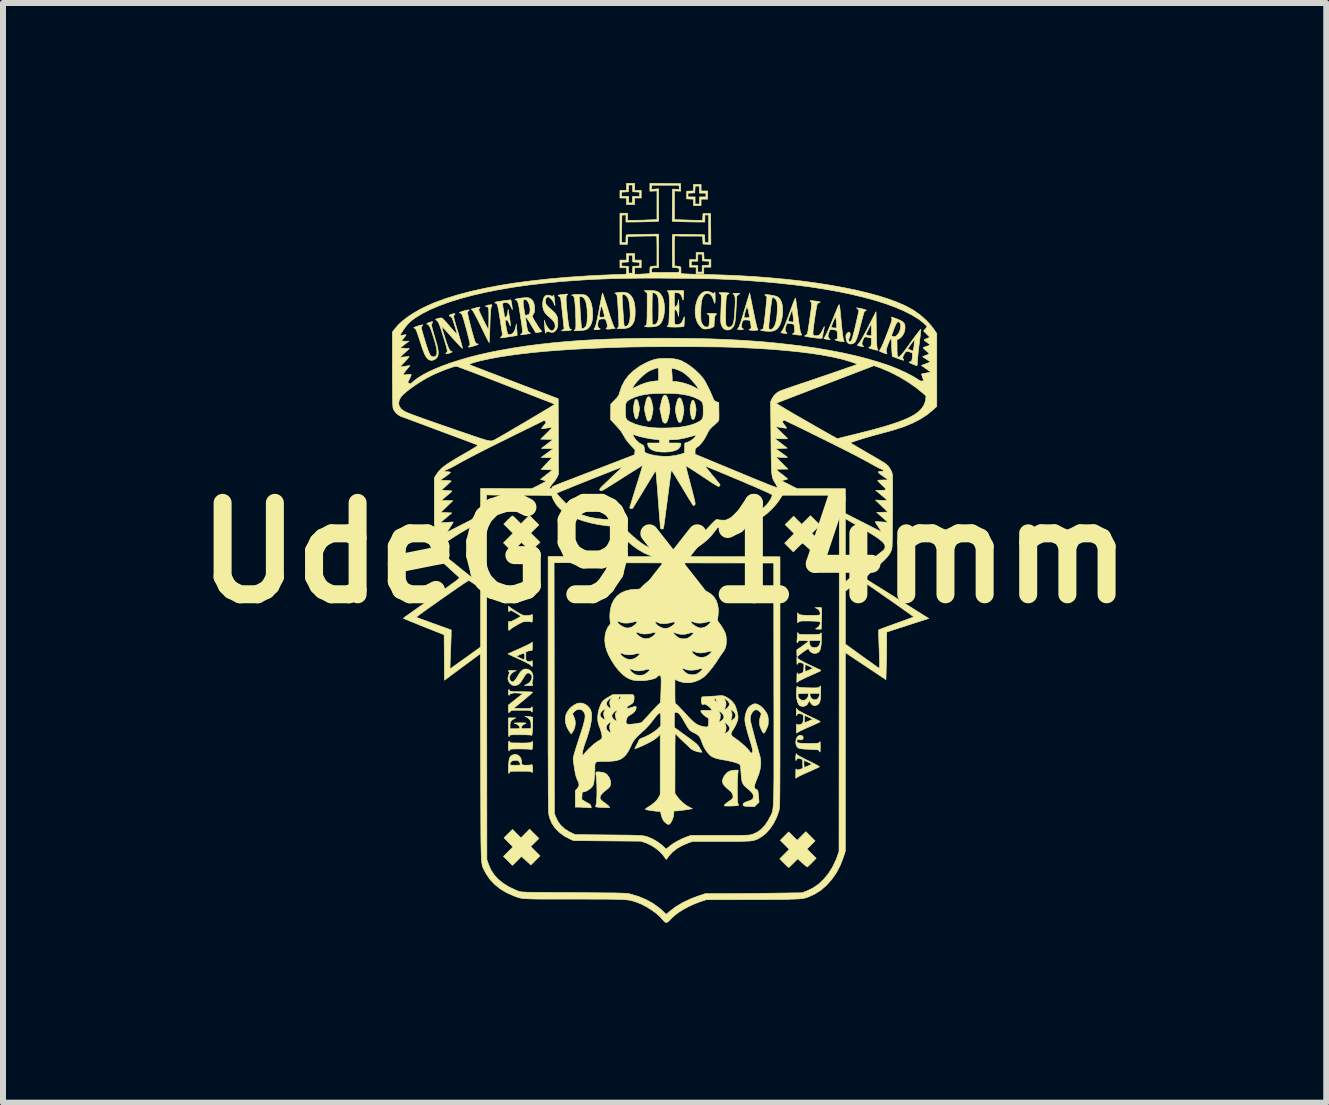
<source format=kicad_pcb>
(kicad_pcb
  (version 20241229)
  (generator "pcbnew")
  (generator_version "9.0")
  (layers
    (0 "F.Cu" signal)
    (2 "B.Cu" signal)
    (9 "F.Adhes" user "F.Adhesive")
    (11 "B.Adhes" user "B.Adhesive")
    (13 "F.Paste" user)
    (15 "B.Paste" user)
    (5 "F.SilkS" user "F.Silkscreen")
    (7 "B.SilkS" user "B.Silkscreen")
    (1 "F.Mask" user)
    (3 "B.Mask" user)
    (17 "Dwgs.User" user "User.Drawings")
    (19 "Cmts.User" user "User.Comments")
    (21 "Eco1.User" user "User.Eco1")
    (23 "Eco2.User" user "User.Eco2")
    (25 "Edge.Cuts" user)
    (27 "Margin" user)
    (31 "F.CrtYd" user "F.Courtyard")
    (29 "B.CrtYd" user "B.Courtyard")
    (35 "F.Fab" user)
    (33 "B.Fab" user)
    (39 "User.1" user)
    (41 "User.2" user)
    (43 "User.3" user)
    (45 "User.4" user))
  (footprint "UdeG9x14mm"
    (layer "F.Cu")
    (at 8.026 6.165)
    (property "Reference" "UdeG9x14mm" (at 0 0 0) (layer "F.SilkS") (effects (font (size 1.524 1.524) (thickness 0.3))))
    (attr through_hole)
    (fp_poly (pts (xy -2.173 4.681) (xy -2.095 4.758) (xy -2.231 4.894) (xy -2.154 4.971) (xy -2.077 5.049) (xy -2.153 5.124) (xy -2.229 5.2) (xy -2.287 5.147) (xy -2.316 5.12) (xy -2.343 5.096) (xy -2.362 5.079) (xy -2.366 5.076) (xy -2.386 5.058) (xy -2.461 5.133) (xy -2.536 5.207) (xy -2.61 5.132) (xy -2.685 5.058) (xy -2.606 4.978) (xy -2.527 4.899) (xy -2.601 4.824) (xy -2.676 4.748) (xy -2.535 4.608) (xy -2.395 4.749) (xy -2.322 4.676) (xy -2.25 4.604) (xy -2.173 4.681)) (stroke (width 0.01) (type solid)) (fill yes) (layer "F.SilkS"))
    (fp_poly (pts (xy 0.487 -2.537) (xy 0.5 -2.509) (xy 0.513 -2.463) (xy 0.513 -2.461) (xy 0.521 -2.42) (xy 0.524 -2.386) (xy 0.521 -2.352) (xy 0.518 -2.331) (xy 0.512 -2.296) (xy 0.505 -2.265) (xy 0.499 -2.246) (xy 0.486 -2.227) (xy 0.47 -2.224) (xy 0.456 -2.237) (xy 0.455 -2.238) (xy 0.447 -2.26) (xy 0.439 -2.292) (xy 0.432 -2.33) (xy 0.426 -2.365) (xy 0.425 -2.39) (xy 0.426 -2.416) (xy 0.431 -2.45) (xy 0.435 -2.469) (xy 0.447 -2.513) (xy 0.459 -2.539) (xy 0.473 -2.547) (xy 0.487 -2.537)) (stroke (width 0.01) (type solid)) (fill yes) (layer "F.SilkS"))
    (fp_poly (pts (xy -0.458 -2.552) (xy -0.45 -2.54) (xy -0.442 -2.518) (xy -0.433 -2.481) (xy -0.424 -2.443) (xy -0.421 -2.415) (xy -0.421 -2.388) (xy -0.426 -2.355) (xy -0.43 -2.333) (xy -0.441 -2.282) (xy -0.453 -2.249) (xy -0.466 -2.232) (xy -0.479 -2.234) (xy -0.489 -2.248) (xy -0.495 -2.264) (xy -0.502 -2.293) (xy -0.51 -2.328) (xy -0.511 -2.334) (xy -0.518 -2.376) (xy -0.519 -2.408) (xy -0.516 -2.441) (xy -0.512 -2.465) (xy -0.504 -2.508) (xy -0.496 -2.535) (xy -0.489 -2.55) (xy -0.48 -2.556) (xy -0.468 -2.556) (xy -0.458 -2.552)) (stroke (width 0.01) (type solid)) (fill yes) (layer "F.SilkS"))
    (fp_poly (pts (xy 0.027 -2.622) (xy 0.043 -2.596) (xy 0.059 -2.553) (xy 0.074 -2.494) (xy 0.077 -2.477) (xy 0.084 -2.439) (xy 0.088 -2.41) (xy 0.087 -2.384) (xy 0.083 -2.352) (xy 0.077 -2.318) (xy 0.063 -2.254) (xy 0.049 -2.207) (xy 0.035 -2.177) (xy 0.019 -2.163) (xy 0.001 -2.163) (xy -0.018 -2.177) (xy -0.031 -2.193) (xy -0.036 -2.202) (xy -0.038 -2.213) (xy -0.043 -2.238) (xy -0.051 -2.273) (xy -0.058 -2.307) (xy -0.08 -2.404) (xy -0.058 -2.501) (xy -0.045 -2.554) (xy -0.032 -2.592) (xy -0.018 -2.616) (xy -0.002 -2.628) (xy 0.011 -2.631) (xy 0.027 -2.622)) (stroke (width 0.01) (type solid)) (fill yes) (layer "F.SilkS"))
    (fp_poly (pts (xy -0.499 -6.042) (xy -0.39 -6.042) (xy -0.39 -5.915) (xy -0.499 -5.915) (xy -0.499 -5.806) (xy -0.635 -5.806) (xy -0.635 -5.915) (xy -0.744 -5.915) (xy -0.744 -6.013) (xy -0.717 -6.013) (xy -0.717 -5.942) (xy -0.599 -5.942) (xy -0.599 -5.833) (xy -0.535 -5.833) (xy -0.535 -5.942) (xy -0.417 -5.942) (xy -0.417 -6.013) (xy -0.474 -6.016) (xy -0.531 -6.019) (xy -0.533 -6.076) (xy -0.536 -6.132) (xy -0.598 -6.132) (xy -0.601 -6.076) (xy -0.603 -6.019) (xy -0.66 -6.016) (xy -0.717 -6.013) (xy -0.744 -6.013) (xy -0.744 -6.042) (xy -0.635 -6.042) (xy -0.635 -6.159) (xy -0.499 -6.159) (xy -0.499 -6.042)) (stroke (width 0.01) (type solid)) (fill yes) (layer "F.SilkS"))
    (fp_poly (pts (xy 0.273 -2.568) (xy 0.289 -2.533) (xy 0.304 -2.481) (xy 0.308 -2.465) (xy 0.317 -2.426) (xy 0.321 -2.397) (xy 0.321 -2.371) (xy 0.318 -2.342) (xy 0.313 -2.316) (xy 0.302 -2.262) (xy 0.291 -2.223) (xy 0.281 -2.197) (xy 0.27 -2.182) (xy 0.263 -2.177) (xy 0.246 -2.175) (xy 0.233 -2.185) (xy 0.223 -2.202) (xy 0.212 -2.232) (xy 0.201 -2.27) (xy 0.191 -2.311) (xy 0.184 -2.349) (xy 0.18 -2.38) (xy 0.18 -2.386) (xy 0.183 -2.418) (xy 0.19 -2.457) (xy 0.199 -2.497) (xy 0.21 -2.534) (xy 0.22 -2.56) (xy 0.223 -2.565) (xy 0.24 -2.583) (xy 0.257 -2.584) (xy 0.273 -2.568)) (stroke (width 0.01) (type solid)) (fill yes) (layer "F.SilkS"))
    (fp_poly (pts (xy 0.608 -6.032) (xy 0.717 -6.032) (xy 0.717 -5.896) (xy 0.608 -5.896) (xy 0.608 -5.788) (xy 0.481 -5.788) (xy 0.481 -5.896) (xy 0.424 -5.898) (xy 0.367 -5.901) (xy 0.367 -5.995) (xy 0.39 -5.995) (xy 0.39 -5.933) (xy 0.508 -5.933) (xy 0.508 -5.815) (xy 0.581 -5.815) (xy 0.581 -5.933) (xy 0.689 -5.933) (xy 0.689 -5.996) (xy 0.581 -5.996) (xy 0.581 -6.114) (xy 0.509 -6.114) (xy 0.506 -6.057) (xy 0.503 -6.001) (xy 0.447 -5.998) (xy 0.39 -5.995) (xy 0.367 -5.995) (xy 0.367 -6.028) (xy 0.424 -6.031) (xy 0.481 -6.033) (xy 0.481 -6.141) (xy 0.608 -6.141) (xy 0.608 -6.032)) (stroke (width 0.01) (type solid)) (fill yes) (layer "F.SilkS"))
    (fp_poly (pts (xy 0.655 -4.951) (xy 0.658 -4.894) (xy 0.714 -4.891) (xy 0.771 -4.889) (xy 0.771 -4.763) (xy 0.653 -4.763) (xy 0.653 -4.654) (xy 0.526 -4.654) (xy 0.526 -4.763) (xy 0.417 -4.763) (xy 0.417 -4.862) (xy 0.445 -4.862) (xy 0.445 -4.79) (xy 0.553 -4.79) (xy 0.553 -4.681) (xy 0.626 -4.681) (xy 0.626 -4.789) (xy 0.683 -4.792) (xy 0.739 -4.794) (xy 0.745 -4.861) (xy 0.688 -4.864) (xy 0.63 -4.867) (xy 0.628 -4.924) (xy 0.625 -4.98) (xy 0.553 -4.98) (xy 0.553 -4.862) (xy 0.445 -4.862) (xy 0.417 -4.862) (xy 0.417 -4.889) (xy 0.526 -4.889) (xy 0.526 -5.007) (xy 0.652 -5.007) (xy 0.655 -4.951)) (stroke (width 0.01) (type solid)) (fill yes) (layer "F.SilkS"))
    (fp_poly (pts (xy -2.175 -0.546) (xy -2.095 -0.467) (xy -2.232 -0.332) (xy -2.076 -0.176) (xy -2.154 -0.105) (xy -2.232 -0.035) (xy -2.309 -0.105) (xy -2.387 -0.175) (xy -2.461 -0.101) (xy -2.491 -0.072) (xy -2.516 -0.048) (xy -2.533 -0.033) (xy -2.54 -0.027) (xy -2.548 -0.033) (xy -2.566 -0.05) (xy -2.591 -0.074) (xy -2.615 -0.097) (xy -2.685 -0.168) (xy -2.606 -0.247) (xy -2.527 -0.327) (xy -2.68 -0.481) (xy -2.613 -0.549) (xy -2.584 -0.577) (xy -2.559 -0.599) (xy -2.542 -0.613) (xy -2.536 -0.617) (xy -2.526 -0.611) (xy -2.507 -0.595) (xy -2.481 -0.571) (xy -2.461 -0.551) (xy -2.395 -0.486) (xy -2.324 -0.556) (xy -2.254 -0.626) (xy -2.175 -0.546)) (stroke (width 0.01) (type solid)) (fill yes) (layer "F.SilkS"))
    (fp_poly (pts (xy -0.255 -2.6) (xy -0.24 -2.586) (xy -0.227 -2.558) (xy -0.214 -2.514) (xy -0.208 -2.489) (xy -0.199 -2.449) (xy -0.194 -2.419) (xy -0.193 -2.395) (xy -0.195 -2.369) (xy -0.201 -2.336) (xy -0.203 -2.324) (xy -0.215 -2.272) (xy -0.225 -2.236) (xy -0.236 -2.213) (xy -0.249 -2.201) (xy -0.261 -2.197) (xy -0.277 -2.199) (xy -0.289 -2.214) (xy -0.294 -2.224) (xy -0.302 -2.247) (xy -0.312 -2.282) (xy -0.321 -2.321) (xy -0.323 -2.328) (xy -0.33 -2.367) (xy -0.334 -2.396) (xy -0.333 -2.422) (xy -0.328 -2.455) (xy -0.324 -2.476) (xy -0.311 -2.531) (xy -0.299 -2.569) (xy -0.286 -2.592) (xy -0.272 -2.601) (xy -0.271 -2.602) (xy -0.255 -2.6)) (stroke (width 0.01) (type solid)) (fill yes) (layer "F.SilkS"))
    (fp_poly (pts (xy 2.431 4.722) (xy 2.508 4.799) (xy 2.373 4.935) (xy 2.526 5.089) (xy 2.454 5.162) (xy 2.425 5.191) (xy 2.4 5.214) (xy 2.383 5.229) (xy 2.376 5.234) (xy 2.368 5.228) (xy 2.349 5.213) (xy 2.322 5.19) (xy 2.295 5.166) (xy 2.219 5.097) (xy 2.146 5.17) (xy 2.116 5.199) (xy 2.092 5.223) (xy 2.075 5.238) (xy 2.068 5.243) (xy 2.06 5.237) (xy 2.042 5.221) (xy 2.017 5.197) (xy 1.991 5.171) (xy 1.919 5.098) (xy 1.998 5.019) (xy 2.077 4.939) (xy 1.928 4.79) (xy 1.998 4.719) (xy 2.068 4.649) (xy 2.138 4.719) (xy 2.209 4.79) (xy 2.282 4.717) (xy 2.354 4.645) (xy 2.431 4.722)) (stroke (width 0.01) (type solid)) (fill yes) (layer "F.SilkS"))
    (fp_poly (pts (xy 2.51 -0.542) (xy 2.59 -0.463) (xy 2.522 -0.395) (xy 2.454 -0.327) (xy 2.531 -0.249) (xy 2.608 -0.172) (xy 2.535 -0.1) (xy 2.506 -0.071) (xy 2.482 -0.047) (xy 2.465 -0.032) (xy 2.458 -0.027) (xy 2.45 -0.033) (xy 2.432 -0.049) (xy 2.406 -0.072) (xy 2.38 -0.095) (xy 2.349 -0.123) (xy 2.324 -0.145) (xy 2.305 -0.159) (xy 2.298 -0.163) (xy 2.289 -0.157) (xy 2.27 -0.141) (xy 2.245 -0.117) (xy 2.218 -0.091) (xy 2.145 -0.018) (xy 2.001 -0.163) (xy 2.08 -0.243) (xy 2.159 -0.322) (xy 2.009 -0.472) (xy 2.15 -0.612) (xy 2.218 -0.544) (xy 2.286 -0.477) (xy 2.359 -0.549) (xy 2.431 -0.621) (xy 2.51 -0.542)) (stroke (width 0.01) (type solid)) (fill yes) (layer "F.SilkS"))
    (fp_poly (pts (xy -1.615 -4.309) (xy -1.62 -4.301) (xy -1.628 -4.297) (xy -1.635 -4.288) (xy -1.64 -4.268) (xy -1.641 -4.235) (xy -1.64 -4.188) (xy -1.636 -4.127) (xy -1.629 -4.049) (xy -1.62 -3.963) (xy -1.612 -3.89) (xy -1.604 -3.834) (xy -1.598 -3.792) (xy -1.591 -3.762) (xy -1.584 -3.743) (xy -1.576 -3.732) (xy -1.567 -3.729) (xy -1.565 -3.728) (xy -1.553 -3.724) (xy -1.551 -3.721) (xy -1.56 -3.715) (xy -1.582 -3.709) (xy -1.613 -3.705) (xy -1.65 -3.702) (xy -1.677 -3.701) (xy -1.719 -3.702) (xy -1.675 -3.735) (xy -1.701 -3.979) (xy -1.708 -4.044) (xy -1.714 -4.105) (xy -1.721 -4.158) (xy -1.726 -4.201) (xy -1.73 -4.231) (xy -1.732 -4.245) (xy -1.744 -4.266) (xy -1.758 -4.277) (xy -1.774 -4.287) (xy -1.775 -4.294) (xy -1.758 -4.299) (xy -1.726 -4.304) (xy -1.691 -4.308) (xy -1.659 -4.312) (xy -1.644 -4.314) (xy -1.624 -4.314) (xy -1.615 -4.309)) (stroke (width 0.01) (type solid)) (fill yes) (layer "F.SilkS"))
    (fp_poly (pts (xy -2.583 3.146) (xy -2.583 3.147) (xy -2.58 3.155) (xy -2.573 3.16) (xy -2.56 3.164) (xy -2.538 3.166) (xy -2.503 3.167) (xy -2.461 3.167) (xy -2.388 3.168) (xy -2.331 3.168) (xy -2.288 3.166) (xy -2.257 3.164) (xy -2.236 3.16) (xy -2.222 3.155) (xy -2.216 3.15) (xy -2.205 3.14) (xy -2.199 3.145) (xy -2.197 3.165) (xy -2.198 3.202) (xy -2.199 3.215) (xy -2.203 3.25) (xy -2.207 3.269) (xy -2.212 3.277) (xy -2.219 3.277) (xy -2.223 3.275) (xy -2.237 3.272) (xy -2.265 3.27) (xy -2.304 3.268) (xy -2.35 3.267) (xy -2.4 3.266) (xy -2.449 3.266) (xy -2.495 3.267) (xy -2.533 3.268) (xy -2.56 3.27) (xy -2.573 3.273) (xy -2.585 3.287) (xy -2.586 3.291) (xy -2.593 3.298) (xy -2.597 3.297) (xy -2.6 3.284) (xy -2.603 3.259) (xy -2.603 3.227) (xy -2.603 3.194) (xy -2.6 3.164) (xy -2.597 3.144) (xy -2.596 3.14) (xy -2.589 3.135) (xy -2.583 3.146)) (stroke (width 0.01) (type solid)) (fill yes) (layer "F.SilkS"))
    (fp_poly (pts (xy 1.219 3.703) (xy 1.216 3.748) (xy 1.213 3.801) (xy 1.212 3.861) (xy 1.212 3.923) (xy 1.212 3.986) (xy 1.213 4.044) (xy 1.214 4.096) (xy 1.217 4.138) (xy 1.22 4.166) (xy 1.222 4.174) (xy 1.232 4.207) (xy 1.199 4.213) (xy 1.175 4.215) (xy 1.139 4.217) (xy 1.097 4.218) (xy 1.077 4.218) (xy 1.036 4.218) (xy 1.011 4.217) (xy 0.998 4.215) (xy 0.994 4.21) (xy 0.997 4.203) (xy 0.998 4.2) (xy 1.01 4.187) (xy 1.033 4.167) (xy 1.063 4.146) (xy 1.073 4.138) (xy 1.106 4.116) (xy 1.126 4.099) (xy 1.137 4.085) (xy 1.141 4.069) (xy 1.141 4.067) (xy 1.136 4.027) (xy 1.115 3.989) (xy 1.083 3.958) (xy 1.03 3.914) (xy 0.993 3.876) (xy 0.971 3.84) (xy 0.964 3.804) (xy 0.971 3.766) (xy 0.991 3.724) (xy 1.01 3.696) (xy 1.046 3.658) (xy 1.092 3.633) (xy 1.151 3.622) (xy 1.178 3.62) (xy 1.226 3.62) (xy 1.219 3.703)) (stroke (width 0.01) (type solid)) (fill yes) (layer "F.SilkS"))
    (fp_poly (pts (xy -1.078 3.651) (xy -1.045 3.656) (xy -1.007 3.665) (xy -0.981 3.677) (xy -0.961 3.693) (xy -0.959 3.695) (xy -0.925 3.741) (xy -0.904 3.79) (xy -0.898 3.838) (xy -0.907 3.882) (xy -0.911 3.891) (xy -0.924 3.908) (xy -0.948 3.931) (xy -0.978 3.955) (xy -0.987 3.961) (xy -1.034 4.001) (xy -1.063 4.038) (xy -1.076 4.072) (xy -1.073 4.097) (xy -1.061 4.114) (xy -1.037 4.136) (xy -1.005 4.161) (xy -1.003 4.162) (xy -0.972 4.184) (xy -0.946 4.206) (xy -0.93 4.222) (xy -0.927 4.225) (xy -0.914 4.245) (xy -0.967 4.244) (xy -1.005 4.242) (xy -1.051 4.24) (xy -1.087 4.239) (xy -1.122 4.236) (xy -1.142 4.233) (xy -1.149 4.228) (xy -1.149 4.223) (xy -1.141 4.191) (xy -1.135 4.145) (xy -1.13 4.087) (xy -1.128 4.021) (xy -1.128 3.949) (xy -1.129 3.875) (xy -1.133 3.803) (xy -1.139 3.735) (xy -1.142 3.708) (xy -1.145 3.678) (xy -1.145 3.662) (xy -1.139 3.654) (xy -1.128 3.65) (xy -1.108 3.649) (xy -1.078 3.651)) (stroke (width 0.01) (type solid)) (fill yes) (layer "F.SilkS"))
    (fp_poly (pts (xy -3.257 -4.049) (xy -3.256 -4.044) (xy -3.268 -4.036) (xy -3.28 -4.02) (xy -3.284 -4.004) (xy -3.281 -3.984) (xy -3.275 -3.951) (xy -3.265 -3.906) (xy -3.252 -3.853) (xy -3.237 -3.795) (xy -3.222 -3.735) (xy -3.206 -3.676) (xy -3.19 -3.621) (xy -3.176 -3.573) (xy -3.164 -3.535) (xy -3.155 -3.511) (xy -3.151 -3.504) (xy -3.135 -3.488) (xy -3.119 -3.483) (xy -3.105 -3.481) (xy -3.107 -3.476) (xy -3.125 -3.467) (xy -3.155 -3.456) (xy -3.184 -3.448) (xy -3.227 -3.436) (xy -3.254 -3.43) (xy -3.268 -3.43) (xy -3.269 -3.435) (xy -3.26 -3.446) (xy -3.258 -3.448) (xy -3.251 -3.454) (xy -3.246 -3.461) (xy -3.243 -3.47) (xy -3.244 -3.483) (xy -3.247 -3.504) (xy -3.254 -3.536) (xy -3.265 -3.58) (xy -3.276 -3.624) (xy -3.296 -3.703) (xy -3.316 -3.776) (xy -3.334 -3.841) (xy -3.35 -3.897) (xy -3.364 -3.94) (xy -3.375 -3.969) (xy -3.38 -3.98) (xy -3.395 -3.995) (xy -3.408 -4) (xy -3.419 -4.003) (xy -3.415 -4.009) (xy -3.396 -4.017) (xy -3.364 -4.028) (xy -3.335 -4.037) (xy -3.298 -4.046) (xy -3.271 -4.05) (xy -3.257 -4.049)) (stroke (width 0.01) (type solid)) (fill yes) (layer "F.SilkS"))
    (fp_poly (pts (xy 2.286 3.042) (xy 2.304 3.057) (xy 2.304 3.057) (xy 2.311 3.084) (xy 2.303 3.104) (xy 2.284 3.115) (xy 2.258 3.114) (xy 2.246 3.11) (xy 2.223 3.106) (xy 2.209 3.117) (xy 2.204 3.141) (xy 2.207 3.152) (xy 2.216 3.161) (xy 2.233 3.167) (xy 2.261 3.171) (xy 2.301 3.174) (xy 2.357 3.175) (xy 2.403 3.175) (xy 2.461 3.175) (xy 2.504 3.174) (xy 2.534 3.173) (xy 2.554 3.171) (xy 2.566 3.168) (xy 2.574 3.163) (xy 2.58 3.156) (xy 2.58 3.155) (xy 2.587 3.147) (xy 2.591 3.147) (xy 2.593 3.157) (xy 2.594 3.18) (xy 2.594 3.218) (xy 2.594 3.227) (xy 2.594 3.274) (xy 2.593 3.303) (xy 2.59 3.317) (xy 2.587 3.317) (xy 2.581 3.303) (xy 2.581 3.302) (xy 2.577 3.294) (xy 2.568 3.287) (xy 2.553 3.282) (xy 2.529 3.279) (xy 2.493 3.276) (xy 2.444 3.274) (xy 2.39 3.272) (xy 2.33 3.269) (xy 2.286 3.265) (xy 2.253 3.259) (xy 2.23 3.251) (xy 2.214 3.238) (xy 2.202 3.221) (xy 2.201 3.22) (xy 2.189 3.186) (xy 2.186 3.147) (xy 2.193 3.107) (xy 2.207 3.073) (xy 2.228 3.05) (xy 2.231 3.048) (xy 2.26 3.039) (xy 2.286 3.042)) (stroke (width 0.01) (type solid)) (fill yes) (layer "F.SilkS"))
    (fp_poly (pts (xy 3.239 -4.079) (xy 3.27 -4.074) (xy 3.302 -4.066) (xy 3.33 -4.058) (xy 3.352 -4.05) (xy 3.363 -4.043) (xy 3.36 -4.039) (xy 3.359 -4.039) (xy 3.339 -4.031) (xy 3.33 -4.024) (xy 3.325 -4.012) (xy 3.316 -3.985) (xy 3.305 -3.945) (xy 3.291 -3.896) (xy 3.277 -3.839) (xy 3.266 -3.799) (xy 3.245 -3.717) (xy 3.228 -3.651) (xy 3.212 -3.6) (xy 3.198 -3.561) (xy 3.185 -3.533) (xy 3.173 -3.513) (xy 3.163 -3.503) (xy 3.137 -3.489) (xy 3.107 -3.482) (xy 3.081 -3.483) (xy 3.08 -3.484) (xy 3.05 -3.503) (xy 3.032 -3.534) (xy 3.023 -3.581) (xy 3.023 -3.582) (xy 3.021 -3.614) (xy 3.025 -3.635) (xy 3.034 -3.652) (xy 3.041 -3.66) (xy 3.063 -3.678) (xy 3.08 -3.68) (xy 3.091 -3.665) (xy 3.093 -3.645) (xy 3.089 -3.614) (xy 3.08 -3.589) (xy 3.068 -3.558) (xy 3.069 -3.535) (xy 3.08 -3.523) (xy 3.09 -3.521) (xy 3.099 -3.523) (xy 3.107 -3.531) (xy 3.116 -3.548) (xy 3.126 -3.573) (xy 3.136 -3.608) (xy 3.149 -3.656) (xy 3.165 -3.718) (xy 3.183 -3.794) (xy 3.197 -3.856) (xy 3.21 -3.911) (xy 3.221 -3.959) (xy 3.23 -3.998) (xy 3.236 -4.026) (xy 3.238 -4.039) (xy 3.239 -4.04) (xy 3.233 -4.049) (xy 3.218 -4.064) (xy 3.218 -4.065) (xy 3.198 -4.085) (xy 3.239 -4.079)) (stroke (width 0.01) (type solid)) (fill yes) (layer "F.SilkS"))
    (fp_poly (pts (xy 2.607 0.911) (xy 2.614 0.914) (xy 2.616 0.926) (xy 2.618 0.952) (xy 2.618 0.992) (xy 2.618 1.042) (xy 2.616 1.096) (xy 2.61 1.27) (xy 2.561 1.27) (xy 2.532 1.269) (xy 2.518 1.264) (xy 2.517 1.261) (xy 2.531 1.252) (xy 2.535 1.252) (xy 2.551 1.244) (xy 2.569 1.226) (xy 2.585 1.201) (xy 2.594 1.178) (xy 2.594 1.171) (xy 2.593 1.157) (xy 2.587 1.149) (xy 2.572 1.144) (xy 2.543 1.14) (xy 2.539 1.14) (xy 2.507 1.137) (xy 2.464 1.136) (xy 2.414 1.134) (xy 2.366 1.134) (xy 2.318 1.134) (xy 2.283 1.135) (xy 2.261 1.138) (xy 2.246 1.142) (xy 2.236 1.148) (xy 2.232 1.152) (xy 2.223 1.16) (xy 2.218 1.161) (xy 2.215 1.154) (xy 2.214 1.135) (xy 2.214 1.102) (xy 2.214 1.077) (xy 2.214 1.036) (xy 2.215 1.011) (xy 2.217 0.999) (xy 2.221 0.999) (xy 2.225 1.007) (xy 2.233 1.019) (xy 2.245 1.027) (xy 2.266 1.032) (xy 2.301 1.036) (xy 2.304 1.037) (xy 2.342 1.039) (xy 2.391 1.041) (xy 2.444 1.041) (xy 2.481 1.041) (xy 2.527 1.04) (xy 2.558 1.038) (xy 2.577 1.036) (xy 2.587 1.032) (xy 2.591 1.025) (xy 2.593 1.017) (xy 2.589 0.982) (xy 2.571 0.95) (xy 2.541 0.928) (xy 2.508 0.912) (xy 2.557 0.909) (xy 2.586 0.909) (xy 2.607 0.911)) (stroke (width 0.01) (type solid)) (fill yes) (layer "F.SilkS"))
    (fp_poly (pts (xy 2.207 3.36) (xy 2.208 3.362) (xy 2.217 3.369) (xy 2.241 3.384) (xy 2.276 3.403) (xy 2.32 3.426) (xy 2.371 3.452) (xy 2.401 3.466) (xy 2.457 3.494) (xy 2.504 3.518) (xy 2.542 3.539) (xy 2.568 3.554) (xy 2.58 3.563) (xy 2.58 3.565) (xy 2.569 3.571) (xy 2.545 3.582) (xy 2.509 3.599) (xy 2.464 3.619) (xy 2.414 3.642) (xy 2.404 3.646) (xy 2.351 3.669) (xy 2.302 3.692) (xy 2.261 3.711) (xy 2.23 3.727) (xy 2.212 3.737) (xy 2.211 3.738) (xy 2.186 3.756) (xy 2.186 3.672) (xy 2.187 3.634) (xy 2.188 3.611) (xy 2.19 3.601) (xy 2.195 3.601) (xy 2.198 3.605) (xy 2.206 3.615) (xy 2.216 3.617) (xy 2.233 3.614) (xy 2.258 3.606) (xy 2.305 3.591) (xy 2.302 3.515) (xy 2.322 3.515) (xy 2.323 3.545) (xy 2.326 3.566) (xy 2.329 3.574) (xy 2.34 3.571) (xy 2.363 3.562) (xy 2.393 3.55) (xy 2.421 3.537) (xy 2.441 3.526) (xy 2.449 3.52) (xy 2.449 3.52) (xy 2.441 3.512) (xy 2.419 3.499) (xy 2.384 3.483) (xy 2.352 3.469) (xy 2.322 3.456) (xy 2.322 3.515) (xy 2.302 3.515) (xy 2.3 3.443) (xy 2.26 3.429) (xy 2.236 3.421) (xy 2.222 3.421) (xy 2.212 3.429) (xy 2.204 3.438) (xy 2.187 3.461) (xy 2.186 3.404) (xy 2.188 3.371) (xy 2.192 3.351) (xy 2.199 3.347) (xy 2.207 3.36)) (stroke (width 0.01) (type solid)) (fill yes) (layer "F.SilkS"))
    (fp_poly (pts (xy 2.47 -4.203) (xy 2.511 -4.198) (xy 2.556 -4.191) (xy 2.583 -4.185) (xy 2.594 -4.179) (xy 2.588 -4.174) (xy 2.574 -4.171) (xy 2.555 -4.161) (xy 2.543 -4.145) (xy 2.539 -4.131) (xy 2.533 -4.1) (xy 2.525 -4.057) (xy 2.516 -4.004) (xy 2.507 -3.944) (xy 2.498 -3.885) (xy 2.488 -3.809) (xy 2.48 -3.749) (xy 2.475 -3.703) (xy 2.473 -3.67) (xy 2.474 -3.647) (xy 2.479 -3.632) (xy 2.488 -3.624) (xy 2.5 -3.62) (xy 2.516 -3.62) (xy 2.525 -3.619) (xy 2.556 -3.622) (xy 2.579 -3.633) (xy 2.599 -3.653) (xy 2.619 -3.687) (xy 2.63 -3.71) (xy 2.644 -3.74) (xy 2.656 -3.762) (xy 2.662 -3.772) (xy 2.662 -3.772) (xy 2.662 -3.763) (xy 2.658 -3.739) (xy 2.651 -3.705) (xy 2.645 -3.674) (xy 2.625 -3.579) (xy 2.589 -3.577) (xy 2.566 -3.578) (xy 2.53 -3.582) (xy 2.486 -3.587) (xy 2.446 -3.592) (xy 2.404 -3.599) (xy 2.369 -3.605) (xy 2.344 -3.611) (xy 2.334 -3.614) (xy 2.337 -3.62) (xy 2.352 -3.628) (xy 2.371 -3.64) (xy 2.38 -3.653) (xy 2.384 -3.668) (xy 2.389 -3.698) (xy 2.395 -3.739) (xy 2.403 -3.79) (xy 2.412 -3.846) (xy 2.42 -3.905) (xy 2.428 -3.963) (xy 2.436 -4.017) (xy 2.443 -4.066) (xy 2.447 -4.104) (xy 2.45 -4.13) (xy 2.451 -4.135) (xy 2.45 -4.164) (xy 2.442 -4.182) (xy 2.436 -4.187) (xy 2.425 -4.198) (xy 2.426 -4.204) (xy 2.44 -4.205) (xy 2.47 -4.203)) (stroke (width 0.01) (type solid)) (fill yes) (layer "F.SilkS"))
    (fp_poly (pts (xy -2.273 1.941) (xy -2.235 1.962) (xy -2.208 1.996) (xy -2.194 2.04) (xy -2.193 2.092) (xy -2.2 2.124) (xy -2.207 2.158) (xy -2.208 2.179) (xy -2.203 2.192) (xy -2.203 2.192) (xy -2.197 2.203) (xy -2.2 2.209) (xy -2.215 2.212) (xy -2.245 2.212) (xy -2.269 2.212) (xy -2.336 2.209) (xy -2.29 2.186) (xy -2.258 2.166) (xy -2.236 2.142) (xy -2.224 2.121) (xy -2.21 2.081) (xy -2.212 2.049) (xy -2.23 2.021) (xy -2.242 2.012) (xy -2.264 2) (xy -2.285 2.002) (xy -2.308 2.018) (xy -2.332 2.05) (xy -2.353 2.084) (xy -2.375 2.119) (xy -2.397 2.152) (xy -2.416 2.175) (xy -2.421 2.18) (xy -2.457 2.203) (xy -2.499 2.211) (xy -2.541 2.202) (xy -2.548 2.198) (xy -2.578 2.173) (xy -2.595 2.146) (xy -2.607 2.118) (xy -2.611 2.096) (xy -2.609 2.073) (xy -2.6 2.04) (xy -2.597 2.032) (xy -2.589 2.004) (xy -2.586 1.989) (xy -2.59 1.979) (xy -2.599 1.972) (xy -2.605 1.966) (xy -2.602 1.962) (xy -2.587 1.96) (xy -2.558 1.96) (xy -2.544 1.96) (xy -2.472 1.96) (xy -2.512 1.98) (xy -2.546 2.003) (xy -2.571 2.034) (xy -2.584 2.068) (xy -2.584 2.1) (xy -2.57 2.129) (xy -2.567 2.132) (xy -2.548 2.146) (xy -2.53 2.149) (xy -2.511 2.14) (xy -2.489 2.116) (xy -2.463 2.078) (xy -2.44 2.041) (xy -2.407 1.99) (xy -2.375 1.956) (xy -2.342 1.938) (xy -2.307 1.934) (xy -2.273 1.941)) (stroke (width 0.01) (type solid)) (fill yes) (layer "F.SilkS"))
    (fp_poly (pts (xy 2.222 2.618) (xy 2.239 2.631) (xy 2.271 2.65) (xy 2.315 2.673) (xy 2.369 2.7) (xy 2.421 2.725) (xy 2.473 2.749) (xy 2.518 2.771) (xy 2.555 2.789) (xy 2.581 2.803) (xy 2.594 2.811) (xy 2.594 2.812) (xy 2.587 2.817) (xy 2.565 2.829) (xy 2.531 2.844) (xy 2.49 2.863) (xy 2.452 2.88) (xy 2.375 2.913) (xy 2.314 2.941) (xy 2.268 2.963) (xy 2.235 2.98) (xy 2.213 2.993) (xy 2.203 3.002) (xy 2.201 3.005) (xy 2.199 3.001) (xy 2.198 2.983) (xy 2.197 2.953) (xy 2.197 2.926) (xy 2.198 2.89) (xy 2.199 2.863) (xy 2.2 2.85) (xy 2.202 2.851) (xy 2.213 2.864) (xy 2.238 2.865) (xy 2.273 2.856) (xy 2.291 2.846) (xy 2.303 2.829) (xy 2.31 2.802) (xy 2.312 2.771) (xy 2.331 2.771) (xy 2.331 2.83) (xy 2.374 2.813) (xy 2.406 2.8) (xy 2.434 2.788) (xy 2.443 2.784) (xy 2.469 2.772) (xy 2.411 2.743) (xy 2.381 2.728) (xy 2.357 2.717) (xy 2.343 2.713) (xy 2.343 2.713) (xy 2.336 2.719) (xy 2.332 2.741) (xy 2.331 2.771) (xy 2.312 2.771) (xy 2.313 2.762) (xy 2.313 2.738) (xy 2.312 2.712) (xy 2.307 2.698) (xy 2.294 2.689) (xy 2.285 2.686) (xy 2.249 2.677) (xy 2.224 2.679) (xy 2.209 2.693) (xy 2.206 2.701) (xy 2.201 2.711) (xy 2.198 2.709) (xy 2.197 2.692) (xy 2.196 2.66) (xy 2.196 2.658) (xy 2.195 2.591) (xy 2.222 2.618)) (stroke (width 0.01) (type solid)) (fill yes) (layer "F.SilkS"))
    (fp_poly (pts (xy -2.876 -4.134) (xy -2.876 -4.133) (xy -2.879 -4.123) (xy -2.887 -4.104) (xy -2.889 -4.099) (xy -2.893 -4.083) (xy -2.897 -4.056) (xy -2.9 -4.017) (xy -2.904 -3.964) (xy -2.907 -3.896) (xy -2.91 -3.812) (xy -2.911 -3.788) (xy -2.913 -3.719) (xy -2.916 -3.655) (xy -2.918 -3.6) (xy -2.92 -3.556) (xy -2.922 -3.524) (xy -2.923 -3.507) (xy -2.924 -3.505) (xy -2.928 -3.512) (xy -2.94 -3.533) (xy -2.957 -3.567) (xy -2.98 -3.612) (xy -3.006 -3.665) (xy -3.036 -3.725) (xy -3.053 -3.761) (xy -3.085 -3.826) (xy -3.115 -3.886) (xy -3.142 -3.939) (xy -3.166 -3.983) (xy -3.185 -4.017) (xy -3.197 -4.037) (xy -3.201 -4.042) (xy -3.222 -4.063) (xy -3.173 -4.076) (xy -3.127 -4.089) (xy -3.097 -4.095) (xy -3.08 -4.097) (xy -3.076 -4.092) (xy -3.081 -4.082) (xy -3.09 -4.072) (xy -3.095 -4.065) (xy -3.096 -4.057) (xy -3.095 -4.045) (xy -3.088 -4.026) (xy -3.076 -3.999) (xy -3.059 -3.961) (xy -3.034 -3.91) (xy -3.022 -3.886) (xy -2.997 -3.836) (xy -2.975 -3.792) (xy -2.956 -3.756) (xy -2.943 -3.732) (xy -2.936 -3.721) (xy -2.935 -3.72) (xy -2.933 -3.731) (xy -2.932 -3.756) (xy -2.93 -3.793) (xy -2.93 -3.837) (xy -2.929 -3.886) (xy -2.929 -3.936) (xy -2.929 -3.983) (xy -2.93 -4.025) (xy -2.931 -4.057) (xy -2.933 -4.077) (xy -2.934 -4.08) (xy -2.947 -4.098) (xy -2.965 -4.106) (xy -2.989 -4.112) (xy -2.957 -4.124) (xy -2.933 -4.131) (xy -2.907 -4.135) (xy -2.886 -4.136) (xy -2.876 -4.134)) (stroke (width 0.01) (type solid)) (fill yes) (layer "F.SilkS"))
    (fp_poly (pts (xy -2.204 1.559) (xy -2.205 1.594) (xy -2.206 1.615) (xy -2.21 1.625) (xy -2.217 1.628) (xy -2.225 1.627) (xy -2.246 1.627) (xy -2.273 1.635) (xy -2.279 1.637) (xy -2.313 1.651) (xy -2.313 1.722) (xy -2.313 1.758) (xy -2.311 1.78) (xy -2.306 1.793) (xy -2.297 1.8) (xy -2.29 1.804) (xy -2.258 1.813) (xy -2.231 1.811) (xy -2.214 1.798) (xy -2.209 1.794) (xy -2.206 1.803) (xy -2.205 1.828) (xy -2.205 1.839) (xy -2.205 1.868) (xy -2.206 1.888) (xy -2.207 1.895) (xy -2.214 1.888) (xy -2.228 1.873) (xy -2.232 1.869) (xy -2.248 1.857) (xy -2.279 1.84) (xy -2.322 1.817) (xy -2.376 1.791) (xy -2.433 1.765) (xy -2.486 1.741) (xy -2.526 1.722) (xy -2.472 1.722) (xy -2.413 1.75) (xy -2.379 1.765) (xy -2.359 1.774) (xy -2.347 1.776) (xy -2.341 1.773) (xy -2.337 1.764) (xy -2.337 1.764) (xy -2.332 1.741) (xy -2.331 1.714) (xy -2.335 1.69) (xy -2.341 1.675) (xy -2.343 1.673) (xy -2.357 1.674) (xy -2.381 1.682) (xy -2.412 1.695) (xy -2.413 1.695) (xy -2.472 1.722) (xy -2.526 1.722) (xy -2.532 1.72) (xy -2.569 1.702) (xy -2.596 1.69) (xy -2.609 1.683) (xy -2.61 1.682) (xy -2.602 1.678) (xy -2.579 1.668) (xy -2.544 1.652) (xy -2.501 1.633) (xy -2.45 1.61) (xy -2.431 1.602) (xy -2.377 1.577) (xy -2.327 1.554) (xy -2.284 1.534) (xy -2.252 1.518) (xy -2.232 1.507) (xy -2.229 1.505) (xy -2.204 1.487) (xy -2.204 1.559)) (stroke (width 0.01) (type solid)) (fill yes) (layer "F.SilkS"))
    (fp_poly (pts (xy -0.253 -4.372) (xy -0.196 -4.371) (xy -0.153 -4.366) (xy -0.12 -4.357) (xy -0.094 -4.341) (xy -0.07 -4.319) (xy -0.069 -4.318) (xy -0.041 -4.275) (xy -0.02 -4.22) (xy -0.007 -4.155) (xy -0.001 -4.085) (xy -0.004 -4.015) (xy -0.014 -3.947) (xy -0.033 -3.885) (xy -0.05 -3.849) (xy -0.074 -3.816) (xy -0.103 -3.792) (xy -0.14 -3.777) (xy -0.189 -3.769) (xy -0.227 -3.767) (xy -0.268 -3.766) (xy -0.301 -3.768) (xy -0.322 -3.771) (xy -0.327 -3.773) (xy -0.335 -3.781) (xy -0.327 -3.783) (xy -0.324 -3.783) (xy -0.309 -3.79) (xy -0.299 -3.806) (xy -0.297 -3.821) (xy -0.295 -3.852) (xy -0.293 -3.896) (xy -0.291 -3.951) (xy -0.291 -4.014) (xy -0.29 -4.046) (xy -0.209 -4.046) (xy -0.208 -3.988) (xy -0.208 -3.934) (xy -0.207 -3.886) (xy -0.206 -3.849) (xy -0.205 -3.824) (xy -0.203 -3.815) (xy -0.19 -3.803) (xy -0.169 -3.804) (xy -0.148 -3.815) (xy -0.13 -3.832) (xy -0.116 -3.856) (xy -0.106 -3.889) (xy -0.1 -3.933) (xy -0.097 -3.991) (xy -0.096 -4.065) (xy -0.096 -4.069) (xy -0.097 -4.143) (xy -0.101 -4.201) (xy -0.107 -4.246) (xy -0.117 -4.279) (xy -0.13 -4.303) (xy -0.148 -4.32) (xy -0.163 -4.329) (xy -0.184 -4.338) (xy -0.199 -4.34) (xy -0.201 -4.34) (xy -0.203 -4.33) (xy -0.205 -4.305) (xy -0.206 -4.267) (xy -0.207 -4.219) (xy -0.208 -4.165) (xy -0.208 -4.106) (xy -0.209 -4.046) (xy -0.29 -4.046) (xy -0.29 -4.079) (xy -0.29 -4.328) (xy -0.314 -4.35) (xy -0.338 -4.372) (xy -0.253 -4.372)) (stroke (width 0.01) (type solid)) (fill yes) (layer "F.SilkS"))
    (fp_poly (pts (xy -2.591 0.895) (xy -2.575 0.908) (xy -2.573 0.909) (xy -2.557 0.922) (xy -2.529 0.941) (xy -2.493 0.964) (xy -2.457 0.987) (xy -2.417 1.01) (xy -2.388 1.026) (xy -2.365 1.036) (xy -2.345 1.041) (xy -2.323 1.043) (xy -2.298 1.043) (xy -2.256 1.041) (xy -2.229 1.036) (xy -2.22 1.03) (xy -2.211 1.024) (xy -2.206 1.029) (xy -2.203 1.049) (xy -2.203 1.055) (xy -2.202 1.086) (xy -2.203 1.116) (xy -2.206 1.14) (xy -2.211 1.154) (xy -2.216 1.154) (xy -2.216 1.154) (xy -2.23 1.147) (xy -2.261 1.144) (xy -2.29 1.143) (xy -2.318 1.143) (xy -2.341 1.146) (xy -2.362 1.151) (xy -2.387 1.161) (xy -2.419 1.178) (xy -2.455 1.198) (xy -2.495 1.221) (xy -2.531 1.243) (xy -2.558 1.262) (xy -2.573 1.274) (xy -2.588 1.288) (xy -2.598 1.291) (xy -2.598 1.291) (xy -2.601 1.279) (xy -2.603 1.254) (xy -2.603 1.223) (xy -2.603 1.191) (xy -2.601 1.163) (xy -2.598 1.144) (xy -2.595 1.139) (xy -2.585 1.141) (xy -2.583 1.145) (xy -2.574 1.147) (xy -2.553 1.141) (xy -2.518 1.124) (xy -2.489 1.11) (xy -2.453 1.09) (xy -2.423 1.073) (xy -2.404 1.061) (xy -2.397 1.055) (xy -2.404 1.048) (xy -2.422 1.035) (xy -2.449 1.018) (xy -2.48 0.999) (xy -2.511 0.981) (xy -2.539 0.966) (xy -2.56 0.957) (xy -2.56 0.957) (xy -2.576 0.957) (xy -2.582 0.965) (xy -2.59 0.979) (xy -2.597 0.976) (xy -2.602 0.959) (xy -2.603 0.934) (xy -2.603 0.908) (xy -2.601 0.892) (xy -2.599 0.889) (xy -2.591 0.895)) (stroke (width 0.01) (type solid)) (fill yes) (layer "F.SilkS"))
    (fp_poly (pts (xy -2.461 3.362) (xy -2.428 3.38) (xy -2.402 3.41) (xy -2.388 3.449) (xy -2.386 3.471) (xy -2.385 3.502) (xy -2.379 3.522) (xy -2.366 3.532) (xy -2.342 3.537) (xy -2.304 3.538) (xy -2.3 3.538) (xy -2.265 3.537) (xy -2.236 3.534) (xy -2.218 3.53) (xy -2.216 3.528) (xy -2.21 3.528) (xy -2.205 3.544) (xy -2.201 3.572) (xy -2.199 3.603) (xy -2.2 3.63) (xy -2.203 3.651) (xy -2.208 3.661) (xy -2.214 3.657) (xy -2.216 3.653) (xy -2.22 3.647) (xy -2.228 3.644) (xy -2.243 3.641) (xy -2.268 3.639) (xy -2.304 3.638) (xy -2.354 3.638) (xy -2.4 3.638) (xy -2.461 3.638) (xy -2.506 3.638) (xy -2.538 3.639) (xy -2.56 3.641) (xy -2.572 3.644) (xy -2.579 3.648) (xy -2.582 3.654) (xy -2.583 3.656) (xy -2.59 3.671) (xy -2.597 3.674) (xy -2.601 3.665) (xy -2.603 3.638) (xy -2.602 3.593) (xy -2.601 3.557) (xy -2.599 3.517) (xy -2.576 3.517) (xy -2.575 3.527) (xy -2.571 3.533) (xy -2.559 3.536) (xy -2.536 3.538) (xy -2.5 3.538) (xy -2.49 3.538) (xy -2.45 3.538) (xy -2.425 3.536) (xy -2.411 3.533) (xy -2.405 3.528) (xy -2.404 3.521) (xy -2.409 3.502) (xy -2.422 3.481) (xy -2.423 3.48) (xy -2.437 3.465) (xy -2.455 3.458) (xy -2.483 3.456) (xy -2.488 3.456) (xy -2.528 3.462) (xy -2.558 3.478) (xy -2.574 3.502) (xy -2.576 3.517) (xy -2.599 3.517) (xy -2.597 3.496) (xy -2.592 3.451) (xy -2.583 3.418) (xy -2.571 3.395) (xy -2.554 3.378) (xy -2.54 3.37) (xy -2.5 3.358) (xy -2.461 3.362)) (stroke (width 0.01) (type solid)) (fill yes) (layer "F.SilkS"))
    (fp_poly (pts (xy 1.707 -4.305) (xy 1.741 -4.301) (xy 1.769 -4.297) (xy 1.822 -4.288) (xy 1.86 -4.277) (xy 1.888 -4.263) (xy 1.911 -4.244) (xy 1.929 -4.219) (xy 1.95 -4.176) (xy 1.963 -4.12) (xy 1.968 -4.056) (xy 1.966 -3.987) (xy 1.957 -3.917) (xy 1.94 -3.851) (xy 1.918 -3.793) (xy 1.887 -3.746) (xy 1.849 -3.715) (xy 1.801 -3.697) (xy 1.747 -3.693) (xy 1.708 -3.695) (xy 1.67 -3.698) (xy 1.644 -3.701) (xy 1.618 -3.706) (xy 1.602 -3.712) (xy 1.599 -3.717) (xy 1.61 -3.719) (xy 1.613 -3.719) (xy 1.633 -3.727) (xy 1.641 -3.736) (xy 1.647 -3.754) (xy 1.647 -3.757) (xy 1.737 -3.757) (xy 1.738 -3.742) (xy 1.741 -3.734) (xy 1.742 -3.733) (xy 1.758 -3.721) (xy 1.777 -3.723) (xy 1.794 -3.733) (xy 1.82 -3.761) (xy 1.842 -3.805) (xy 1.859 -3.864) (xy 1.871 -3.935) (xy 1.877 -4.016) (xy 1.879 -4.068) (xy 1.878 -4.121) (xy 1.876 -4.159) (xy 1.872 -4.186) (xy 1.866 -4.205) (xy 1.865 -4.208) (xy 1.848 -4.232) (xy 1.828 -4.251) (xy 1.809 -4.26) (xy 1.795 -4.257) (xy 1.792 -4.246) (xy 1.787 -4.219) (xy 1.781 -4.179) (xy 1.774 -4.129) (xy 1.766 -4.069) (xy 1.759 -4.004) (xy 1.758 -3.997) (xy 1.75 -3.921) (xy 1.743 -3.86) (xy 1.739 -3.814) (xy 1.737 -3.78) (xy 1.737 -3.757) (xy 1.647 -3.757) (xy 1.653 -3.789) (xy 1.661 -3.841) (xy 1.669 -3.909) (xy 1.679 -3.992) (xy 1.689 -4.09) (xy 1.692 -4.123) (xy 1.706 -4.268) (xy 1.687 -4.284) (xy 1.674 -4.297) (xy 1.672 -4.305) (xy 1.682 -4.306) (xy 1.707 -4.305)) (stroke (width 0.01) (type solid)) (fill yes) (layer "F.SilkS"))
    (fp_poly (pts (xy -2.268 2.727) (xy -2.236 2.731) (xy -2.212 2.735) (xy -2.201 2.74) (xy -2.199 2.751) (xy -2.198 2.777) (xy -2.198 2.815) (xy -2.199 2.861) (xy -2.2 2.898) (xy -2.203 2.958) (xy -2.206 3.001) (xy -2.21 3.027) (xy -2.213 3.039) (xy -2.216 3.04) (xy -2.23 3.036) (xy -2.26 3.033) (xy -2.307 3.031) (xy -2.369 3.03) (xy -2.401 3.03) (xy -2.462 3.03) (xy -2.507 3.03) (xy -2.538 3.031) (xy -2.559 3.033) (xy -2.572 3.036) (xy -2.579 3.04) (xy -2.583 3.046) (xy -2.584 3.049) (xy -2.59 3.063) (xy -2.595 3.059) (xy -2.597 3.053) (xy -2.6 3.039) (xy -2.601 3.01) (xy -2.603 2.97) (xy -2.603 2.923) (xy -2.603 2.893) (xy -2.603 2.749) (xy -2.481 2.749) (xy -2.514 2.767) (xy -2.547 2.789) (xy -2.566 2.815) (xy -2.575 2.85) (xy -2.576 2.878) (xy -2.576 2.93) (xy -2.495 2.93) (xy -2.455 2.93) (xy -2.43 2.928) (xy -2.418 2.924) (xy -2.413 2.918) (xy -2.413 2.916) (xy -2.421 2.888) (xy -2.445 2.865) (xy -2.469 2.852) (xy -2.508 2.835) (xy -2.456 2.832) (xy -2.415 2.831) (xy -2.37 2.832) (xy -2.352 2.832) (xy -2.323 2.834) (xy -2.31 2.836) (xy -2.311 2.84) (xy -2.325 2.846) (xy -2.327 2.847) (xy -2.364 2.868) (xy -2.383 2.893) (xy -2.386 2.909) (xy -2.385 2.919) (xy -2.381 2.926) (xy -2.369 2.929) (xy -2.346 2.929) (xy -2.309 2.928) (xy -2.306 2.928) (xy -2.227 2.926) (xy -2.225 2.871) (xy -2.228 2.821) (xy -2.244 2.782) (xy -2.274 2.751) (xy -2.292 2.74) (xy -2.327 2.721) (xy -2.268 2.727)) (stroke (width 0.01) (type solid)) (fill yes) (layer "F.SilkS"))
    (fp_poly (pts (xy -1.396 -4.307) (xy -1.356 -4.304) (xy -1.327 -4.299) (xy -1.315 -4.295) (xy -1.277 -4.266) (xy -1.246 -4.22) (xy -1.222 -4.16) (xy -1.207 -4.087) (xy -1.2 -4.019) (xy -1.199 -3.942) (xy -1.205 -3.879) (xy -1.219 -3.827) (xy -1.241 -3.782) (xy -1.242 -3.781) (xy -1.265 -3.751) (xy -1.292 -3.73) (xy -1.326 -3.716) (xy -1.372 -3.708) (xy -1.429 -3.704) (xy -1.47 -3.703) (xy -1.495 -3.702) (xy -1.507 -3.704) (xy -1.508 -3.708) (xy -1.502 -3.714) (xy -1.499 -3.716) (xy -1.49 -3.723) (xy -1.484 -3.734) (xy -1.481 -3.75) (xy -1.479 -3.776) (xy -1.479 -3.816) (xy -1.479 -3.829) (xy -1.479 -3.873) (xy -1.481 -3.929) (xy -1.483 -3.991) (xy -1.486 -4.055) (xy -1.488 -4.089) (xy -1.493 -4.156) (xy -1.498 -4.207) (xy -1.504 -4.243) (xy -1.511 -4.268) (xy -1.514 -4.274) (xy -1.421 -4.274) (xy -1.417 -4.216) (xy -1.412 -4.123) (xy -1.407 -4.036) (xy -1.402 -3.958) (xy -1.397 -3.89) (xy -1.393 -3.833) (xy -1.389 -3.789) (xy -1.386 -3.76) (xy -1.384 -3.747) (xy -1.384 -3.747) (xy -1.369 -3.738) (xy -1.347 -3.745) (xy -1.331 -3.756) (xy -1.315 -3.772) (xy -1.303 -3.794) (xy -1.296 -3.824) (xy -1.291 -3.866) (xy -1.289 -3.921) (xy -1.288 -3.962) (xy -1.291 -4.056) (xy -1.3 -4.132) (xy -1.315 -4.192) (xy -1.335 -4.236) (xy -1.361 -4.262) (xy -1.389 -4.271) (xy -1.421 -4.274) (xy -1.514 -4.274) (xy -1.52 -4.283) (xy -1.532 -4.29) (xy -1.54 -4.291) (xy -1.549 -4.293) (xy -1.543 -4.298) (xy -1.538 -4.3) (xy -1.515 -4.305) (xy -1.48 -4.308) (xy -1.439 -4.309) (xy -1.396 -4.307)) (stroke (width 0.01) (type solid)) (fill yes) (layer "F.SilkS"))
    (fp_poly (pts (xy 3.529 -3.722) (xy 3.531 -3.629) (xy 3.533 -3.554) (xy 3.535 -3.495) (xy 3.538 -3.451) (xy 3.541 -3.422) (xy 3.544 -3.406) (xy 3.545 -3.405) (xy 3.553 -3.389) (xy 3.556 -3.38) (xy 3.551 -3.377) (xy 3.536 -3.379) (xy 3.508 -3.385) (xy 3.472 -3.395) (xy 3.439 -3.404) (xy 3.415 -3.412) (xy 3.402 -3.418) (xy 3.402 -3.419) (xy 3.409 -3.426) (xy 3.422 -3.434) (xy 3.433 -3.44) (xy 3.439 -3.451) (xy 3.443 -3.471) (xy 3.445 -3.504) (xy 3.445 -3.511) (xy 3.448 -3.58) (xy 3.401 -3.591) (xy 3.366 -3.598) (xy 3.344 -3.6) (xy 3.33 -3.594) (xy 3.319 -3.579) (xy 3.312 -3.563) (xy 3.297 -3.523) (xy 3.289 -3.496) (xy 3.29 -3.477) (xy 3.298 -3.462) (xy 3.304 -3.457) (xy 3.316 -3.444) (xy 3.315 -3.439) (xy 3.308 -3.438) (xy 3.292 -3.44) (xy 3.269 -3.444) (xy 3.243 -3.45) (xy 3.222 -3.456) (xy 3.212 -3.46) (xy 3.211 -3.461) (xy 3.217 -3.468) (xy 3.231 -3.484) (xy 3.241 -3.495) (xy 3.252 -3.511) (xy 3.271 -3.54) (xy 3.295 -3.582) (xy 3.323 -3.633) (xy 3.328 -3.642) (xy 3.356 -3.642) (xy 3.364 -3.634) (xy 3.384 -3.627) (xy 3.408 -3.621) (xy 3.422 -3.62) (xy 3.447 -3.619) (xy 3.447 -3.715) (xy 3.447 -3.754) (xy 3.446 -3.785) (xy 3.444 -3.805) (xy 3.443 -3.81) (xy 3.437 -3.803) (xy 3.426 -3.783) (xy 3.411 -3.755) (xy 3.395 -3.724) (xy 3.379 -3.692) (xy 3.366 -3.666) (xy 3.358 -3.647) (xy 3.356 -3.642) (xy 3.328 -3.642) (xy 3.354 -3.69) (xy 3.387 -3.753) (xy 3.397 -3.773) (xy 3.524 -4.02) (xy 3.529 -3.722)) (stroke (width 0.01) (type solid)) (fill yes) (layer "F.SilkS"))
    (fp_poly (pts (xy 2.225 1.762) (xy 2.242 1.776) (xy 2.276 1.796) (xy 2.325 1.822) (xy 2.389 1.854) (xy 2.422 1.869) (xy 2.474 1.894) (xy 2.521 1.916) (xy 2.559 1.934) (xy 2.587 1.947) (xy 2.601 1.955) (xy 2.603 1.956) (xy 2.604 1.959) (xy 2.601 1.963) (xy 2.593 1.968) (xy 2.576 1.977) (xy 2.549 1.989) (xy 2.511 2.007) (xy 2.459 2.03) (xy 2.421 2.047) (xy 2.367 2.071) (xy 2.318 2.094) (xy 2.277 2.114) (xy 2.245 2.13) (xy 2.227 2.141) (xy 2.225 2.143) (xy 2.204 2.162) (xy 2.205 2.072) (xy 2.206 2.03) (xy 2.208 2.006) (xy 2.211 1.998) (xy 2.214 2.003) (xy 2.219 2.015) (xy 2.225 2.021) (xy 2.236 2.02) (xy 2.257 2.013) (xy 2.27 2.009) (xy 2.295 1.999) (xy 2.308 1.988) (xy 2.314 1.97) (xy 2.317 1.953) (xy 2.32 1.92) (xy 2.34 1.92) (xy 2.341 1.953) (xy 2.345 1.971) (xy 2.351 1.975) (xy 2.352 1.975) (xy 2.366 1.969) (xy 2.391 1.959) (xy 2.415 1.949) (xy 2.442 1.937) (xy 2.461 1.926) (xy 2.467 1.92) (xy 2.46 1.914) (xy 2.441 1.904) (xy 2.415 1.89) (xy 2.387 1.877) (xy 2.363 1.866) (xy 2.347 1.86) (xy 2.344 1.86) (xy 2.342 1.868) (xy 2.341 1.89) (xy 2.34 1.92) (xy 2.32 1.92) (xy 2.32 1.919) (xy 2.322 1.885) (xy 2.322 1.878) (xy 2.321 1.856) (xy 2.312 1.844) (xy 2.293 1.835) (xy 2.287 1.833) (xy 2.253 1.825) (xy 2.23 1.831) (xy 2.215 1.85) (xy 2.214 1.853) (xy 2.209 1.859) (xy 2.207 1.85) (xy 2.205 1.826) (xy 2.205 1.805) (xy 2.204 1.737) (xy 2.225 1.762)) (stroke (width 0.01) (type solid)) (fill yes) (layer "F.SilkS"))
    (fp_poly (pts (xy -0.645 -4.339) (xy -0.607 -4.327) (xy -0.604 -4.325) (xy -0.563 -4.291) (xy -0.53 -4.242) (xy -0.507 -4.178) (xy -0.494 -4.101) (xy -0.49 -4.018) (xy -0.493 -3.946) (xy -0.501 -3.889) (xy -0.516 -3.843) (xy -0.539 -3.805) (xy -0.549 -3.792) (xy -0.577 -3.768) (xy -0.61 -3.752) (xy -0.652 -3.742) (xy -0.706 -3.738) (xy -0.732 -3.737) (xy -0.767 -3.738) (xy -0.786 -3.739) (xy -0.792 -3.742) (xy -0.788 -3.747) (xy -0.781 -3.752) (xy -0.773 -3.758) (xy -0.767 -3.766) (xy -0.764 -3.777) (xy -0.763 -3.795) (xy -0.763 -3.824) (xy -0.764 -3.865) (xy -0.766 -3.904) (xy -0.77 -3.98) (xy -0.774 -4.052) (xy -0.778 -4.12) (xy -0.782 -4.181) (xy -0.786 -4.231) (xy -0.79 -4.27) (xy -0.792 -4.282) (xy -0.708 -4.282) (xy -0.707 -4.26) (xy -0.705 -4.225) (xy -0.703 -4.179) (xy -0.7 -4.126) (xy -0.696 -4.069) (xy -0.692 -4.009) (xy -0.688 -3.952) (xy -0.685 -3.899) (xy -0.681 -3.853) (xy -0.678 -3.817) (xy -0.676 -3.795) (xy -0.675 -3.79) (xy -0.663 -3.776) (xy -0.641 -3.776) (xy -0.625 -3.784) (xy -0.604 -3.805) (xy -0.588 -3.843) (xy -0.578 -3.897) (xy -0.575 -3.926) (xy -0.573 -3.971) (xy -0.575 -4.026) (xy -0.579 -4.084) (xy -0.585 -4.14) (xy -0.593 -4.189) (xy -0.601 -4.221) (xy -0.616 -4.256) (xy -0.639 -4.286) (xy -0.665 -4.304) (xy -0.684 -4.309) (xy -0.701 -4.306) (xy -0.707 -4.294) (xy -0.708 -4.282) (xy -0.792 -4.282) (xy -0.794 -4.293) (xy -0.794 -4.297) (xy -0.807 -4.315) (xy -0.82 -4.323) (xy -0.829 -4.327) (xy -0.825 -4.331) (xy -0.805 -4.336) (xy -0.803 -4.337) (xy -0.748 -4.344) (xy -0.694 -4.345) (xy -0.645 -4.339)) (stroke (width 0.01) (type solid)) (fill yes) (layer "F.SilkS"))
    (fp_poly (pts (xy -2.586 2.284) (xy -2.585 2.289) (xy -2.583 2.297) (xy -2.575 2.303) (xy -2.559 2.307) (xy -2.534 2.31) (xy -2.496 2.312) (xy -2.445 2.313) (xy -2.377 2.313) (xy -2.375 2.313) (xy -2.321 2.314) (xy -2.274 2.315) (xy -2.236 2.316) (xy -2.211 2.318) (xy -2.201 2.321) (xy -2.201 2.321) (xy -2.206 2.329) (xy -2.224 2.346) (xy -2.252 2.371) (xy -2.288 2.402) (xy -2.331 2.438) (xy -2.356 2.459) (xy -2.517 2.59) (xy -2.377 2.592) (xy -2.323 2.593) (xy -2.285 2.593) (xy -2.259 2.592) (xy -2.242 2.59) (xy -2.231 2.586) (xy -2.224 2.579) (xy -2.22 2.576) (xy -2.211 2.566) (xy -2.207 2.565) (xy -2.205 2.578) (xy -2.204 2.605) (xy -2.204 2.609) (xy -2.205 2.638) (xy -2.206 2.651) (xy -2.21 2.652) (xy -2.218 2.642) (xy -2.218 2.642) (xy -2.224 2.635) (xy -2.232 2.629) (xy -2.244 2.626) (xy -2.262 2.624) (xy -2.291 2.622) (xy -2.332 2.622) (xy -2.389 2.622) (xy -2.395 2.622) (xy -2.453 2.622) (xy -2.495 2.622) (xy -2.525 2.623) (xy -2.545 2.625) (xy -2.557 2.629) (xy -2.566 2.634) (xy -2.572 2.641) (xy -2.574 2.644) (xy -2.588 2.658) (xy -2.597 2.661) (xy -2.598 2.661) (xy -2.601 2.649) (xy -2.603 2.625) (xy -2.603 2.595) (xy -2.603 2.535) (xy -2.481 2.439) (xy -2.359 2.343) (xy -2.431 2.336) (xy -2.468 2.334) (xy -2.498 2.333) (xy -2.517 2.334) (xy -2.52 2.334) (xy -2.541 2.34) (xy -2.56 2.344) (xy -2.579 2.353) (xy -2.585 2.364) (xy -2.59 2.373) (xy -2.594 2.372) (xy -2.6 2.361) (xy -2.603 2.337) (xy -2.603 2.322) (xy -2.602 2.296) (xy -2.598 2.28) (xy -2.594 2.277) (xy -2.586 2.284)) (stroke (width 0.01) (type solid)) (fill yes) (layer "F.SilkS"))
    (fp_poly (pts (xy -1.846 -4.288) (xy -1.841 -4.262) (xy -1.836 -4.223) (xy -1.83 -4.172) (xy -1.827 -4.139) (xy -1.828 -4.124) (xy -1.832 -4.126) (xy -1.84 -4.146) (xy -1.842 -4.154) (xy -1.856 -4.185) (xy -1.876 -4.215) (xy -1.899 -4.241) (xy -1.922 -4.26) (xy -1.941 -4.268) (xy -1.947 -4.267) (xy -1.972 -4.251) (xy -1.984 -4.222) (xy -1.987 -4.196) (xy -1.984 -4.17) (xy -1.976 -4.147) (xy -1.959 -4.123) (xy -1.932 -4.095) (xy -1.893 -4.059) (xy -1.89 -4.057) (xy -1.848 -4.018) (xy -1.818 -3.986) (xy -1.798 -3.954) (xy -1.787 -3.92) (xy -1.781 -3.879) (xy -1.78 -3.859) (xy -1.779 -3.802) (xy -1.786 -3.758) (xy -1.801 -3.724) (xy -1.824 -3.698) (xy -1.826 -3.696) (xy -1.843 -3.684) (xy -1.86 -3.677) (xy -1.882 -3.677) (xy -1.913 -3.682) (xy -1.943 -3.688) (xy -1.963 -3.69) (xy -1.973 -3.68) (xy -1.976 -3.673) (xy -1.981 -3.662) (xy -1.985 -3.664) (xy -1.989 -3.682) (xy -1.989 -3.688) (xy -1.993 -3.714) (xy -1.996 -3.752) (xy -1.999 -3.792) (xy -2 -3.801) (xy -2.005 -3.878) (xy -1.986 -3.825) (xy -1.969 -3.788) (xy -1.946 -3.754) (xy -1.921 -3.725) (xy -1.897 -3.706) (xy -1.88 -3.701) (xy -1.858 -3.709) (xy -1.839 -3.73) (xy -1.826 -3.758) (xy -1.823 -3.78) (xy -1.829 -3.82) (xy -1.848 -3.858) (xy -1.882 -3.896) (xy -1.91 -3.92) (xy -1.96 -3.964) (xy -1.995 -4.005) (xy -2.017 -4.048) (xy -2.029 -4.094) (xy -2.032 -4.147) (xy -2.027 -4.205) (xy -2.014 -4.25) (xy -1.993 -4.28) (xy -1.964 -4.296) (xy -1.929 -4.295) (xy -1.925 -4.294) (xy -1.898 -4.286) (xy -1.878 -4.279) (xy -1.876 -4.278) (xy -1.863 -4.278) (xy -1.854 -4.292) (xy -1.85 -4.297) (xy -1.846 -4.288)) (stroke (width 0.01) (type solid)) (fill yes) (layer "F.SilkS"))
    (fp_poly (pts (xy 2.6 2.221) (xy 2.601 2.24) (xy 2.602 2.272) (xy 2.601 2.32) (xy 2.601 2.331) (xy 2.599 2.395) (xy 2.595 2.443) (xy 2.588 2.478) (xy 2.577 2.503) (xy 2.562 2.52) (xy 2.541 2.533) (xy 2.533 2.537) (xy 2.509 2.545) (xy 2.491 2.545) (xy 2.472 2.537) (xy 2.446 2.517) (xy 2.427 2.489) (xy 2.41 2.454) (xy 2.401 2.481) (xy 2.381 2.521) (xy 2.352 2.547) (xy 2.315 2.558) (xy 2.309 2.558) (xy 2.28 2.555) (xy 2.256 2.547) (xy 2.253 2.545) (xy 2.231 2.519) (xy 2.214 2.479) (xy 2.202 2.427) (xy 2.198 2.375) (xy 2.224 2.375) (xy 2.226 2.399) (xy 2.239 2.421) (xy 2.248 2.431) (xy 2.282 2.454) (xy 2.316 2.459) (xy 2.351 2.446) (xy 2.368 2.432) (xy 2.388 2.405) (xy 2.395 2.375) (xy 2.395 2.373) (xy 2.395 2.34) (xy 2.422 2.34) (xy 2.422 2.366) (xy 2.43 2.398) (xy 2.45 2.426) (xy 2.471 2.44) (xy 2.496 2.448) (xy 2.52 2.446) (xy 2.534 2.441) (xy 2.556 2.427) (xy 2.57 2.404) (xy 2.58 2.37) (xy 2.587 2.34) (xy 2.422 2.34) (xy 2.395 2.34) (xy 2.395 2.34) (xy 2.311 2.342) (xy 2.227 2.345) (xy 2.224 2.375) (xy 2.198 2.375) (xy 2.197 2.366) (xy 2.198 2.299) (xy 2.2 2.277) (xy 2.204 2.244) (xy 2.207 2.227) (xy 2.212 2.223) (xy 2.217 2.228) (xy 2.224 2.234) (xy 2.236 2.238) (xy 2.256 2.241) (xy 2.286 2.244) (xy 2.329 2.246) (xy 2.383 2.248) (xy 2.448 2.249) (xy 2.497 2.25) (xy 2.533 2.248) (xy 2.558 2.245) (xy 2.574 2.24) (xy 2.585 2.232) (xy 2.592 2.221) (xy 2.593 2.22) (xy 2.597 2.216) (xy 2.6 2.221)) (stroke (width 0.01) (type solid)) (fill yes) (layer "F.SilkS"))
    (fp_poly (pts (xy 0.732 -4.358) (xy 0.772 -4.342) (xy 0.802 -4.329) (xy 0.821 -4.326) (xy 0.833 -4.336) (xy 0.837 -4.345) (xy 0.839 -4.342) (xy 0.841 -4.324) (xy 0.842 -4.294) (xy 0.843 -4.255) (xy 0.843 -4.215) (xy 0.841 -4.184) (xy 0.839 -4.164) (xy 0.836 -4.16) (xy 0.83 -4.173) (xy 0.821 -4.197) (xy 0.813 -4.22) (xy 0.794 -4.268) (xy 0.769 -4.302) (xy 0.74 -4.322) (xy 0.709 -4.327) (xy 0.679 -4.315) (xy 0.662 -4.3) (xy 0.641 -4.271) (xy 0.625 -4.232) (xy 0.614 -4.182) (xy 0.607 -4.119) (xy 0.604 -4.041) (xy 0.603 -4.005) (xy 0.603 -3.95) (xy 0.604 -3.909) (xy 0.606 -3.88) (xy 0.609 -3.858) (xy 0.614 -3.841) (xy 0.622 -3.826) (xy 0.624 -3.822) (xy 0.647 -3.788) (xy 0.672 -3.769) (xy 0.7 -3.765) (xy 0.719 -3.766) (xy 0.731 -3.773) (xy 0.739 -3.788) (xy 0.743 -3.815) (xy 0.745 -3.855) (xy 0.746 -3.868) (xy 0.747 -3.909) (xy 0.746 -3.936) (xy 0.743 -3.953) (xy 0.737 -3.964) (xy 0.728 -3.973) (xy 0.727 -3.974) (xy 0.706 -3.991) (xy 0.782 -3.991) (xy 0.818 -3.991) (xy 0.846 -3.989) (xy 0.862 -3.987) (xy 0.864 -3.986) (xy 0.863 -3.977) (xy 0.852 -3.965) (xy 0.843 -3.955) (xy 0.837 -3.939) (xy 0.833 -3.914) (xy 0.829 -3.875) (xy 0.828 -3.862) (xy 0.823 -3.773) (xy 0.789 -3.756) (xy 0.756 -3.743) (xy 0.717 -3.735) (xy 0.678 -3.732) (xy 0.649 -3.734) (xy 0.623 -3.748) (xy 0.595 -3.774) (xy 0.567 -3.809) (xy 0.544 -3.847) (xy 0.54 -3.857) (xy 0.52 -3.918) (xy 0.51 -3.989) (xy 0.51 -4.064) (xy 0.521 -4.137) (xy 0.542 -4.211) (xy 0.57 -4.271) (xy 0.605 -4.316) (xy 0.643 -4.346) (xy 0.686 -4.36) (xy 0.732 -4.358)) (stroke (width 0.01) (type solid)) (fill yes) (layer "F.SilkS"))
    (fp_poly (pts (xy 1.475 -4.05) (xy 1.49 -3.98) (xy 1.503 -3.915) (xy 1.516 -3.857) (xy 1.527 -3.809) (xy 1.536 -3.773) (xy 1.542 -3.751) (xy 1.544 -3.746) (xy 1.553 -3.727) (xy 1.558 -3.717) (xy 1.552 -3.714) (xy 1.531 -3.712) (xy 1.499 -3.71) (xy 1.484 -3.71) (xy 1.449 -3.711) (xy 1.422 -3.713) (xy 1.408 -3.717) (xy 1.406 -3.718) (xy 1.414 -3.727) (xy 1.426 -3.731) (xy 1.436 -3.735) (xy 1.441 -3.743) (xy 1.442 -3.76) (xy 1.44 -3.789) (xy 1.439 -3.798) (xy 1.434 -3.831) (xy 1.428 -3.857) (xy 1.423 -3.871) (xy 1.407 -3.878) (xy 1.378 -3.882) (xy 1.359 -3.883) (xy 1.33 -3.882) (xy 1.31 -3.876) (xy 1.298 -3.863) (xy 1.29 -3.838) (xy 1.284 -3.799) (xy 1.283 -3.798) (xy 1.281 -3.772) (xy 1.284 -3.757) (xy 1.294 -3.747) (xy 1.296 -3.745) (xy 1.312 -3.733) (xy 1.312 -3.725) (xy 1.295 -3.72) (xy 1.265 -3.719) (xy 1.238 -3.72) (xy 1.22 -3.722) (xy 1.216 -3.724) (xy 1.22 -3.734) (xy 1.232 -3.752) (xy 1.233 -3.754) (xy 1.241 -3.77) (xy 1.253 -3.8) (xy 1.268 -3.842) (xy 1.284 -3.892) (xy 1.293 -3.919) (xy 1.322 -3.919) (xy 1.369 -3.919) (xy 1.4 -3.921) (xy 1.414 -3.927) (xy 1.415 -3.93) (xy 1.413 -3.947) (xy 1.408 -3.974) (xy 1.401 -4.008) (xy 1.394 -4.043) (xy 1.386 -4.074) (xy 1.38 -4.096) (xy 1.377 -4.105) (xy 1.372 -4.1) (xy 1.364 -4.082) (xy 1.354 -4.054) (xy 1.344 -4.021) (xy 1.335 -3.988) (xy 1.328 -3.957) (xy 1.327 -3.949) (xy 1.322 -3.919) (xy 1.293 -3.919) (xy 1.302 -3.948) (xy 1.306 -3.964) (xy 1.325 -4.027) (xy 1.344 -4.09) (xy 1.362 -4.149) (xy 1.377 -4.2) (xy 1.389 -4.239) (xy 1.39 -4.241) (xy 1.418 -4.332) (xy 1.475 -4.05)) (stroke (width 0.01) (type solid)) (fill yes) (layer "F.SilkS"))
    (fp_poly (pts (xy 0.967 -4.338) (xy 1 -4.337) (xy 1.032 -4.335) (xy 1.057 -4.333) (xy 1.07 -4.33) (xy 1.077 -4.325) (xy 1.067 -4.319) (xy 1.063 -4.317) (xy 1.045 -4.303) (xy 1.033 -4.284) (xy 1.029 -4.266) (xy 1.026 -4.233) (xy 1.023 -4.189) (xy 1.021 -4.137) (xy 1.019 -4.079) (xy 1.018 -4.02) (xy 1.017 -3.961) (xy 1.017 -3.907) (xy 1.018 -3.86) (xy 1.02 -3.823) (xy 1.023 -3.799) (xy 1.024 -3.793) (xy 1.045 -3.77) (xy 1.072 -3.761) (xy 1.1 -3.767) (xy 1.104 -3.77) (xy 1.121 -3.783) (xy 1.134 -3.801) (xy 1.145 -3.825) (xy 1.153 -3.858) (xy 1.16 -3.902) (xy 1.165 -3.96) (xy 1.17 -4.032) (xy 1.171 -4.05) (xy 1.175 -4.122) (xy 1.177 -4.179) (xy 1.177 -4.222) (xy 1.175 -4.254) (xy 1.171 -4.277) (xy 1.165 -4.293) (xy 1.157 -4.305) (xy 1.15 -4.311) (xy 1.14 -4.319) (xy 1.139 -4.324) (xy 1.15 -4.326) (xy 1.175 -4.327) (xy 1.193 -4.327) (xy 1.256 -4.327) (xy 1.23 -4.306) (xy 1.204 -4.285) (xy 1.192 -4.081) (xy 1.188 -4.007) (xy 1.184 -3.948) (xy 1.18 -3.902) (xy 1.176 -3.867) (xy 1.172 -3.841) (xy 1.167 -3.82) (xy 1.161 -3.803) (xy 1.154 -3.786) (xy 1.151 -3.781) (xy 1.124 -3.744) (xy 1.089 -3.721) (xy 1.049 -3.715) (xy 1.022 -3.719) (xy 0.988 -3.736) (xy 0.964 -3.763) (xy 0.947 -3.798) (xy 0.942 -3.813) (xy 0.938 -3.83) (xy 0.936 -3.851) (xy 0.935 -3.879) (xy 0.935 -3.917) (xy 0.936 -3.967) (xy 0.939 -4.032) (xy 0.939 -4.04) (xy 0.942 -4.115) (xy 0.944 -4.175) (xy 0.945 -4.22) (xy 0.946 -4.254) (xy 0.945 -4.278) (xy 0.944 -4.293) (xy 0.941 -4.303) (xy 0.937 -4.309) (xy 0.932 -4.313) (xy 0.927 -4.316) (xy 0.912 -4.328) (xy 0.907 -4.335) (xy 0.915 -4.337) (xy 0.937 -4.338) (xy 0.967 -4.338)) (stroke (width 0.01) (type solid)) (fill yes) (layer "F.SilkS"))
    (fp_poly (pts (xy 2.222 1.333) (xy 2.228 1.341) (xy 2.233 1.348) (xy 2.24 1.353) (xy 2.252 1.356) (xy 2.27 1.359) (xy 2.298 1.36) (xy 2.338 1.361) (xy 2.392 1.361) (xy 2.413 1.361) (xy 2.473 1.361) (xy 2.517 1.36) (xy 2.548 1.359) (xy 2.569 1.357) (xy 2.583 1.354) (xy 2.591 1.349) (xy 2.597 1.343) (xy 2.598 1.341) (xy 2.604 1.333) (xy 2.608 1.333) (xy 2.611 1.343) (xy 2.612 1.364) (xy 2.613 1.399) (xy 2.613 1.434) (xy 2.611 1.506) (xy 2.605 1.562) (xy 2.596 1.605) (xy 2.581 1.635) (xy 2.562 1.657) (xy 2.555 1.661) (xy 2.52 1.674) (xy 2.483 1.673) (xy 2.448 1.66) (xy 2.421 1.637) (xy 2.408 1.613) (xy 2.399 1.599) (xy 2.393 1.597) (xy 2.381 1.602) (xy 2.359 1.615) (xy 2.33 1.635) (xy 2.299 1.657) (xy 2.269 1.68) (xy 2.245 1.699) (xy 2.23 1.713) (xy 2.229 1.715) (xy 2.217 1.726) (xy 2.21 1.727) (xy 2.207 1.715) (xy 2.205 1.691) (xy 2.204 1.668) (xy 2.204 1.615) (xy 2.27 1.57) (xy 2.32 1.534) (xy 2.356 1.508) (xy 2.38 1.489) (xy 2.392 1.476) (xy 2.395 1.469) (xy 2.386 1.465) (xy 2.364 1.462) (xy 2.33 1.461) (xy 2.312 1.46) (xy 2.411 1.46) (xy 2.415 1.503) (xy 2.425 1.542) (xy 2.446 1.566) (xy 2.478 1.577) (xy 2.5 1.578) (xy 2.536 1.573) (xy 2.562 1.558) (xy 2.583 1.528) (xy 2.591 1.499) (xy 2.597 1.46) (xy 2.411 1.46) (xy 2.312 1.46) (xy 2.273 1.461) (xy 2.248 1.462) (xy 2.234 1.466) (xy 2.228 1.472) (xy 2.225 1.479) (xy 2.217 1.493) (xy 2.211 1.497) (xy 2.206 1.488) (xy 2.206 1.464) (xy 2.208 1.449) (xy 2.211 1.412) (xy 2.213 1.374) (xy 2.213 1.361) (xy 2.214 1.337) (xy 2.216 1.328) (xy 2.222 1.333)) (stroke (width 0.01) (type solid)) (fill yes) (layer "F.SilkS"))
    (fp_poly (pts (xy -3.868 -3.853) (xy -3.869 -3.842) (xy -3.876 -3.827) (xy -3.881 -3.82) (xy -3.884 -3.812) (xy -3.885 -3.803) (xy -3.883 -3.789) (xy -3.879 -3.769) (xy -3.872 -3.74) (xy -3.861 -3.701) (xy -3.847 -3.65) (xy -3.827 -3.584) (xy -3.815 -3.542) (xy -3.794 -3.468) (xy -3.78 -3.407) (xy -3.773 -3.359) (xy -3.772 -3.32) (xy -3.778 -3.289) (xy -3.786 -3.268) (xy -3.81 -3.238) (xy -3.843 -3.218) (xy -3.879 -3.209) (xy -3.91 -3.213) (xy -3.932 -3.223) (xy -3.951 -3.238) (xy -3.969 -3.259) (xy -3.987 -3.287) (xy -4.005 -3.326) (xy -4.025 -3.377) (xy -4.048 -3.442) (xy -4.073 -3.52) (xy -4.095 -3.588) (xy -4.113 -3.641) (xy -4.127 -3.681) (xy -4.138 -3.709) (xy -4.148 -3.728) (xy -4.157 -3.74) (xy -4.165 -3.746) (xy -4.175 -3.748) (xy -4.182 -3.751) (xy -4.175 -3.757) (xy -4.153 -3.767) (xy -4.144 -3.771) (xy -4.109 -3.783) (xy -4.075 -3.793) (xy -4.058 -3.797) (xy -4.036 -3.801) (xy -4.029 -3.799) (xy -4.035 -3.791) (xy -4.039 -3.786) (xy -4.051 -3.768) (xy -4.055 -3.756) (xy -4.052 -3.742) (xy -4.045 -3.715) (xy -4.035 -3.676) (xy -4.021 -3.63) (xy -4.006 -3.579) (xy -3.99 -3.525) (xy -3.974 -3.474) (xy -3.959 -3.427) (xy -3.946 -3.389) (xy -3.932 -3.351) (xy -3.917 -3.317) (xy -3.904 -3.293) (xy -3.899 -3.287) (xy -3.874 -3.27) (xy -3.845 -3.267) (xy -3.819 -3.276) (xy -3.815 -3.28) (xy -3.802 -3.298) (xy -3.795 -3.323) (xy -3.794 -3.356) (xy -3.799 -3.398) (xy -3.81 -3.452) (xy -3.828 -3.52) (xy -3.852 -3.597) (xy -3.874 -3.666) (xy -3.892 -3.719) (xy -3.908 -3.758) (xy -3.922 -3.784) (xy -3.934 -3.8) (xy -3.947 -3.808) (xy -3.947 -3.808) (xy -3.961 -3.814) (xy -3.964 -3.819) (xy -3.956 -3.826) (xy -3.937 -3.835) (xy -3.913 -3.844) (xy -3.889 -3.851) (xy -3.872 -3.853) (xy -3.868 -3.853)) (stroke (width 0.01) (type solid)) (fill yes) (layer "F.SilkS"))
    (fp_poly (pts (xy 2.912 -4.134) (xy 2.914 -4.131) (xy 2.916 -4.118) (xy 2.92 -4.089) (xy 2.925 -4.047) (xy 2.93 -3.994) (xy 2.936 -3.933) (xy 2.943 -3.866) (xy 2.944 -3.851) (xy 2.951 -3.779) (xy 2.958 -3.713) (xy 2.965 -3.656) (xy 2.971 -3.609) (xy 2.976 -3.576) (xy 2.981 -3.558) (xy 2.981 -3.557) (xy 2.989 -3.536) (xy 2.993 -3.524) (xy 2.994 -3.523) (xy 2.985 -3.52) (xy 2.963 -3.522) (xy 2.929 -3.527) (xy 2.901 -3.532) (xy 2.869 -3.54) (xy 2.848 -3.547) (xy 2.839 -3.553) (xy 2.845 -3.556) (xy 2.85 -3.556) (xy 2.869 -3.561) (xy 2.879 -3.578) (xy 2.882 -3.608) (xy 2.88 -3.646) (xy 2.877 -3.678) (xy 2.871 -3.699) (xy 2.86 -3.711) (xy 2.839 -3.717) (xy 2.806 -3.72) (xy 2.786 -3.722) (xy 2.768 -3.722) (xy 2.756 -3.716) (xy 2.747 -3.7) (xy 2.739 -3.678) (xy 2.727 -3.639) (xy 2.723 -3.611) (xy 2.729 -3.59) (xy 2.742 -3.573) (xy 2.762 -3.554) (xy 2.713 -3.56) (xy 2.678 -3.565) (xy 2.659 -3.571) (xy 2.655 -3.579) (xy 2.662 -3.591) (xy 2.67 -3.6) (xy 2.68 -3.615) (xy 2.695 -3.645) (xy 2.715 -3.687) (xy 2.738 -3.738) (xy 2.748 -3.761) (xy 2.776 -3.761) (xy 2.784 -3.757) (xy 2.805 -3.752) (xy 2.834 -3.749) (xy 2.846 -3.748) (xy 2.86 -3.749) (xy 2.865 -3.76) (xy 2.867 -3.781) (xy 2.865 -3.815) (xy 2.863 -3.852) (xy 2.859 -3.887) (xy 2.855 -3.915) (xy 2.851 -3.933) (xy 2.848 -3.937) (xy 2.843 -3.929) (xy 2.834 -3.909) (xy 2.821 -3.88) (xy 2.807 -3.847) (xy 2.794 -3.814) (xy 2.784 -3.786) (xy 2.777 -3.766) (xy 2.776 -3.761) (xy 2.748 -3.761) (xy 2.763 -3.797) (xy 2.78 -3.837) (xy 2.805 -3.898) (xy 2.829 -3.957) (xy 2.85 -4.009) (xy 2.868 -4.053) (xy 2.881 -4.085) (xy 2.887 -4.099) (xy 2.899 -4.125) (xy 2.906 -4.136) (xy 2.912 -4.134)) (stroke (width 0.01) (type solid)) (fill yes) (layer "F.SilkS"))
    (fp_poly (pts (xy -1.031 -4.323) (xy -1.022 -4.3) (xy -1.01 -4.265) (xy -0.994 -4.218) (xy -0.976 -4.162) (xy -0.956 -4.099) (xy -0.945 -4.063) (xy -0.923 -3.991) (xy -0.902 -3.925) (xy -0.882 -3.868) (xy -0.866 -3.821) (xy -0.853 -3.787) (xy -0.844 -3.768) (xy -0.843 -3.766) (xy -0.824 -3.742) (xy -0.888 -3.734) (xy -0.923 -3.731) (xy -0.951 -3.73) (xy -0.967 -3.732) (xy -0.968 -3.732) (xy -0.977 -3.738) (xy -0.972 -3.745) (xy -0.966 -3.75) (xy -0.956 -3.761) (xy -0.953 -3.779) (xy -0.956 -3.8) (xy -0.963 -3.834) (xy -0.973 -3.865) (xy -0.975 -3.87) (xy -0.984 -3.889) (xy -0.996 -3.898) (xy -1.017 -3.901) (xy -1.03 -3.901) (xy -1.067 -3.898) (xy -1.09 -3.889) (xy -1.104 -3.87) (xy -1.111 -3.838) (xy -1.112 -3.834) (xy -1.114 -3.792) (xy -1.11 -3.764) (xy -1.097 -3.748) (xy -1.086 -3.743) (xy -1.073 -3.738) (xy -1.076 -3.731) (xy -1.079 -3.728) (xy -1.095 -3.723) (xy -1.119 -3.72) (xy -1.145 -3.72) (xy -1.167 -3.721) (xy -1.179 -3.726) (xy -1.179 -3.727) (xy -1.173 -3.739) (xy -1.166 -3.746) (xy -1.16 -3.756) (xy -1.152 -3.775) (xy -1.143 -3.806) (xy -1.133 -3.849) (xy -1.12 -3.905) (xy -1.112 -3.948) (xy -1.089 -3.948) (xy -1.086 -3.936) (xy -1.077 -3.93) (xy -1.055 -3.928) (xy -1.048 -3.928) (xy -1.023 -3.93) (xy -1.006 -3.934) (xy -1.003 -3.936) (xy -1.003 -3.948) (xy -1.007 -3.972) (xy -1.015 -4.003) (xy -1.024 -4.038) (xy -1.034 -4.071) (xy -1.043 -4.098) (xy -1.05 -4.115) (xy -1.053 -4.118) (xy -1.057 -4.11) (xy -1.063 -4.089) (xy -1.07 -4.059) (xy -1.077 -4.025) (xy -1.083 -3.992) (xy -1.087 -3.964) (xy -1.089 -3.948) (xy -1.112 -3.948) (xy -1.106 -3.976) (xy -1.089 -4.063) (xy -1.079 -4.118) (xy -1.068 -4.177) (xy -1.057 -4.23) (xy -1.048 -4.274) (xy -1.041 -4.307) (xy -1.036 -4.326) (xy -1.035 -4.329) (xy -1.031 -4.323)) (stroke (width 0.01) (type solid)) (fill yes) (layer "F.SilkS"))
    (fp_poly (pts (xy 2.182 -4.244) (xy 2.184 -4.234) (xy 2.188 -4.209) (xy 2.193 -4.172) (xy 2.2 -4.125) (xy 2.207 -4.071) (xy 2.209 -4.059) (xy 2.221 -3.964) (xy 2.231 -3.886) (xy 2.24 -3.822) (xy 2.248 -3.772) (xy 2.254 -3.733) (xy 2.259 -3.703) (xy 2.264 -3.683) (xy 2.268 -3.668) (xy 2.273 -3.659) (xy 2.273 -3.658) (xy 2.283 -3.642) (xy 2.286 -3.633) (xy 2.278 -3.631) (xy 2.256 -3.63) (xy 2.224 -3.632) (xy 2.2 -3.635) (xy 2.172 -3.639) (xy 2.151 -3.643) (xy 2.129 -3.648) (xy 2.15 -3.662) (xy 2.161 -3.671) (xy 2.166 -3.683) (xy 2.168 -3.702) (xy 2.166 -3.734) (xy 2.166 -3.739) (xy 2.162 -3.772) (xy 2.158 -3.797) (xy 2.153 -3.81) (xy 2.153 -3.81) (xy 2.141 -3.815) (xy 2.116 -3.82) (xy 2.094 -3.823) (xy 2.042 -3.829) (xy 2.029 -3.799) (xy 2.013 -3.751) (xy 2.009 -3.715) (xy 2.018 -3.689) (xy 2.023 -3.683) (xy 2.037 -3.667) (xy 2.038 -3.659) (xy 2.025 -3.657) (xy 1.995 -3.66) (xy 1.994 -3.66) (xy 1.961 -3.665) (xy 1.943 -3.67) (xy 1.939 -3.677) (xy 1.947 -3.688) (xy 1.952 -3.693) (xy 1.961 -3.704) (xy 1.97 -3.718) (xy 1.981 -3.739) (xy 1.994 -3.767) (xy 2.009 -3.805) (xy 2.028 -3.854) (xy 2.034 -3.869) (xy 2.059 -3.869) (xy 2.068 -3.859) (xy 2.093 -3.853) (xy 2.098 -3.853) (xy 2.123 -3.85) (xy 2.141 -3.848) (xy 2.144 -3.848) (xy 2.148 -3.855) (xy 2.148 -3.876) (xy 2.146 -3.903) (xy 2.14 -3.958) (xy 2.135 -3.997) (xy 2.131 -4.023) (xy 2.128 -4.037) (xy 2.124 -4.041) (xy 2.122 -4.04) (xy 2.115 -4.028) (xy 2.105 -4.003) (xy 2.093 -3.971) (xy 2.08 -3.937) (xy 2.069 -3.905) (xy 2.062 -3.88) (xy 2.059 -3.869) (xy 2.034 -3.869) (xy 2.052 -3.916) (xy 2.08 -3.993) (xy 2.086 -4.01) (xy 2.113 -4.081) (xy 2.133 -4.137) (xy 2.149 -4.179) (xy 2.161 -4.209) (xy 2.17 -4.229) (xy 2.176 -4.24) (xy 2.18 -4.244) (xy 2.182 -4.244)) (stroke (width 0.01) (type solid)) (fill yes) (layer "F.SilkS"))
    (fp_poly (pts (xy 0.317 -4.302) (xy 0.316 -4.262) (xy 0.313 -4.234) (xy 0.309 -4.219) (xy 0.304 -4.217) (xy 0.298 -4.232) (xy 0.296 -4.244) (xy 0.286 -4.276) (xy 0.269 -4.306) (xy 0.267 -4.308) (xy 0.248 -4.327) (xy 0.227 -4.335) (xy 0.203 -4.336) (xy 0.163 -4.336) (xy 0.163 -4.218) (xy 0.164 -4.168) (xy 0.165 -4.134) (xy 0.168 -4.112) (xy 0.172 -4.102) (xy 0.175 -4.1) (xy 0.195 -4.109) (xy 0.211 -4.132) (xy 0.222 -4.167) (xy 0.224 -4.178) (xy 0.231 -4.223) (xy 0.237 -4.159) (xy 0.24 -4.12) (xy 0.24 -4.071) (xy 0.239 -4.022) (xy 0.238 -4.01) (xy 0.235 -3.971) (xy 0.233 -3.949) (xy 0.231 -3.941) (xy 0.229 -3.948) (xy 0.226 -3.966) (xy 0.226 -3.967) (xy 0.216 -4.005) (xy 0.203 -4.035) (xy 0.186 -4.052) (xy 0.177 -4.055) (xy 0.171 -4.052) (xy 0.167 -4.042) (xy 0.165 -4.022) (xy 0.164 -3.989) (xy 0.163 -3.941) (xy 0.163 -3.939) (xy 0.164 -3.881) (xy 0.167 -3.84) (xy 0.171 -3.817) (xy 0.174 -3.812) (xy 0.196 -3.802) (xy 0.225 -3.804) (xy 0.257 -3.817) (xy 0.259 -3.818) (xy 0.273 -3.828) (xy 0.285 -3.842) (xy 0.297 -3.864) (xy 0.312 -3.896) (xy 0.324 -3.928) (xy 0.329 -3.934) (xy 0.331 -3.926) (xy 0.331 -3.901) (xy 0.329 -3.869) (xy 0.327 -3.831) (xy 0.325 -3.8) (xy 0.322 -3.78) (xy 0.322 -3.776) (xy 0.312 -3.772) (xy 0.288 -3.769) (xy 0.253 -3.766) (xy 0.212 -3.765) (xy 0.169 -3.764) (xy 0.127 -3.765) (xy 0.09 -3.766) (xy 0.062 -3.769) (xy 0.047 -3.773) (xy 0.046 -3.773) (xy 0.04 -3.78) (xy 0.05 -3.786) (xy 0.052 -3.787) (xy 0.059 -3.79) (xy 0.064 -3.796) (xy 0.067 -3.808) (xy 0.07 -3.828) (xy 0.073 -3.858) (xy 0.075 -3.902) (xy 0.077 -3.961) (xy 0.077 -3.962) (xy 0.08 -4.059) (xy 0.081 -4.144) (xy 0.08 -4.216) (xy 0.077 -4.274) (xy 0.072 -4.316) (xy 0.065 -4.342) (xy 0.06 -4.35) (xy 0.048 -4.361) (xy 0.045 -4.367) (xy 0.054 -4.369) (xy 0.077 -4.37) (xy 0.113 -4.372) (xy 0.157 -4.372) (xy 0.181 -4.372) (xy 0.318 -4.372) (xy 0.317 -4.302)) (stroke (width 0.01) (type solid)) (fill yes) (layer "F.SilkS"))
    (fp_poly (pts (xy -2.562 -4.216) (xy -2.559 -4.206) (xy -2.554 -4.184) (xy -2.549 -4.154) (xy -2.544 -4.121) (xy -2.54 -4.091) (xy -2.537 -4.067) (xy -2.537 -4.055) (xy -2.537 -4.055) (xy -2.541 -4.062) (xy -2.551 -4.081) (xy -2.557 -4.095) (xy -2.579 -4.136) (xy -2.602 -4.16) (xy -2.631 -4.172) (xy -2.647 -4.173) (xy -2.67 -4.172) (xy -2.686 -4.168) (xy -2.695 -4.159) (xy -2.698 -4.141) (xy -2.696 -4.111) (xy -2.689 -4.068) (xy -2.686 -4.049) (xy -2.678 -4.006) (xy -2.673 -3.97) (xy -2.669 -3.945) (xy -2.667 -3.934) (xy -2.667 -3.934) (xy -2.661 -3.928) (xy -2.647 -3.93) (xy -2.633 -3.939) (xy -2.632 -3.94) (xy -2.625 -3.956) (xy -2.618 -3.983) (xy -2.614 -4.006) (xy -2.607 -4.059) (xy -2.587 -3.936) (xy -2.577 -3.874) (xy -2.571 -3.828) (xy -2.568 -3.799) (xy -2.569 -3.785) (xy -2.573 -3.787) (xy -2.581 -3.802) (xy -2.585 -3.813) (xy -2.601 -3.849) (xy -2.616 -3.871) (xy -2.631 -3.881) (xy -2.642 -3.883) (xy -2.652 -3.881) (xy -2.656 -3.872) (xy -2.655 -3.853) (xy -2.654 -3.839) (xy -2.649 -3.808) (xy -2.642 -3.768) (xy -2.634 -3.725) (xy -2.632 -3.718) (xy -2.624 -3.681) (xy -2.618 -3.658) (xy -2.61 -3.646) (xy -2.601 -3.64) (xy -2.596 -3.639) (xy -2.559 -3.642) (xy -2.528 -3.662) (xy -2.503 -3.697) (xy -2.485 -3.746) (xy -2.48 -3.769) (xy -2.473 -3.815) (xy -2.467 -3.76) (xy -2.463 -3.722) (xy -2.46 -3.683) (xy -2.459 -3.664) (xy -2.458 -3.623) (xy -2.588 -3.603) (xy -2.645 -3.594) (xy -2.686 -3.588) (xy -2.713 -3.585) (xy -2.729 -3.585) (xy -2.735 -3.587) (xy -2.733 -3.593) (xy -2.726 -3.601) (xy -2.722 -3.605) (xy -2.711 -3.618) (xy -2.706 -3.63) (xy -2.705 -3.648) (xy -2.708 -3.675) (xy -2.711 -3.694) (xy -2.727 -3.798) (xy -2.74 -3.886) (xy -2.752 -3.958) (xy -2.762 -4.017) (xy -2.77 -4.063) (xy -2.778 -4.099) (xy -2.785 -4.125) (xy -2.792 -4.143) (xy -2.798 -4.155) (xy -2.805 -4.161) (xy -2.812 -4.163) (xy -2.817 -4.164) (xy -2.83 -4.167) (xy -2.828 -4.174) (xy -2.815 -4.181) (xy -2.801 -4.185) (xy -2.75 -4.193) (xy -2.7 -4.201) (xy -2.653 -4.207) (xy -2.612 -4.212) (xy -2.582 -4.216) (xy -2.565 -4.216) (xy -2.562 -4.216)) (stroke (width 0.01) (type solid)) (fill yes) (layer "F.SilkS"))
    (fp_poly (pts (xy -3.494 -3.986) (xy -3.494 -3.977) (xy -3.507 -3.964) (xy -3.511 -3.96) (xy -3.515 -3.954) (xy -3.516 -3.946) (xy -3.515 -3.933) (xy -3.511 -3.914) (xy -3.504 -3.887) (xy -3.494 -3.85) (xy -3.48 -3.8) (xy -3.461 -3.738) (xy -3.437 -3.659) (xy -3.437 -3.657) (xy -3.418 -3.594) (xy -3.401 -3.537) (xy -3.387 -3.487) (xy -3.377 -3.448) (xy -3.37 -3.421) (xy -3.368 -3.409) (xy -3.368 -3.409) (xy -3.374 -3.413) (xy -3.391 -3.429) (xy -3.417 -3.455) (xy -3.45 -3.49) (xy -3.489 -3.532) (xy -3.532 -3.58) (xy -3.538 -3.586) (xy -3.582 -3.635) (xy -3.622 -3.679) (xy -3.656 -3.717) (xy -3.684 -3.746) (xy -3.702 -3.766) (xy -3.711 -3.774) (xy -3.711 -3.774) (xy -3.712 -3.765) (xy -3.706 -3.74) (xy -3.695 -3.698) (xy -3.677 -3.639) (xy -3.653 -3.563) (xy -3.637 -3.513) (xy -3.615 -3.452) (xy -3.596 -3.407) (xy -3.579 -3.377) (xy -3.563 -3.361) (xy -3.549 -3.356) (xy -3.539 -3.354) (xy -3.544 -3.348) (xy -3.562 -3.339) (xy -3.591 -3.328) (xy -3.599 -3.326) (xy -3.625 -3.32) (xy -3.642 -3.318) (xy -3.647 -3.32) (xy -3.641 -3.331) (xy -3.632 -3.339) (xy -3.626 -3.346) (xy -3.623 -3.355) (xy -3.622 -3.368) (xy -3.625 -3.389) (xy -3.632 -3.418) (xy -3.642 -3.457) (xy -3.658 -3.51) (xy -3.678 -3.577) (xy -3.684 -3.596) (xy -3.709 -3.676) (xy -3.73 -3.74) (xy -3.748 -3.791) (xy -3.764 -3.828) (xy -3.778 -3.854) (xy -3.791 -3.871) (xy -3.803 -3.88) (xy -3.816 -3.887) (xy -3.815 -3.892) (xy -3.799 -3.9) (xy -3.796 -3.901) (xy -3.767 -3.91) (xy -3.737 -3.916) (xy -3.726 -3.917) (xy -3.716 -3.915) (xy -3.705 -3.909) (xy -3.691 -3.898) (xy -3.672 -3.879) (xy -3.647 -3.851) (xy -3.612 -3.812) (xy -3.584 -3.779) (xy -3.547 -3.737) (xy -3.514 -3.7) (xy -3.487 -3.671) (xy -3.468 -3.651) (xy -3.459 -3.642) (xy -3.458 -3.642) (xy -3.459 -3.652) (xy -3.464 -3.675) (xy -3.473 -3.708) (xy -3.485 -3.748) (xy -3.498 -3.79) (xy -3.511 -3.832) (xy -3.523 -3.868) (xy -3.53 -3.889) (xy -3.544 -3.92) (xy -3.559 -3.937) (xy -3.57 -3.943) (xy -3.589 -3.95) (xy -3.589 -3.959) (xy -3.572 -3.97) (xy -3.567 -3.972) (xy -3.532 -3.984) (xy -3.507 -3.988) (xy -3.494 -3.986)) (stroke (width 0.01) (type solid)) (fill yes) (layer "F.SilkS"))
    (fp_poly (pts (xy -2.251 -4.247) (xy -2.215 -4.223) (xy -2.188 -4.186) (xy -2.171 -4.134) (xy -2.166 -4.071) (xy -2.166 -4.07) (xy -2.167 -4.033) (xy -2.172 -4.007) (xy -2.182 -3.987) (xy -2.185 -3.982) (xy -2.198 -3.961) (xy -2.204 -3.945) (xy -2.204 -3.944) (xy -2.2 -3.93) (xy -2.187 -3.905) (xy -2.169 -3.872) (xy -2.146 -3.835) (xy -2.123 -3.797) (xy -2.1 -3.762) (xy -2.081 -3.734) (xy -2.066 -3.716) (xy -2.064 -3.713) (xy -2.051 -3.699) (xy -2.05 -3.69) (xy -2.064 -3.683) (xy -2.094 -3.678) (xy -2.103 -3.677) (xy -2.148 -3.672) (xy -2.213 -3.781) (xy -2.246 -3.836) (xy -2.271 -3.877) (xy -2.29 -3.904) (xy -2.303 -3.92) (xy -2.311 -3.925) (xy -2.315 -3.923) (xy -2.315 -3.911) (xy -2.313 -3.886) (xy -2.308 -3.852) (xy -2.302 -3.812) (xy -2.296 -3.772) (xy -2.289 -3.735) (xy -2.282 -3.706) (xy -2.282 -3.706) (xy -2.268 -3.683) (xy -2.252 -3.673) (xy -2.237 -3.665) (xy -2.236 -3.66) (xy -2.236 -3.66) (xy -2.254 -3.655) (xy -2.281 -3.65) (xy -2.314 -3.645) (xy -2.347 -3.64) (xy -2.376 -3.637) (xy -2.395 -3.635) (xy -2.399 -3.636) (xy -2.396 -3.644) (xy -2.386 -3.653) (xy -2.378 -3.659) (xy -2.373 -3.668) (xy -2.37 -3.68) (xy -2.369 -3.699) (xy -2.371 -3.725) (xy -2.375 -3.762) (xy -2.381 -3.811) (xy -2.391 -3.873) (xy -2.403 -3.951) (xy -2.403 -3.956) (xy -2.416 -4.032) (xy -2.426 -4.092) (xy -2.435 -4.138) (xy -2.444 -4.171) (xy -2.451 -4.191) (xy -2.357 -4.191) (xy -2.356 -4.157) (xy -2.35 -4.107) (xy -2.344 -4.071) (xy -2.337 -4.024) (xy -2.332 -3.991) (xy -2.327 -3.972) (xy -2.321 -3.962) (xy -2.313 -3.96) (xy -2.302 -3.962) (xy -2.293 -3.965) (xy -2.273 -3.97) (xy -2.263 -3.973) (xy -2.262 -3.973) (xy -2.258 -3.981) (xy -2.25 -3.999) (xy -2.25 -4.001) (xy -2.242 -4.035) (xy -2.243 -4.076) (xy -2.25 -4.12) (xy -2.264 -4.16) (xy -2.281 -4.194) (xy -2.302 -4.215) (xy -2.309 -4.218) (xy -2.33 -4.224) (xy -2.345 -4.223) (xy -2.353 -4.213) (xy -2.357 -4.191) (xy -2.451 -4.191) (xy -2.452 -4.194) (xy -2.461 -4.208) (xy -2.471 -4.216) (xy -2.482 -4.218) (xy -2.484 -4.218) (xy -2.493 -4.222) (xy -2.49 -4.226) (xy -2.476 -4.232) (xy -2.449 -4.238) (xy -2.413 -4.244) (xy -2.373 -4.249) (xy -2.334 -4.253) (xy -2.3 -4.254) (xy -2.295 -4.255) (xy -2.251 -4.247)) (stroke (width 0.01) (type solid)) (fill yes) (layer "F.SilkS"))
    (fp_poly (pts (xy 3.807 -3.923) (xy 3.844 -3.91) (xy 3.881 -3.896) (xy 3.931 -3.874) (xy 3.966 -3.854) (xy 3.988 -3.833) (xy 4.001 -3.808) (xy 4.007 -3.777) (xy 4.007 -3.776) (xy 4.005 -3.722) (xy 3.991 -3.669) (xy 3.965 -3.622) (xy 3.932 -3.585) (xy 3.905 -3.568) (xy 3.873 -3.553) (xy 3.874 -3.421) (xy 3.874 -3.373) (xy 3.876 -3.331) (xy 3.878 -3.298) (xy 3.881 -3.279) (xy 3.882 -3.276) (xy 3.889 -3.267) (xy 3.899 -3.264) (xy 3.911 -3.269) (xy 3.927 -3.282) (xy 3.948 -3.304) (xy 3.975 -3.336) (xy 4.009 -3.381) (xy 4.024 -3.402) (xy 4.053 -3.402) (xy 4.092 -3.384) (xy 4.12 -3.372) (xy 4.136 -3.368) (xy 4.143 -3.373) (xy 4.148 -3.387) (xy 4.149 -3.395) (xy 4.153 -3.419) (xy 4.157 -3.453) (xy 4.16 -3.491) (xy 4.161 -3.492) (xy 4.166 -3.561) (xy 4.126 -3.506) (xy 4.103 -3.475) (xy 4.083 -3.447) (xy 4.069 -3.427) (xy 4.069 -3.427) (xy 4.053 -3.402) (xy 4.024 -3.402) (xy 4.051 -3.438) (xy 4.101 -3.507) (xy 4.142 -3.564) (xy 4.179 -3.614) (xy 4.212 -3.657) (xy 4.238 -3.691) (xy 4.258 -3.715) (xy 4.269 -3.726) (xy 4.271 -3.726) (xy 4.27 -3.714) (xy 4.268 -3.686) (xy 4.264 -3.645) (xy 4.258 -3.595) (xy 4.25 -3.537) (xy 4.245 -3.496) (xy 4.237 -3.43) (xy 4.229 -3.365) (xy 4.223 -3.304) (xy 4.218 -3.252) (xy 4.216 -3.213) (xy 4.215 -3.2) (xy 4.213 -3.162) (xy 4.21 -3.135) (xy 4.206 -3.122) (xy 4.205 -3.121) (xy 4.192 -3.124) (xy 4.168 -3.133) (xy 4.142 -3.143) (xy 4.104 -3.16) (xy 4.082 -3.172) (xy 4.076 -3.181) (xy 4.086 -3.184) (xy 4.089 -3.184) (xy 4.108 -3.19) (xy 4.12 -3.208) (xy 4.127 -3.242) (xy 4.13 -3.275) (xy 4.132 -3.331) (xy 4.084 -3.35) (xy 4.055 -3.359) (xy 4.033 -3.36) (xy 4.017 -3.35) (xy 4 -3.327) (xy 3.986 -3.3) (xy 3.973 -3.273) (xy 3.968 -3.257) (xy 3.971 -3.244) (xy 3.977 -3.233) (xy 3.985 -3.22) (xy 3.984 -3.213) (xy 3.974 -3.212) (xy 3.952 -3.218) (xy 3.917 -3.23) (xy 3.88 -3.244) (xy 3.794 -3.276) (xy 3.789 -3.345) (xy 3.786 -3.389) (xy 3.784 -3.44) (xy 3.783 -3.489) (xy 3.783 -3.495) (xy 3.782 -3.537) (xy 3.778 -3.563) (xy 3.772 -3.571) (xy 3.762 -3.561) (xy 3.748 -3.535) (xy 3.73 -3.492) (xy 3.708 -3.434) (xy 3.696 -3.39) (xy 3.694 -3.358) (xy 3.7 -3.336) (xy 3.702 -3.332) (xy 3.709 -3.322) (xy 3.703 -3.32) (xy 3.688 -3.322) (xy 3.663 -3.329) (xy 3.632 -3.341) (xy 3.616 -3.347) (xy 3.591 -3.358) (xy 3.58 -3.366) (xy 3.58 -3.374) (xy 3.586 -3.382) (xy 3.601 -3.404) (xy 3.62 -3.442) (xy 3.645 -3.497) (xy 3.674 -3.568) (xy 3.695 -3.622) (xy 3.783 -3.622) (xy 3.792 -3.612) (xy 3.818 -3.605) (xy 3.836 -3.603) (xy 3.849 -3.608) (xy 3.869 -3.623) (xy 3.877 -3.632) (xy 3.903 -3.666) (xy 3.921 -3.707) (xy 3.932 -3.749) (xy 3.935 -3.789) (xy 3.929 -3.822) (xy 3.918 -3.838) (xy 3.903 -3.85) (xy 3.89 -3.853) (xy 3.877 -3.845) (xy 3.863 -3.825) (xy 3.846 -3.79) (xy 3.826 -3.742) (xy 3.81 -3.7) (xy 3.797 -3.664) (xy 3.787 -3.637) (xy 3.783 -3.623) (xy 3.783 -3.622) (xy 3.695 -3.622) (xy 3.707 -3.654) (xy 3.722 -3.692) (xy 3.746 -3.756) (xy 3.764 -3.806) (xy 3.777 -3.843) (xy 3.785 -3.869) (xy 3.789 -3.888) (xy 3.789 -3.9) (xy 3.787 -3.908) (xy 3.783 -3.914) (xy 3.777 -3.925) (xy 3.785 -3.928) (xy 3.807 -3.923)) (stroke (width 0.01) (type solid)) (fill yes) (layer "F.SilkS"))
    (fp_poly (pts (xy 0.079 0.355) (xy 0.159 0.373) (xy 0.238 0.41) (xy 0.316 0.464) (xy 0.363 0.505) (xy 0.444 0.583) (xy 0.514 0.59) (xy 0.611 0.608) (xy 0.694 0.637) (xy 0.763 0.678) (xy 0.819 0.73) (xy 0.86 0.792) (xy 0.886 0.865) (xy 0.897 0.947) (xy 0.892 1.038) (xy 0.889 1.058) (xy 0.884 1.094) (xy 0.882 1.116) (xy 0.885 1.131) (xy 0.892 1.144) (xy 0.897 1.151) (xy 0.932 1.197) (xy 0.965 1.248) (xy 0.993 1.298) (xy 1.009 1.332) (xy 1.02 1.367) (xy 1.026 1.404) (xy 1.029 1.451) (xy 1.029 1.465) (xy 1.026 1.528) (xy 1.014 1.58) (xy 0.99 1.629) (xy 0.959 1.673) (xy 0.941 1.697) (xy 0.918 1.731) (xy 0.892 1.77) (xy 0.88 1.79) (xy 0.847 1.84) (xy 0.809 1.892) (xy 0.768 1.945) (xy 0.727 1.993) (xy 0.69 2.034) (xy 0.658 2.063) (xy 0.654 2.067) (xy 0.581 2.114) (xy 0.503 2.146) (xy 0.422 2.163) (xy 0.341 2.163) (xy 0.263 2.147) (xy 0.216 2.128) (xy 0.172 2.107) (xy 0.172 2.309) (xy 0.172 2.375) (xy 0.173 2.425) (xy 0.174 2.461) (xy 0.175 2.486) (xy 0.178 2.502) (xy 0.181 2.511) (xy 0.186 2.515) (xy 0.189 2.517) (xy 0.201 2.525) (xy 0.222 2.545) (xy 0.249 2.573) (xy 0.28 2.606) (xy 0.288 2.615) (xy 0.328 2.658) (xy 0.372 2.705) (xy 0.414 2.75) (xy 0.446 2.782) (xy 0.494 2.826) (xy 0.538 2.857) (xy 0.584 2.878) (xy 0.637 2.893) (xy 0.67 2.899) (xy 0.7 2.901) (xy 0.719 2.895) (xy 0.73 2.878) (xy 0.734 2.846) (xy 0.734 2.833) (xy 1.001 2.833) (xy 1.002 2.844) (xy 1.01 2.856) (xy 1.021 2.879) (xy 1.025 2.913) (xy 1.021 2.951) (xy 1.012 2.98) (xy 1.004 3.002) (xy 1.005 3.01) (xy 1.017 3.006) (xy 1.039 2.993) (xy 1.062 2.974) (xy 1.078 2.951) (xy 1.079 2.948) (xy 1.086 2.927) (xy 1.082 2.908) (xy 1.074 2.893) (xy 1.057 2.87) (xy 1.037 2.85) (xy 1.018 2.836) (xy 1.004 2.832) (xy 1.001 2.833) (xy 0.734 2.833) (xy 0.735 2.82) (xy 0.735 2.758) (xy 0.689 2.729) (xy 0.66 2.708) (xy 0.635 2.684) (xy 0.615 2.66) (xy 0.607 2.643) (xy 0.902 2.643) (xy 0.911 2.657) (xy 0.913 2.659) (xy 0.925 2.684) (xy 0.929 2.719) (xy 0.925 2.757) (xy 0.913 2.792) (xy 0.904 2.812) (xy 0.905 2.82) (xy 0.917 2.816) (xy 0.94 2.802) (xy 0.973 2.775) (xy 0.988 2.744) (xy 0.986 2.712) (xy 0.965 2.679) (xy 0.956 2.67) (xy 0.935 2.653) (xy 0.917 2.642) (xy 0.905 2.639) (xy 0.902 2.643) (xy 0.607 2.643) (xy 0.605 2.639) (xy 0.605 2.628) (xy 0.617 2.624) (xy 0.643 2.623) (xy 0.683 2.624) (xy 0.695 2.625) (xy 0.732 2.626) (xy 0.762 2.626) (xy 0.781 2.624) (xy 0.784 2.622) (xy 0.783 2.617) (xy 1.101 2.617) (xy 1.103 2.628) (xy 1.11 2.641) (xy 1.122 2.671) (xy 1.124 2.71) (xy 1.116 2.75) (xy 1.112 2.763) (xy 1.105 2.785) (xy 1.109 2.793) (xy 1.124 2.788) (xy 1.148 2.772) (xy 1.174 2.743) (xy 1.184 2.71) (xy 1.176 2.677) (xy 1.152 2.645) (xy 1.134 2.63) (xy 1.112 2.617) (xy 1.101 2.617) (xy 0.783 2.617) (xy 0.783 2.609) (xy 0.769 2.59) (xy 0.746 2.567) (xy 0.718 2.545) (xy 0.709 2.539) (xy 0.683 2.524) (xy 0.665 2.519) (xy 0.651 2.523) (xy 0.651 2.523) (xy 0.634 2.528) (xy 0.625 2.521) (xy 0.614 2.492) (xy 0.611 2.456) (xy 0.615 2.427) (xy 0.616 2.425) (xy 0.83 2.425) (xy 0.831 2.44) (xy 0.84 2.46) (xy 0.852 2.478) (xy 0.863 2.485) (xy 0.865 2.478) (xy 0.862 2.46) (xy 0.861 2.457) (xy 0.852 2.431) (xy 0.996 2.431) (xy 0.997 2.44) (xy 1.006 2.455) (xy 1.022 2.489) (xy 1.023 2.531) (xy 1.011 2.573) (xy 1.003 2.595) (xy 0.998 2.608) (xy 0.998 2.609) (xy 1.004 2.613) (xy 1.019 2.605) (xy 1.042 2.587) (xy 1.047 2.582) (xy 1.069 2.557) (xy 1.079 2.533) (xy 1.079 2.522) (xy 1.075 2.497) (xy 1.059 2.473) (xy 1.047 2.462) (xy 1.024 2.442) (xy 1.006 2.432) (xy 0.996 2.431) (xy 0.852 2.431) (xy 0.851 2.43) (xy 0.841 2.417) (xy 0.832 2.42) (xy 0.83 2.425) (xy 0.616 2.425) (xy 0.623 2.399) (xy 0.722 2.394) (xy 0.773 2.39) (xy 0.826 2.386) (xy 0.875 2.383) (xy 0.895 2.381) (xy 0.933 2.378) (xy 0.96 2.378) (xy 0.983 2.383) (xy 1.007 2.392) (xy 1.017 2.397) (xy 1.075 2.431) (xy 1.125 2.474) (xy 1.163 2.522) (xy 1.166 2.526) (xy 1.182 2.561) (xy 1.198 2.608) (xy 1.212 2.658) (xy 1.221 2.706) (xy 1.224 2.743) (xy 1.219 2.78) (xy 1.204 2.825) (xy 1.182 2.875) (xy 1.155 2.924) (xy 1.14 2.947) (xy 1.117 2.984) (xy 1.108 3.012) (xy 1.112 3.035) (xy 1.132 3.058) (xy 1.164 3.081) (xy 1.225 3.125) (xy 1.283 3.172) (xy 1.337 3.219) (xy 1.382 3.264) (xy 1.416 3.304) (xy 1.433 3.329) (xy 1.441 3.337) (xy 1.452 3.332) (xy 1.456 3.329) (xy 1.463 3.32) (xy 1.467 3.307) (xy 1.466 3.287) (xy 1.461 3.258) (xy 1.451 3.218) (xy 1.435 3.165) (xy 1.419 3.113) (xy 1.388 3.01) (xy 1.365 2.924) (xy 1.348 2.853) (xy 1.339 2.802) (xy 1.338 2.758) (xy 1.345 2.706) (xy 1.36 2.653) (xy 1.379 2.607) (xy 1.384 2.597) (xy 1.409 2.566) (xy 1.442 2.539) (xy 1.478 2.52) (xy 1.509 2.513) (xy 1.545 2.521) (xy 1.585 2.542) (xy 1.626 2.575) (xy 1.664 2.616) (xy 1.696 2.663) (xy 1.707 2.683) (xy 1.719 2.712) (xy 1.725 2.742) (xy 1.728 2.781) (xy 1.728 2.799) (xy 1.727 2.837) (xy 1.724 2.867) (xy 1.715 2.895) (xy 1.7 2.929) (xy 1.694 2.942) (xy 1.676 2.979) (xy 1.662 2.999) (xy 1.649 3.003) (xy 1.636 2.99) (xy 1.62 2.961) (xy 1.611 2.942) (xy 1.587 2.88) (xy 1.58 2.818) (xy 1.588 2.755) (xy 1.609 2.693) (xy 1.608 2.676) (xy 1.595 2.655) (xy 1.574 2.635) (xy 1.55 2.619) (xy 1.527 2.613) (xy 1.526 2.613) (xy 1.497 2.621) (xy 1.47 2.644) (xy 1.448 2.677) (xy 1.433 2.717) (xy 1.427 2.76) (xy 1.428 2.789) (xy 1.432 2.807) (xy 1.44 2.84) (xy 1.451 2.885) (xy 1.465 2.939) (xy 1.481 2.999) (xy 1.498 3.063) (xy 1.516 3.128) (xy 1.533 3.19) (xy 1.549 3.248) (xy 1.563 3.298) (xy 1.574 3.337) (xy 1.582 3.363) (xy 1.584 3.368) (xy 1.6 3.438) (xy 1.603 3.516) (xy 1.593 3.6) (xy 1.57 3.686) (xy 1.545 3.751) (xy 1.52 3.811) (xy 1.504 3.858) (xy 1.498 3.893) (xy 1.501 3.918) (xy 1.513 3.934) (xy 1.531 3.944) (xy 1.542 3.948) (xy 1.549 3.955) (xy 1.554 3.967) (xy 1.558 3.988) (xy 1.562 4.022) (xy 1.565 4.053) (xy 1.574 4.155) (xy 1.537 4.191) (xy 1.5 4.228) (xy 1.411 4.225) (xy 1.368 4.224) (xy 1.34 4.221) (xy 1.323 4.216) (xy 1.314 4.209) (xy 1.312 4.207) (xy 1.307 4.189) (xy 1.316 4.172) (xy 1.342 4.156) (xy 1.384 4.14) (xy 1.389 4.139) (xy 1.43 4.124) (xy 1.457 4.11) (xy 1.472 4.093) (xy 1.478 4.07) (xy 1.479 4.052) (xy 1.477 4.035) (xy 1.471 4.019) (xy 1.46 4.001) (xy 1.44 3.979) (xy 1.41 3.951) (xy 1.368 3.915) (xy 1.353 3.902) (xy 1.328 3.879) (xy 1.31 3.854) (xy 1.296 3.825) (xy 1.286 3.788) (xy 1.28 3.739) (xy 1.275 3.677) (xy 1.273 3.655) (xy 1.27 3.605) (xy 1.267 3.57) (xy 1.263 3.547) (xy 1.258 3.532) (xy 1.251 3.523) (xy 1.229 3.511) (xy 1.192 3.497) (xy 1.142 3.482) (xy 1.08 3.468) (xy 1.011 3.454) (xy 0.969 3.447) (xy 0.9 3.434) (xy 0.845 3.419) (xy 0.802 3.401) (xy 0.767 3.38) (xy 0.737 3.352) (xy 0.729 3.343) (xy 0.684 3.284) (xy 0.648 3.22) (xy 0.623 3.158) (xy 0.621 3.153) (xy 0.602 3.1) (xy 0.579 3.06) (xy 0.548 3.03) (xy 0.506 3.005) (xy 0.501 3.003) (xy 0.467 2.986) (xy 0.438 2.968) (xy 0.419 2.954) (xy 0.419 2.954) (xy 0.407 2.939) (xy 0.388 2.912) (xy 0.366 2.876) (xy 0.341 2.834) (xy 0.334 2.821) (xy 0.301 2.765) (xy 0.275 2.723) (xy 0.254 2.693) (xy 0.236 2.673) (xy 0.218 2.663) (xy 0.201 2.658) (xy 0.193 2.658) (xy 0.163 2.658) (xy 0.163 2.909) (xy 0.355 3.049) (xy 0.414 3.091) (xy 0.459 3.125) (xy 0.494 3.152) (xy 0.521 3.173) (xy 0.54 3.191) (xy 0.555 3.208) (xy 0.568 3.225) (xy 0.58 3.243) (xy 0.586 3.254) (xy 0.625 3.32) (xy 0.599 3.32) (xy 0.562 3.316) (xy 0.519 3.304) (xy 0.477 3.287) (xy 0.444 3.267) (xy 0.431 3.256) (xy 0.414 3.239) (xy 0.388 3.214) (xy 0.354 3.182) (xy 0.317 3.148) (xy 0.304 3.136) (xy 0.267 3.101) (xy 0.234 3.069) (xy 0.208 3.041) (xy 0.192 3.021) (xy 0.189 3.017) (xy 0.185 3.011) (xy 0.182 3.01) (xy 0.18 3.012) (xy 0.178 3.021) (xy 0.177 3.036) (xy 0.175 3.06) (xy 0.175 3.094) (xy 0.174 3.139) (xy 0.173 3.197) (xy 0.173 3.268) (xy 0.173 3.354) (xy 0.173 3.457) (xy 0.173 3.498) (xy 0.172 4.006) (xy 0.2 4.049) (xy 0.242 4.102) (xy 0.293 4.154) (xy 0.348 4.199) (xy 0.401 4.231) (xy 0.463 4.263) (xy 0.433 4.268) (xy 0.386 4.276) (xy 0.336 4.283) (xy 0.286 4.29) (xy 0.241 4.295) (xy 0.206 4.299) (xy 0.188 4.3) (xy 0.154 4.3) (xy 0.154 4.34) (xy 0.147 4.395) (xy 0.126 4.452) (xy 0.104 4.493) (xy 0.086 4.516) (xy 0.07 4.525) (xy 0.05 4.52) (xy 0.03 4.509) (xy -0.006 4.477) (xy -0.035 4.432) (xy -0.054 4.377) (xy -0.057 4.365) (xy -0.067 4.311) (xy -0.131 4.305) (xy -0.181 4.3) (xy -0.229 4.293) (xy -0.27 4.286) (xy -0.301 4.28) (xy -0.318 4.274) (xy -0.32 4.273) (xy -0.317 4.265) (xy -0.301 4.252) (xy -0.278 4.238) (xy -0.219 4.2) (xy -0.167 4.158) (xy -0.125 4.115) (xy -0.097 4.073) (xy -0.096 4.072) (xy -0.073 4.024) (xy -0.073 3.016) (xy -0.091 3.041) (xy -0.123 3.073) (xy -0.171 3.109) (xy -0.235 3.147) (xy -0.286 3.174) (xy -0.336 3.198) (xy -0.383 3.22) (xy -0.426 3.238) (xy -0.46 3.252) (xy -0.485 3.261) (xy -0.496 3.262) (xy -0.496 3.262) (xy -0.494 3.253) (xy -0.484 3.234) (xy -0.473 3.215) (xy -0.456 3.183) (xy -0.44 3.151) (xy -0.435 3.137) (xy -0.424 3.114) (xy -0.407 3.099) (xy -0.382 3.088) (xy -0.322 3.063) (xy -0.261 3.033) (xy -0.203 2.999) (xy -0.153 2.965) (xy -0.115 2.934) (xy -0.112 2.93) (xy -0.064 2.881) (xy -0.064 2.774) (xy -0.064 2.722) (xy -0.067 2.687) (xy -0.071 2.669) (xy -0.073 2.667) (xy -0.088 2.67) (xy -0.104 2.681) (xy -0.125 2.701) (xy -0.152 2.733) (xy -0.186 2.777) (xy -0.194 2.788) (xy -0.232 2.836) (xy -0.273 2.884) (xy -0.312 2.926) (xy -0.336 2.949) (xy -0.397 3.003) (xy -0.446 3.049) (xy -0.483 3.089) (xy -0.511 3.123) (xy -0.531 3.155) (xy -0.539 3.17) (xy -0.567 3.23) (xy -0.589 3.275) (xy -0.608 3.309) (xy -0.624 3.335) (xy -0.639 3.356) (xy -0.655 3.375) (xy -0.658 3.378) (xy -0.691 3.409) (xy -0.726 3.433) (xy -0.766 3.45) (xy -0.813 3.462) (xy -0.871 3.47) (xy -0.941 3.474) (xy -1.003 3.474) (xy -1.06 3.475) (xy -1.102 3.477) (xy -1.131 3.482) (xy -1.149 3.493) (xy -1.158 3.51) (xy -1.162 3.535) (xy -1.162 3.571) (xy -1.162 3.58) (xy -1.162 3.619) (xy -1.165 3.667) (xy -1.168 3.72) (xy -1.173 3.771) (xy -1.178 3.816) (xy -1.183 3.849) (xy -1.184 3.853) (xy -1.198 3.883) (xy -1.225 3.915) (xy -1.261 3.944) (xy -1.3 3.968) (xy -1.337 3.981) (xy -1.342 3.982) (xy -1.374 3.987) (xy -1.377 4.048) (xy -1.38 4.109) (xy -1.332 4.139) (xy -1.301 4.157) (xy -1.272 4.174) (xy -1.256 4.182) (xy -1.234 4.201) (xy -1.226 4.222) (xy -1.223 4.248) (xy -1.307 4.242) (xy -1.351 4.24) (xy -1.395 4.237) (xy -1.431 4.236) (xy -1.439 4.236) (xy -1.488 4.236) (xy -1.488 3.962) (xy -1.456 3.927) (xy -1.435 3.899) (xy -1.426 3.872) (xy -1.429 3.841) (xy -1.443 3.803) (xy -1.451 3.786) (xy -1.465 3.756) (xy -1.477 3.719) (xy -1.488 3.673) (xy -1.499 3.612) (xy -1.501 3.598) (xy -1.509 3.548) (xy -1.516 3.501) (xy -1.521 3.461) (xy -1.524 3.434) (xy -1.524 3.428) (xy -1.521 3.409) (xy -1.513 3.376) (xy -1.5 3.328) (xy -1.482 3.269) (xy -1.46 3.199) (xy -1.435 3.122) (xy -1.424 3.088) (xy -1.395 2.999) (xy -1.371 2.925) (xy -1.353 2.864) (xy -1.34 2.815) (xy -1.331 2.776) (xy -1.326 2.744) (xy -1.325 2.719) (xy -1.327 2.697) (xy -1.332 2.678) (xy -1.339 2.661) (xy -1.363 2.628) (xy -1.396 2.61) (xy -1.432 2.606) (xy -1.469 2.617) (xy -1.503 2.642) (xy -1.505 2.645) (xy -1.522 2.665) (xy -1.532 2.68) (xy -1.533 2.683) (xy -1.529 2.694) (xy -1.519 2.716) (xy -1.51 2.734) (xy -1.492 2.788) (xy -1.488 2.848) (xy -1.497 2.908) (xy -1.519 2.963) (xy -1.537 2.989) (xy -1.558 3.016) (xy -1.589 2.972) (xy -1.626 2.907) (xy -1.649 2.839) (xy -1.656 2.772) (xy -1.647 2.708) (xy -1.635 2.674) (xy -1.605 2.623) (xy -1.565 2.577) (xy -1.517 2.54) (xy -1.468 2.513) (xy -1.418 2.501) (xy -1.406 2.501) (xy -1.355 2.509) (xy -1.306 2.533) (xy -1.265 2.569) (xy -1.234 2.614) (xy -1.23 2.624) (xy -1.218 2.671) (xy -1.216 2.732) (xy -1.223 2.806) (xy -1.239 2.891) (xy -1.264 2.987) (xy -1.297 3.091) (xy -1.325 3.168) (xy -1.349 3.238) (xy -1.364 3.299) (xy -1.367 3.325) (xy -1.373 3.388) (xy -1.322 3.328) (xy -1.274 3.275) (xy -1.223 3.226) (xy -1.173 3.182) (xy -1.127 3.148) (xy -1.103 3.133) (xy -1.077 3.118) (xy -1.057 3.105) (xy -1.05 3.099) (xy -1.043 3.077) (xy -1.043 3.045) (xy -1.052 3.001) (xy -1.068 2.944) (xy -1.081 2.908) (xy -0.974 2.908) (xy -0.966 2.94) (xy -0.966 2.94) (xy -0.953 2.957) (xy -0.933 2.977) (xy -0.911 2.993) (xy -0.894 3.002) (xy -0.892 3.003) (xy -0.894 2.995) (xy -0.901 2.977) (xy -0.903 2.971) (xy -0.913 2.934) (xy -0.916 2.895) (xy -0.91 2.86) (xy -0.902 2.841) (xy -0.895 2.826) (xy -0.899 2.821) (xy -0.913 2.825) (xy -0.933 2.839) (xy -0.938 2.844) (xy -0.965 2.876) (xy -0.974 2.908) (xy -1.081 2.908) (xy -1.094 2.873) (xy -1.101 2.853) (xy -1.113 2.8) (xy -1.115 2.737) (xy -1.111 2.694) (xy -1.076 2.694) (xy -1.068 2.724) (xy -1.066 2.727) (xy -1.052 2.743) (xy -1.033 2.759) (xy -1.013 2.773) (xy -0.997 2.781) (xy -0.991 2.781) (xy -0.993 2.772) (xy -1 2.753) (xy -1.002 2.746) (xy -1.01 2.716) (xy -0.88 2.716) (xy -0.872 2.744) (xy -0.848 2.773) (xy -0.825 2.792) (xy -0.807 2.803) (xy -0.799 2.803) (xy -0.798 2.801) (xy -0.801 2.792) (xy -0.807 2.771) (xy -0.812 2.753) (xy -0.821 2.709) (xy -0.818 2.673) (xy -0.803 2.649) (xy -0.802 2.648) (xy -0.791 2.635) (xy -0.789 2.63) (xy -0.795 2.622) (xy -0.81 2.627) (xy -0.833 2.645) (xy -0.845 2.657) (xy -0.871 2.688) (xy -0.88 2.716) (xy -1.01 2.716) (xy -1.014 2.702) (xy -1.014 2.662) (xy -1.001 2.63) (xy -0.996 2.624) (xy -0.985 2.609) (xy -0.987 2.603) (xy -0.998 2.605) (xy -1.016 2.615) (xy -1.037 2.631) (xy -1.065 2.663) (xy -1.076 2.694) (xy -1.111 2.694) (xy -1.108 2.669) (xy -1.091 2.598) (xy -1.065 2.53) (xy -1.057 2.513) (xy -1.055 2.51) (xy -0.971 2.51) (xy -0.963 2.538) (xy -0.939 2.566) (xy -0.914 2.586) (xy -0.9 2.593) (xy -0.896 2.585) (xy -0.901 2.562) (xy -0.903 2.557) (xy -0.914 2.514) (xy -0.913 2.478) (xy -0.907 2.463) (xy -0.774 2.463) (xy -0.749 2.433) (xy -0.733 2.411) (xy -0.73 2.398) (xy -0.734 2.392) (xy -0.747 2.388) (xy -0.758 2.4) (xy -0.767 2.429) (xy -0.768 2.431) (xy -0.774 2.463) (xy -0.907 2.463) (xy -0.9 2.445) (xy -0.898 2.442) (xy -0.888 2.422) (xy -0.889 2.414) (xy -0.901 2.419) (xy -0.922 2.436) (xy -0.935 2.448) (xy -0.962 2.481) (xy -0.971 2.51) (xy -1.055 2.51) (xy -1.044 2.489) (xy -1.03 2.47) (xy -1.012 2.453) (xy -0.987 2.435) (xy -0.951 2.412) (xy -0.935 2.403) (xy -0.867 2.363) (xy -0.695 2.361) (xy -0.631 2.36) (xy -0.583 2.36) (xy -0.55 2.362) (xy -0.529 2.364) (xy -0.518 2.368) (xy -0.516 2.37) (xy -0.509 2.391) (xy -0.508 2.422) (xy -0.512 2.455) (xy -0.519 2.483) (xy -0.523 2.491) (xy -0.54 2.508) (xy -0.566 2.527) (xy -0.582 2.536) (xy -0.612 2.554) (xy -0.625 2.571) (xy -0.626 2.576) (xy -0.625 2.587) (xy -0.621 2.592) (xy -0.61 2.592) (xy -0.589 2.587) (xy -0.555 2.576) (xy -0.516 2.564) (xy -0.491 2.559) (xy -0.477 2.561) (xy -0.473 2.57) (xy -0.474 2.587) (xy -0.475 2.591) (xy -0.49 2.63) (xy -0.522 2.666) (xy -0.568 2.697) (xy -0.573 2.699) (xy -0.603 2.718) (xy -0.622 2.741) (xy -0.629 2.757) (xy -0.642 2.8) (xy -0.641 2.832) (xy -0.63 2.849) (xy -0.613 2.854) (xy -0.581 2.856) (xy -0.538 2.853) (xy -0.486 2.847) (xy -0.433 2.838) (xy -0.382 2.828) (xy -0.238 2.67) (xy -0.197 2.625) (xy -0.159 2.585) (xy -0.127 2.551) (xy -0.102 2.526) (xy -0.085 2.511) (xy -0.081 2.508) (xy -0.076 2.504) (xy -0.072 2.496) (xy -0.069 2.48) (xy -0.067 2.454) (xy -0.065 2.418) (xy -0.063 2.367) (xy -0.061 2.301) (xy -0.06 2.286) (xy -0.058 2.21) (xy -0.057 2.15) (xy -0.058 2.106) (xy -0.06 2.074) (xy -0.064 2.053) (xy -0.071 2.042) (xy -0.08 2.039) (xy -0.091 2.042) (xy -0.101 2.046) (xy -0.122 2.06) (xy -0.134 2.073) (xy -0.149 2.085) (xy -0.178 2.096) (xy -0.218 2.107) (xy -0.266 2.117) (xy -0.317 2.125) (xy -0.367 2.129) (xy -0.452 2.129) (xy -0.525 2.12) (xy -0.59 2.098) (xy -0.65 2.064) (xy -0.709 2.016) (xy -0.71 2.014) (xy -0.772 1.95) (xy -0.776 1.944) (xy -0.581 1.944) (xy -0.574 1.959) (xy -0.555 1.979) (xy -0.531 2) (xy -0.504 2.019) (xy -0.486 2.028) (xy -0.448 2.038) (xy -0.403 2.04) (xy -0.361 2.035) (xy -0.342 2.029) (xy -0.318 2.015) (xy -0.29 1.994) (xy -0.277 1.983) (xy -0.257 1.963) (xy -0.249 1.951) (xy -0.251 1.944) (xy -0.256 1.94) (xy -0.274 1.937) (xy 0.298 1.937) (xy 0.309 1.954) (xy 0.328 1.974) (xy 0.351 1.995) (xy 0.377 2.012) (xy 0.381 2.014) (xy 0.422 2.028) (xy 0.471 2.031) (xy 0.518 2.024) (xy 0.542 2.015) (xy 0.57 1.997) (xy 0.599 1.973) (xy 0.606 1.966) (xy 0.623 1.947) (xy 0.629 1.936) (xy 0.624 1.93) (xy 0.621 1.929) (xy 0.604 1.928) (xy 0.577 1.933) (xy 0.559 1.939) (xy 0.514 1.949) (xy 0.463 1.954) (xy 0.412 1.953) (xy 0.367 1.947) (xy 0.343 1.938) (xy 0.32 1.929) (xy 0.302 1.927) (xy 0.299 1.928) (xy 0.298 1.937) (xy -0.274 1.937) (xy -0.277 1.937) (xy -0.31 1.944) (xy -0.315 1.946) (xy -0.374 1.961) (xy -0.433 1.966) (xy -0.486 1.962) (xy -0.508 1.955) (xy -0.543 1.942) (xy -0.565 1.936) (xy -0.576 1.934) (xy -0.58 1.938) (xy -0.581 1.944) (xy -0.776 1.944) (xy -0.83 1.876) (xy -0.882 1.795) (xy -0.927 1.713) (xy -0.941 1.681) (xy -0.739 1.681) (xy -0.724 1.702) (xy -0.716 1.711) (xy -0.668 1.749) (xy -0.617 1.771) (xy -0.564 1.776) (xy -0.511 1.764) (xy -0.503 1.761) (xy -0.474 1.743) (xy -0.444 1.719) (xy -0.436 1.711) (xy -0.418 1.689) (xy -0.416 1.676) (xy -0.428 1.672) (xy -0.457 1.676) (xy -0.486 1.683) (xy -0.544 1.695) (xy -0.602 1.698) (xy -0.655 1.693) (xy -0.697 1.679) (xy -0.724 1.668) (xy -0.738 1.669) (xy -0.739 1.681) (xy -0.941 1.681) (xy -0.957 1.644) (xy 0.454 1.644) (xy 0.461 1.659) (xy 0.479 1.68) (xy 0.504 1.701) (xy 0.531 1.72) (xy 0.548 1.729) (xy 0.59 1.739) (xy 0.638 1.74) (xy 0.683 1.73) (xy 0.697 1.724) (xy 0.725 1.706) (xy 0.753 1.683) (xy 0.761 1.675) (xy 0.778 1.656) (xy 0.784 1.646) (xy 0.779 1.64) (xy 0.773 1.638) (xy 0.755 1.638) (xy 0.728 1.643) (xy 0.716 1.647) (xy 0.659 1.662) (xy 0.601 1.667) (xy 0.549 1.662) (xy 0.526 1.656) (xy 0.491 1.643) (xy 0.47 1.636) (xy 0.458 1.635) (xy 0.454 1.638) (xy 0.454 1.644) (xy -0.957 1.644) (xy -0.962 1.632) (xy -0.985 1.557) (xy -0.989 1.538) (xy -0.997 1.456) (xy -0.992 1.378) (xy -0.982 1.331) (xy -0.475 1.331) (xy -0.465 1.348) (xy -0.446 1.369) (xy -0.42 1.39) (xy -0.418 1.392) (xy -0.367 1.42) (xy -0.319 1.431) (xy -0.271 1.426) (xy -0.253 1.421) (xy -0.215 1.402) (xy -0.18 1.377) (xy -0.155 1.349) (xy -0.154 1.348) (xy -0.149 1.331) (xy -0.152 1.329) (xy 0.147 1.329) (xy 0.149 1.338) (xy 0.162 1.354) (xy 0.182 1.375) (xy 0.206 1.395) (xy 0.229 1.411) (xy 0.236 1.416) (xy 0.275 1.429) (xy 0.322 1.432) (xy 0.366 1.427) (xy 0.384 1.421) (xy 0.408 1.407) (xy 0.436 1.387) (xy 0.449 1.376) (xy 0.47 1.356) (xy 0.478 1.343) (xy 0.475 1.334) (xy 0.474 1.333) (xy 0.464 1.327) (xy 0.447 1.327) (xy 0.42 1.335) (xy 0.415 1.336) (xy 0.35 1.353) (xy 0.294 1.358) (xy 0.241 1.352) (xy 0.21 1.343) (xy 0.18 1.334) (xy 0.157 1.329) (xy 0.147 1.329) (xy -0.152 1.329) (xy -0.158 1.324) (xy -0.183 1.325) (xy -0.219 1.335) (xy -0.281 1.348) (xy -0.342 1.351) (xy -0.397 1.343) (xy -0.425 1.333) (xy -0.45 1.324) (xy -0.468 1.32) (xy -0.473 1.32) (xy -0.475 1.331) (xy -0.982 1.331) (xy -0.976 1.307) (xy -0.949 1.246) (xy -0.921 1.206) (xy -0.91 1.193) (xy -0.905 1.18) (xy -0.904 1.161) (xy -0.905 1.153) (xy -0.785 1.153) (xy -0.772 1.174) (xy -0.766 1.18) (xy -0.734 1.207) (xy -0.694 1.23) (xy -0.653 1.246) (xy -0.617 1.252) (xy -0.588 1.247) (xy -0.556 1.238) (xy -0.549 1.235) (xy -0.52 1.217) (xy -0.49 1.193) (xy -0.481 1.185) (xy -0.462 1.161) (xy -0.461 1.158) (xy -0.157 1.158) (xy -0.147 1.176) (xy -0.128 1.197) (xy -0.103 1.218) (xy -0.1 1.22) (xy -0.048 1.248) (xy 0.003 1.259) (xy 0.053 1.253) (xy 0.078 1.244) (xy 0.108 1.227) (xy 0.14 1.205) (xy 0.149 1.197) (xy 0.169 1.179) (xy 0.176 1.167) (xy 0.173 1.159) (xy 0.169 1.156) (xy 0.167 1.155) (xy 0.44 1.155) (xy 0.452 1.172) (xy 0.473 1.192) (xy 0.502 1.212) (xy 0.533 1.231) (xy 0.564 1.244) (xy 0.591 1.251) (xy 0.598 1.252) (xy 0.623 1.249) (xy 0.652 1.243) (xy 0.655 1.242) (xy 0.678 1.232) (xy 0.704 1.216) (xy 0.729 1.196) (xy 0.75 1.175) (xy 0.763 1.158) (xy 0.765 1.146) (xy 0.763 1.144) (xy 0.747 1.142) (xy 0.716 1.148) (xy 0.697 1.153) (xy 0.641 1.166) (xy 0.584 1.17) (xy 0.531 1.166) (xy 0.489 1.154) (xy 0.485 1.152) (xy 0.457 1.141) (xy 0.441 1.142) (xy 0.441 1.143) (xy 0.44 1.155) (xy 0.167 1.155) (xy 0.154 1.15) (xy 0.134 1.153) (xy 0.115 1.159) (xy 0.087 1.166) (xy 0.048 1.173) (xy 0.008 1.177) (xy -0.032 1.178) (xy -0.062 1.176) (xy -0.089 1.169) (xy -0.104 1.162) (xy -0.13 1.152) (xy -0.149 1.148) (xy -0.155 1.148) (xy -0.157 1.158) (xy -0.461 1.158) (xy -0.459 1.147) (xy -0.471 1.141) (xy -0.499 1.145) (xy -0.528 1.153) (xy -0.584 1.166) (xy -0.641 1.17) (xy -0.693 1.166) (xy -0.735 1.154) (xy -0.739 1.152) (xy -0.767 1.141) (xy -0.783 1.142) (xy -0.785 1.153) (xy -0.905 1.153) (xy -0.907 1.132) (xy -0.909 1.12) (xy -0.913 1.061) (xy -0.91 0.995) (xy -0.9 0.929) (xy -0.886 0.87) (xy -0.879 0.851) (xy -0.841 0.777) (xy -0.791 0.716) (xy -0.728 0.668) (xy -0.653 0.634) (xy -0.567 0.613) (xy -0.486 0.606) (xy -0.449 0.605) (xy -0.426 0.602) (xy -0.41 0.597) (xy -0.397 0.586) (xy -0.386 0.573) (xy -0.357 0.543) (xy -0.317 0.508) (xy -0.271 0.473) (xy -0.225 0.44) (xy -0.183 0.414) (xy -0.171 0.408) (xy -0.085 0.372) (xy -0.002 0.355) (xy 0.079 0.355)) (stroke (width 0.01) (type solid)) (fill yes) (layer "F.SilkS"))
    (fp_poly (pts (xy 0.011 -6.157) (xy 0.268 -6.155) (xy 0.268 -6.029) (xy 0.215 -6.031) (xy 0.163 -6.034) (xy 0.163 -5.555) (xy 0.342 -5.549) (xy 0.401 -5.547) (xy 0.459 -5.545) (xy 0.51 -5.544) (xy 0.551 -5.543) (xy 0.577 -5.543) (xy 0.634 -5.543) (xy 0.637 -5.599) (xy 0.64 -5.656) (xy 0.767 -5.656) (xy 0.769 -5.399) (xy 0.771 -5.143) (xy 0.705 -5.145) (xy 0.64 -5.148) (xy 0.637 -5.214) (xy 0.634 -5.28) (xy 0.413 -5.28) (xy 0.351 -5.28) (xy 0.294 -5.28) (xy 0.246 -5.281) (xy 0.209 -5.283) (xy 0.185 -5.284) (xy 0.178 -5.285) (xy 0.173 -5.285) (xy 0.17 -5.281) (xy 0.168 -5.27) (xy 0.166 -5.25) (xy 0.165 -5.221) (xy 0.164 -5.179) (xy 0.163 -5.123) (xy 0.163 -5.052) (xy 0.163 -5.036) (xy 0.163 -4.781) (xy 0.189 -4.781) (xy 0.218 -4.779) (xy 0.244 -4.775) (xy 0.259 -4.771) (xy 0.268 -4.764) (xy 0.271 -4.75) (xy 0.272 -4.724) (xy 0.272 -4.712) (xy 0.272 -4.655) (xy 0.347 -4.65) (xy 0.376 -4.649) (xy 0.419 -4.647) (xy 0.475 -4.645) (xy 0.539 -4.644) (xy 0.609 -4.642) (xy 0.682 -4.64) (xy 0.694 -4.64) (xy 0.974 -4.632) (xy 1.249 -4.62) (xy 1.519 -4.604) (xy 1.783 -4.583) (xy 2.039 -4.559) (xy 2.288 -4.531) (xy 2.527 -4.499) (xy 2.756 -4.463) (xy 2.974 -4.424) (xy 3.18 -4.382) (xy 3.373 -4.336) (xy 3.552 -4.288) (xy 3.716 -4.237) (xy 3.864 -4.183) (xy 3.995 -4.127) (xy 4.014 -4.118) (xy 4.138 -4.051) (xy 4.252 -3.972) (xy 4.353 -3.884) (xy 4.441 -3.789) (xy 4.488 -3.727) (xy 4.536 -3.657) (xy 4.536 -2.442) (xy 4.477 -2.388) (xy 4.378 -2.306) (xy 4.264 -2.232) (xy 4.133 -2.164) (xy 3.985 -2.103) (xy 3.821 -2.05) (xy 3.74 -2.027) (xy 3.639 -2) (xy 3.543 -1.974) (xy 3.453 -1.949) (xy 3.37 -1.925) (xy 3.295 -1.903) (xy 3.23 -1.883) (xy 3.177 -1.865) (xy 3.136 -1.851) (xy 3.11 -1.841) (xy 3.099 -1.834) (xy 3.099 -1.833) (xy 3.109 -1.827) (xy 3.132 -1.812) (xy 3.167 -1.792) (xy 3.212 -1.765) (xy 3.266 -1.734) (xy 3.326 -1.699) (xy 3.37 -1.673) (xy 3.435 -1.636) (xy 3.496 -1.6) (xy 3.551 -1.568) (xy 3.599 -1.539) (xy 3.637 -1.517) (xy 3.662 -1.501) (xy 3.671 -1.496) (xy 3.727 -1.447) (xy 3.768 -1.386) (xy 3.784 -1.352) (xy 3.788 -1.341) (xy 3.791 -1.331) (xy 3.794 -1.319) (xy 3.796 -1.305) (xy 3.798 -1.285) (xy 3.799 -1.261) (xy 3.8 -1.229) (xy 3.801 -1.189) (xy 3.801 -1.138) (xy 3.801 -1.077) (xy 3.801 -1.003) (xy 3.8 -0.915) (xy 3.8 -0.812) (xy 3.799 -0.692) (xy 3.799 -0.689) (xy 3.798 -0.569) (xy 3.797 -0.466) (xy 3.797 -0.377) (xy 3.796 -0.303) (xy 3.795 -0.242) (xy 3.794 -0.192) (xy 3.793 -0.152) (xy 3.792 -0.12) (xy 3.79 -0.096) (xy 3.788 -0.077) (xy 3.785 -0.063) (xy 3.783 -0.052) (xy 3.779 -0.042) (xy 3.775 -0.033) (xy 3.775 -0.033) (xy 3.756 0.005) (xy 3.731 0.042) (xy 3.7 0.081) (xy 3.658 0.123) (xy 3.605 0.172) (xy 3.57 0.204) (xy 3.525 0.243) (xy 3.481 0.283) (xy 3.44 0.321) (xy 3.407 0.352) (xy 3.394 0.365) (xy 3.337 0.424) (xy 3.394 0.46) (xy 3.412 0.471) (xy 3.444 0.491) (xy 3.488 0.519) (xy 3.543 0.553) (xy 3.607 0.593) (xy 3.679 0.638) (xy 3.757 0.687) (xy 3.84 0.739) (xy 3.926 0.793) (xy 3.927 0.794) (xy 4.402 1.092) (xy 4.195 1.159) (xy 4.125 1.181) (xy 4.052 1.205) (xy 3.979 1.229) (xy 3.912 1.25) (xy 3.856 1.269) (xy 3.844 1.272) (xy 3.701 1.319) (xy 3.701 1.478) (xy 3.701 1.534) (xy 3.7 1.603) (xy 3.699 1.681) (xy 3.698 1.761) (xy 3.696 1.839) (xy 3.695 1.875) (xy 3.689 2.112) (xy 3.35 1.886) (xy 3.012 1.66) (xy 3.012 4.971) (xy 2.98 5.07) (xy 2.928 5.205) (xy 2.864 5.328) (xy 2.787 5.439) (xy 2.697 5.54) (xy 2.694 5.543) (xy 2.602 5.622) (xy 2.503 5.685) (xy 2.397 5.733) (xy 2.389 5.735) (xy 2.359 5.746) (xy 2.332 5.753) (xy 2.305 5.759) (xy 2.273 5.763) (xy 2.234 5.766) (xy 2.183 5.768) (xy 2.141 5.77) (xy 2.103 5.771) (xy 2.049 5.773) (xy 1.98 5.774) (xy 1.9 5.775) (xy 1.809 5.776) (xy 1.711 5.776) (xy 1.606 5.777) (xy 1.497 5.777) (xy 1.386 5.778) (xy 1.335 5.778) (xy 0.696 5.779) (xy 0.6 5.81) (xy 0.497 5.849) (xy 0.398 5.894) (xy 0.305 5.945) (xy 0.221 5.999) (xy 0.15 6.055) (xy 0.093 6.11) (xy 0.093 6.11) (xy 0.063 6.142) (xy 0.038 6.157) (xy 0.016 6.157) (xy -0.006 6.142) (xy -0.027 6.118) (xy -0.078 6.061) (xy -0.144 6.003) (xy -0.22 5.948) (xy -0.302 5.897) (xy -0.387 5.853) (xy -0.472 5.819) (xy -0.475 5.818) (xy -0.499 5.81) (xy -0.521 5.803) (xy -0.543 5.797) (xy -0.565 5.791) (xy -0.589 5.787) (xy -0.617 5.783) (xy -0.648 5.78) (xy -0.686 5.777) (xy -0.73 5.775) (xy -0.783 5.773) (xy -0.845 5.772) (xy -0.917 5.771) (xy -1.001 5.77) (xy -1.098 5.77) (xy -1.21 5.77) (xy -1.337 5.769) (xy -1.48 5.769) (xy -1.509 5.769) (xy -1.653 5.769) (xy -1.78 5.769) (xy -1.891 5.769) (xy -1.987 5.769) (xy -2.071 5.769) (xy -2.142 5.768) (xy -2.203 5.767) (xy -2.255 5.765) (xy -2.298 5.763) (xy -2.334 5.761) (xy -2.365 5.758) (xy -2.391 5.754) (xy -2.414 5.749) (xy -2.435 5.743) (xy -2.455 5.737) (xy -2.476 5.729) (xy -2.499 5.721) (xy -2.521 5.712) (xy -2.634 5.662) (xy -2.737 5.6) (xy -2.828 5.527) (xy -2.906 5.446) (xy -2.968 5.357) (xy -2.992 5.313) (xy -3.001 5.297) (xy -3.008 5.283) (xy -3.015 5.27) (xy -3.021 5.258) (xy -3.027 5.245) (xy -3.032 5.232) (xy -3.037 5.216) (xy -3.041 5.198) (xy -3.044 5.176) (xy -3.048 5.15) (xy -3.05 5.119) (xy -3.053 5.082) (xy -3.055 5.039) (xy -3.057 4.988) (xy -3.058 4.929) (xy -3.06 4.86) (xy -3.061 4.782) (xy -3.062 4.694) (xy -3.062 4.593) (xy -3.063 4.481) (xy -3.063 4.356) (xy -3.064 4.217) (xy -3.064 4.063) (xy -3.065 3.894) (xy -3.065 3.708) (xy -3.066 3.506) (xy -3.066 3.404) (xy -3.071 1.679) (xy -3.669 2.121) (xy -3.674 1.364) (xy -4.014 1.229) (xy -4.088 1.199) (xy -4.156 1.171) (xy -4.217 1.147) (xy -4.269 1.125) (xy -4.31 1.108) (xy -4.339 1.096) (xy -4.353 1.089) (xy -4.354 1.089) (xy -4.347 1.083) (xy -4.331 1.071) (xy -4.138 1.071) (xy -4.129 1.076) (xy -4.104 1.085) (xy -4.066 1.099) (xy -4.017 1.117) (xy -3.959 1.138) (xy -3.895 1.162) (xy -3.844 1.18) (xy -3.556 1.284) (xy -3.557 1.343) (xy -3.557 1.367) (xy -3.558 1.407) (xy -3.56 1.458) (xy -3.562 1.52) (xy -3.565 1.587) (xy -3.568 1.658) (xy -3.568 1.667) (xy -3.571 1.734) (xy -3.573 1.795) (xy -3.574 1.848) (xy -3.576 1.889) (xy -3.576 1.918) (xy -3.576 1.931) (xy -3.576 1.932) (xy -3.568 1.927) (xy -3.547 1.913) (xy -3.515 1.89) (xy -3.473 1.86) (xy -3.424 1.825) (xy -3.368 1.785) (xy -3.319 1.75) (xy -3.066 1.568) (xy -3.066 0.593) (xy -3.159 0.526) (xy -3.196 0.501) (xy -3.228 0.48) (xy -3.252 0.465) (xy -3.265 0.459) (xy -3.266 0.459) (xy -3.276 0.464) (xy -3.298 0.478) (xy -3.333 0.501) (xy -3.376 0.53) (xy -3.429 0.566) (xy -3.487 0.606) (xy -3.551 0.65) (xy -3.618 0.697) (xy -3.688 0.746) (xy -3.757 0.794) (xy -3.825 0.843) (xy -3.891 0.889) (xy -3.952 0.932) (xy -4.007 0.972) (xy -4.054 1.006) (xy -4.093 1.035) (xy -4.12 1.056) (xy -4.136 1.068) (xy -4.138 1.071) (xy -4.331 1.071) (xy -4.326 1.067) (xy -4.293 1.043) (xy -4.248 1.012) (xy -4.194 0.973) (xy -4.131 0.929) (xy -4.061 0.879) (xy -3.984 0.826) (xy -3.903 0.769) (xy -3.882 0.754) (xy -3.787 0.687) (xy -3.705 0.63) (xy -3.636 0.582) (xy -3.579 0.541) (xy -3.533 0.508) (xy -3.496 0.481) (xy -3.468 0.46) (xy -3.448 0.444) (xy -3.434 0.432) (xy -3.426 0.423) (xy -3.423 0.417) (xy -3.422 0.412) (xy -3.425 0.408) (xy -3.425 0.408) (xy -3.435 0.397) (xy -3.457 0.377) (xy -3.489 0.347) (xy -3.529 0.311) (xy -3.575 0.269) (xy -3.625 0.223) (xy -3.638 0.211) (xy -3.837 0.032) (xy -3.837 -0.041) (xy -3.737 -0.041) (xy -3.729 -0.012) (xy -3.726 -0.007) (xy -3.717 0.002) (xy -3.695 0.02) (xy -3.663 0.047) (xy -3.622 0.08) (xy -3.575 0.119) (xy -3.521 0.162) (xy -3.464 0.208) (xy -3.406 0.256) (xy -3.347 0.303) (xy -3.289 0.349) (xy -3.235 0.392) (xy -3.186 0.43) (xy -3.143 0.464) (xy -3.109 0.49) (xy -3.086 0.508) (xy -3.074 0.516) (xy -3.073 0.517) (xy -3.072 0.508) (xy -3.071 0.483) (xy -3.069 0.442) (xy -3.068 0.389) (xy -3.068 0.324) (xy -3.067 0.248) (xy -3.067 0.164) (xy -3.066 0.073) (xy -3.066 -0.005) (xy -3.066 -0.1) (xy -3.067 -0.19) (xy -3.067 -0.272) (xy -3.068 -0.345) (xy -3.069 -0.408) (xy -3.07 -0.459) (xy -3.071 -0.496) (xy -3.072 -0.518) (xy -3.073 -0.523) (xy -3.083 -0.517) (xy -3.106 -0.505) (xy -3.138 -0.487) (xy -3.176 -0.465) (xy -3.18 -0.463) (xy -3.299 -0.395) (xy -3.404 -0.333) (xy -3.495 -0.277) (xy -3.571 -0.227) (xy -3.632 -0.185) (xy -3.678 -0.149) (xy -3.708 -0.121) (xy -3.717 -0.11) (xy -3.732 -0.076) (xy -3.737 -0.041) (xy -3.837 -0.041) (xy -3.837 -0.61) (xy -3.837 -1.211) (xy -3.74 -1.211) (xy -3.648 -1.208) (xy -3.61 -1.207) (xy -3.579 -1.204) (xy -3.561 -1.201) (xy -3.557 -1.199) (xy -3.563 -1.191) (xy -3.581 -1.174) (xy -3.607 -1.149) (xy -3.638 -1.12) (xy -3.638 -1.12) (xy -3.72 -1.048) (xy -3.636 -1.041) (xy -3.599 -1.038) (xy -3.568 -1.035) (xy -3.549 -1.033) (xy -3.545 -1.032) (xy -3.549 -1.026) (xy -3.564 -1.01) (xy -3.589 -0.987) (xy -3.621 -0.96) (xy -3.63 -0.952) (xy -3.723 -0.875) (xy -3.626 -0.873) (xy -3.529 -0.87) (xy -3.731 -0.676) (xy -3.638 -0.671) (xy -3.546 -0.667) (xy -3.642 -0.586) (xy -3.677 -0.557) (xy -3.705 -0.532) (xy -3.726 -0.514) (xy -3.735 -0.504) (xy -3.736 -0.503) (xy -3.726 -0.503) (xy -3.702 -0.504) (xy -3.668 -0.506) (xy -3.63 -0.509) (xy -3.588 -0.512) (xy -3.555 -0.514) (xy -3.532 -0.515) (xy -3.523 -0.515) (xy -3.527 -0.506) (xy -3.538 -0.486) (xy -3.556 -0.457) (xy -3.575 -0.427) (xy -3.629 -0.343) (xy -3.359 -0.481) (xy -3.294 -0.514) (xy -3.234 -0.545) (xy -3.181 -0.573) (xy -3.137 -0.596) (xy -3.104 -0.614) (xy -3.083 -0.625) (xy -3.077 -0.628) (xy -3.074 -0.636) (xy -3.071 -0.654) (xy -3.069 -0.684) (xy -3.067 -0.727) (xy -3.066 -0.785) (xy -3.066 -0.856) (xy -3.066 -0.973) (xy -2.967 -0.973) (xy -2.962 5.112) (xy -2.935 5.189) (xy -2.895 5.281) (xy -2.841 5.364) (xy -2.773 5.439) (xy -2.691 5.506) (xy -2.593 5.567) (xy -2.478 5.621) (xy -2.44 5.636) (xy -2.432 5.64) (xy -2.423 5.642) (xy -2.412 5.645) (xy -2.399 5.647) (xy -2.383 5.649) (xy -2.361 5.651) (xy -2.334 5.652) (xy -2.3 5.654) (xy -2.257 5.655) (xy -2.205 5.656) (xy -2.142 5.656) (xy -2.068 5.657) (xy -1.981 5.658) (xy -1.881 5.659) (xy -1.765 5.66) (xy -1.633 5.66) (xy -1.519 5.661) (xy -1.373 5.662) (xy -1.243 5.663) (xy -1.129 5.664) (xy -1.03 5.665) (xy -0.944 5.666) (xy -0.871 5.666) (xy -0.809 5.667) (xy -0.758 5.669) (xy -0.715 5.67) (xy -0.68 5.671) (xy -0.652 5.673) (xy -0.629 5.675) (xy -0.611 5.677) (xy -0.595 5.679) (xy -0.583 5.682) (xy -0.581 5.682) (xy -0.441 5.723) (xy -0.31 5.777) (xy -0.19 5.844) (xy -0.082 5.923) (xy -0.027 5.972) (xy -0.003 5.996) (xy 0.016 6.013) (xy 0.025 6.022) (xy 0.026 6.022) (xy 0.034 6.017) (xy 0.052 6.003) (xy 0.076 5.982) (xy 0.085 5.975) (xy 0.189 5.895) (xy 0.309 5.824) (xy 0.444 5.761) (xy 0.557 5.719) (xy 0.676 5.679) (xy 1.043 5.678) (xy 1.135 5.677) (xy 1.24 5.677) (xy 1.354 5.676) (xy 1.474 5.675) (xy 1.594 5.674) (xy 1.711 5.672) (xy 1.82 5.671) (xy 1.851 5.67) (xy 2.291 5.664) (xy 2.366 5.636) (xy 2.469 5.587) (xy 2.564 5.522) (xy 2.65 5.442) (xy 2.728 5.348) (xy 2.797 5.239) (xy 2.856 5.117) (xy 2.882 5.048) (xy 2.907 4.976) (xy 2.911 0.636) (xy 3.012 0.636) (xy 3.012 1.078) (xy 3.012 1.519) (xy 3.291 1.721) (xy 3.354 1.766) (xy 3.412 1.807) (xy 3.464 1.844) (xy 3.508 1.876) (xy 3.542 1.9) (xy 3.566 1.916) (xy 3.576 1.922) (xy 3.576 1.922) (xy 3.58 1.914) (xy 3.582 1.893) (xy 3.583 1.862) (xy 3.583 1.857) (xy 3.583 1.831) (xy 3.582 1.789) (xy 3.58 1.735) (xy 3.578 1.673) (xy 3.576 1.606) (xy 3.573 1.54) (xy 3.571 1.474) (xy 3.569 1.414) (xy 3.567 1.363) (xy 3.567 1.322) (xy 3.567 1.295) (xy 3.568 1.283) (xy 3.568 1.282) (xy 3.577 1.278) (xy 3.602 1.269) (xy 3.639 1.254) (xy 3.688 1.236) (xy 3.746 1.215) (xy 3.81 1.192) (xy 3.861 1.173) (xy 3.93 1.149) (xy 3.992 1.126) (xy 4.048 1.106) (xy 4.093 1.089) (xy 4.127 1.076) (xy 4.147 1.069) (xy 4.153 1.067) (xy 4.146 1.061) (xy 4.126 1.046) (xy 4.095 1.023) (xy 4.053 0.993) (xy 4.002 0.957) (xy 3.945 0.916) (xy 3.882 0.872) (xy 3.815 0.825) (xy 3.746 0.777) (xy 3.676 0.728) (xy 3.607 0.68) (xy 3.541 0.634) (xy 3.478 0.59) (xy 3.421 0.551) (xy 3.371 0.517) (xy 3.33 0.489) (xy 3.299 0.469) (xy 3.28 0.456) (xy 3.275 0.454) (xy 3.264 0.459) (xy 3.241 0.473) (xy 3.21 0.494) (xy 3.171 0.521) (xy 3.138 0.545) (xy 3.012 0.636) (xy 2.911 0.636) (xy 2.911 -0.045) (xy 3.012 -0.045) (xy 3.012 0.066) (xy 3.012 0.16) (xy 3.012 0.239) (xy 3.012 0.304) (xy 3.013 0.356) (xy 3.014 0.396) (xy 3.015 0.426) (xy 3.016 0.448) (xy 3.018 0.462) (xy 3.02 0.469) (xy 3.023 0.472) (xy 3.026 0.472) (xy 3.028 0.471) (xy 3.038 0.462) (xy 3.06 0.443) (xy 3.094 0.415) (xy 3.136 0.38) (xy 3.185 0.338) (xy 3.24 0.291) (xy 3.299 0.241) (xy 3.307 0.235) (xy 3.367 0.184) (xy 3.426 0.135) (xy 3.479 0.091) (xy 3.527 0.052) (xy 3.566 0.02) (xy 3.595 -0.003) (xy 3.612 -0.016) (xy 3.613 -0.017) (xy 3.645 -0.042) (xy 3.665 -0.065) (xy 3.673 -0.09) (xy 3.674 -0.107) (xy 3.671 -0.127) (xy 3.662 -0.148) (xy 3.645 -0.171) (xy 3.619 -0.196) (xy 3.584 -0.225) (xy 3.538 -0.258) (xy 3.48 -0.296) (xy 3.408 -0.34) (xy 3.323 -0.391) (xy 3.252 -0.433) (xy 3.198 -0.464) (xy 3.148 -0.493) (xy 3.105 -0.518) (xy 3.07 -0.538) (xy 3.047 -0.552) (xy 3.041 -0.555) (xy 3.012 -0.573) (xy 3.012 -0.045) (xy 2.911 -0.045) (xy 2.912 -0.962) (xy 1.963 -0.962) (xy 1.918 -0.891) (xy 1.878 -0.835) (xy 1.827 -0.774) (xy 1.77 -0.715) (xy 1.712 -0.661) (xy 1.657 -0.619) (xy 1.657 -0.619) (xy 1.545 -0.55) (xy 1.427 -0.497) (xy 1.303 -0.458) (xy 1.17 -0.434) (xy 1.027 -0.423) (xy 1.006 -0.423) (xy 0.882 -0.421) (xy 0.826 -0.347) (xy 0.774 -0.283) (xy 0.716 -0.224) (xy 0.649 -0.167) (xy 0.57 -0.11) (xy 0.535 -0.086) (xy 0.476 -0.048) (xy 0.429 -0.018) (xy 0.39 0.004) (xy 0.356 0.021) (xy 0.325 0.034) (xy 0.292 0.044) (xy 0.286 0.046) (xy 0.277 0.049) (xy 0.271 0.051) (xy 0.269 0.053) (xy 0.271 0.055) (xy 0.28 0.057) (xy 0.295 0.058) (xy 0.318 0.059) (xy 0.35 0.06) (xy 0.391 0.061) (xy 0.444 0.061) (xy 0.508 0.062) (xy 0.585 0.062) (xy 0.676 0.062) (xy 0.782 0.063) (xy 0.904 0.063) (xy 1.043 0.063) (xy 1.077 0.063) (xy 1.923 0.064) (xy 1.923 2.148) (xy 1.923 2.377) (xy 1.923 2.589) (xy 1.923 2.784) (xy 1.923 2.963) (xy 1.923 3.127) (xy 1.923 3.276) (xy 1.923 3.411) (xy 1.923 3.534) (xy 1.922 3.643) (xy 1.922 3.741) (xy 1.922 3.828) (xy 1.921 3.905) (xy 1.921 3.972) (xy 1.92 4.031) (xy 1.92 4.081) (xy 1.919 4.124) (xy 1.918 4.16) (xy 1.917 4.189) (xy 1.916 4.214) (xy 1.915 4.234) (xy 1.913 4.25) (xy 1.912 4.264) (xy 1.91 4.274) (xy 1.909 4.283) (xy 1.907 4.291) (xy 1.905 4.298) (xy 1.904 4.3) (xy 1.869 4.402) (xy 1.823 4.497) (xy 1.767 4.583) (xy 1.704 4.657) (xy 1.634 4.718) (xy 1.579 4.752) (xy 1.557 4.764) (xy 1.536 4.774) (xy 1.516 4.782) (xy 1.494 4.789) (xy 1.468 4.794) (xy 1.438 4.799) (xy 1.401 4.802) (xy 1.356 4.804) (xy 1.301 4.806) (xy 1.235 4.807) (xy 1.155 4.808) (xy 1.061 4.808) (xy 0.95 4.808) (xy 0.464 4.808) (xy 0.397 4.832) (xy 0.297 4.874) (xy 0.209 4.924) (xy 0.135 4.981) (xy 0.077 5.043) (xy 0.07 5.053) (xy 0.051 5.079) (xy 0.036 5.098) (xy 0.027 5.107) (xy 0.027 5.107) (xy 0.02 5.1) (xy 0.008 5.083) (xy 0.005 5.078) (xy -0.034 5.025) (xy -0.087 4.971) (xy -0.149 4.921) (xy -0.217 4.877) (xy -0.286 4.842) (xy -0.321 4.829) (xy -0.395 4.804) (xy -0.957 4.799) (xy -1.519 4.794) (xy -1.569 4.772) (xy -1.67 4.719) (xy -1.754 4.658) (xy -1.823 4.587) (xy -1.877 4.508) (xy -1.914 4.42) (xy -1.928 4.368) (xy -1.929 4.359) (xy -1.93 4.347) (xy -1.932 4.33) (xy -1.933 4.308) (xy -1.934 4.281) (xy -1.935 4.248) (xy -1.936 4.207) (xy -1.937 4.159) (xy -1.937 4.103) (xy -1.938 4.037) (xy -1.939 3.962) (xy -1.939 3.877) (xy -1.939 3.78) (xy -1.94 3.672) (xy -1.94 3.552) (xy -1.94 3.418) (xy -1.941 3.271) (xy -1.941 3.109) (xy -1.941 2.933) (xy -1.941 2.74) (xy -1.941 2.531) (xy -1.941 2.305) (xy -1.941 2.182) (xy -1.941 0.163) (xy -1.842 0.163) (xy -1.839 2.252) (xy -1.837 4.341) (xy -1.817 4.394) (xy -1.779 4.473) (xy -1.731 4.539) (xy -1.67 4.596) (xy -1.593 4.645) (xy -1.571 4.656) (xy -1.494 4.694) (xy -0.935 4.7) (xy -0.817 4.701) (xy -0.715 4.702) (xy -0.629 4.703) (xy -0.556 4.704) (xy -0.495 4.706) (xy -0.445 4.708) (xy -0.403 4.71) (xy -0.368 4.713) (xy -0.34 4.717) (xy -0.315 4.723) (xy -0.294 4.729) (xy -0.273 4.736) (xy -0.252 4.745) (xy -0.229 4.755) (xy -0.22 4.758) (xy -0.17 4.784) (xy -0.116 4.817) (xy -0.065 4.854) (xy -0.023 4.889) (xy -0.014 4.898) (xy 0.006 4.918) (xy 0.02 4.931) (xy 0.025 4.935) (xy 0.033 4.929) (xy 0.051 4.915) (xy 0.076 4.895) (xy 0.086 4.887) (xy 0.14 4.847) (xy 0.206 4.807) (xy 0.279 4.77) (xy 0.351 4.739) (xy 0.37 4.732) (xy 0.437 4.708) (xy 0.92 4.708) (xy 1.027 4.708) (xy 1.118 4.708) (xy 1.193 4.708) (xy 1.255 4.707) (xy 1.305 4.706) (xy 1.346 4.705) (xy 1.377 4.704) (xy 1.402 4.702) (xy 1.422 4.7) (xy 1.437 4.697) (xy 1.451 4.693) (xy 1.46 4.691) (xy 1.538 4.658) (xy 1.608 4.608) (xy 1.67 4.542) (xy 1.726 4.46) (xy 1.75 4.414) (xy 1.758 4.398) (xy 1.766 4.384) (xy 1.773 4.372) (xy 1.779 4.36) (xy 1.785 4.348) (xy 1.79 4.335) (xy 1.795 4.32) (xy 1.799 4.303) (xy 1.803 4.283) (xy 1.806 4.259) (xy 1.809 4.231) (xy 1.812 4.197) (xy 1.814 4.157) (xy 1.816 4.111) (xy 1.818 4.057) (xy 1.819 3.995) (xy 1.82 3.924) (xy 1.821 3.844) (xy 1.822 3.753) (xy 1.822 3.651) (xy 1.822 3.537) (xy 1.822 3.41) (xy 1.822 3.271) (xy 1.822 3.117) (xy 1.822 2.948) (xy 1.822 2.765) (xy 1.822 2.564) (xy 1.821 2.347) (xy 1.821 2.189) (xy 1.819 0.168) (xy -0.011 0.166) (xy -1.842 0.163) (xy -1.941 0.163) (xy -1.941 0.059) (xy -0.186 0.063) (xy -0.247 0.042) (xy -0.345 -0.001) (xy -0.445 -0.06) (xy -0.547 -0.134) (xy -0.648 -0.222) (xy -0.747 -0.322) (xy -0.773 -0.351) (xy -0.851 -0.441) (xy -0.954 -0.452) (xy -1.098 -0.472) (xy -1.233 -0.5) (xy -1.359 -0.535) (xy -1.474 -0.576) (xy -1.576 -0.623) (xy -1.665 -0.675) (xy -1.738 -0.732) (xy -1.795 -0.793) (xy -1.817 -0.823) (xy -1.838 -0.859) (xy -1.857 -0.894) (xy -1.871 -0.925) (xy -1.877 -0.947) (xy -1.878 -0.95) (xy -1.881 -0.953) (xy -1.893 -0.955) (xy -1.913 -0.957) (xy -1.943 -0.958) (xy -1.985 -0.959) (xy -2.039 -0.96) (xy -2.107 -0.961) (xy -2.189 -0.961) (xy -2.287 -0.962) (xy -2.402 -0.962) (xy -2.498 -0.962) (xy -2.589 -0.962) (xy -2.674 -0.963) (xy -2.75 -0.963) (xy -2.816 -0.964) (xy -2.871 -0.965) (xy -2.912 -0.966) (xy -2.937 -0.967) (xy -2.946 -0.967) (xy -2.967 -0.973) (xy -3.066 -0.973) (xy -3.066 -0.992) (xy -1.796 -0.992) (xy -1.789 -0.979) (xy -1.771 -0.957) (xy -1.743 -0.926) (xy -1.703 -0.884) (xy -1.67 -0.85) (xy -1.621 -0.801) (xy -1.582 -0.763) (xy -1.551 -0.734) (xy -1.524 -0.712) (xy -1.5 -0.694) (xy -1.475 -0.68) (xy -1.462 -0.673) (xy -1.362 -0.629) (xy -1.249 -0.595) (xy -1.123 -0.572) (xy -0.984 -0.558) (xy -0.98 -0.558) (xy -0.929 -0.555) (xy -0.887 -0.55) (xy -0.853 -0.544) (xy -0.822 -0.534) (xy -0.793 -0.518) (xy -0.762 -0.495) (xy -0.726 -0.464) (xy -0.683 -0.424) (xy -0.634 -0.376) (xy -0.545 -0.292) (xy -0.463 -0.222) (xy -0.388 -0.164) (xy -0.318 -0.119) (xy -0.251 -0.086) (xy -0.186 -0.062) (xy -0.12 -0.047) (xy -0.116 -0.046) (xy -0.051 -0.041) (xy 0.022 -0.042) (xy 0.099 -0.05) (xy 0.168 -0.063) (xy 0.274 -0.096) (xy 0.378 -0.142) (xy 0.479 -0.203) (xy 0.579 -0.28) (xy 0.68 -0.373) (xy 0.743 -0.44) (xy 0.788 -0.488) (xy 0.823 -0.523) (xy 0.847 -0.545) (xy 0.863 -0.556) (xy 0.87 -0.557) (xy 0.894 -0.552) (xy 0.932 -0.548) (xy 0.979 -0.546) (xy 1.03 -0.547) (xy 1.082 -0.549) (xy 1.125 -0.553) (xy 1.251 -0.573) (xy 1.368 -0.604) (xy 1.473 -0.644) (xy 1.567 -0.693) (xy 1.647 -0.75) (xy 1.712 -0.814) (xy 1.762 -0.886) (xy 1.77 -0.901) (xy 1.784 -0.93) (xy 1.792 -0.955) (xy 1.794 -0.968) (xy 1.785 -0.974) (xy 1.76 -0.987) (xy 1.719 -1.007) (xy 1.663 -1.032) (xy 1.592 -1.063) (xy 1.507 -1.101) (xy 1.408 -1.143) (xy 1.296 -1.191) (xy 1.235 -1.217) (xy 1.14 -1.256) (xy 1.05 -1.294) (xy 0.966 -1.329) (xy 0.891 -1.361) (xy 0.824 -1.388) (xy 0.768 -1.411) (xy 0.724 -1.43) (xy 0.693 -1.442) (xy 0.677 -1.448) (xy 0.675 -1.449) (xy 0.679 -1.441) (xy 0.694 -1.422) (xy 0.717 -1.393) (xy 0.747 -1.356) (xy 0.782 -1.313) (xy 0.798 -1.293) (xy 0.835 -1.249) (xy 0.868 -1.209) (xy 0.895 -1.175) (xy 0.914 -1.151) (xy 0.924 -1.137) (xy 0.925 -1.135) (xy 0.92 -1.124) (xy 0.912 -1.113) (xy 0.908 -1.109) (xy 0.902 -1.108) (xy 0.892 -1.11) (xy 0.878 -1.117) (xy 0.856 -1.129) (xy 0.827 -1.147) (xy 0.788 -1.171) (xy 0.739 -1.204) (xy 0.676 -1.246) (xy 0.627 -1.279) (xy 0.564 -1.32) (xy 0.507 -1.357) (xy 0.456 -1.39) (xy 0.414 -1.417) (xy 0.382 -1.436) (xy 0.361 -1.448) (xy 0.354 -1.45) (xy 0.354 -1.45) (xy 0.356 -1.439) (xy 0.362 -1.413) (xy 0.372 -1.373) (xy 0.385 -1.322) (xy 0.401 -1.261) (xy 0.419 -1.194) (xy 0.436 -1.126) (xy 0.458 -1.044) (xy 0.475 -0.977) (xy 0.488 -0.924) (xy 0.498 -0.883) (xy 0.505 -0.853) (xy 0.508 -0.832) (xy 0.509 -0.818) (xy 0.508 -0.809) (xy 0.505 -0.804) (xy 0.502 -0.801) (xy 0.487 -0.791) (xy 0.479 -0.789) (xy 0.473 -0.797) (xy 0.459 -0.818) (xy 0.438 -0.852) (xy 0.41 -0.896) (xy 0.378 -0.949) (xy 0.341 -1.01) (xy 0.302 -1.076) (xy 0.293 -1.091) (xy 0.253 -1.157) (xy 0.216 -1.217) (xy 0.184 -1.271) (xy 0.156 -1.315) (xy 0.134 -1.349) (xy 0.119 -1.371) (xy 0.112 -1.379) (xy 0.111 -1.379) (xy 0.11 -1.367) (xy 0.106 -1.34) (xy 0.1 -1.298) (xy 0.093 -1.243) (xy 0.084 -1.177) (xy 0.074 -1.102) (xy 0.064 -1.02) (xy 0.052 -0.933) (xy 0.05 -0.916) (xy 0.036 -0.806) (xy 0.023 -0.713) (xy 0.013 -0.635) (xy 0.005 -0.571) (xy -0.002 -0.519) (xy -0.008 -0.479) (xy -0.013 -0.449) (xy -0.017 -0.427) (xy -0.021 -0.412) (xy -0.024 -0.403) (xy -0.027 -0.399) (xy -0.031 -0.398) (xy -0.035 -0.398) (xy -0.039 -0.399) (xy -0.042 -0.399) (xy -0.06 -0.403) (xy -0.068 -0.41) (xy -0.069 -0.422) (xy -0.072 -0.449) (xy -0.075 -0.491) (xy -0.08 -0.545) (xy -0.085 -0.611) (xy -0.091 -0.685) (xy -0.097 -0.767) (xy -0.103 -0.855) (xy -0.104 -0.862) (xy -0.111 -0.951) (xy -0.117 -1.035) (xy -0.123 -1.112) (xy -0.129 -1.182) (xy -0.134 -1.241) (xy -0.138 -1.287) (xy -0.141 -1.32) (xy -0.143 -1.336) (xy -0.143 -1.337) (xy -0.15 -1.371) (xy -0.335 -1.067) (xy -0.376 -0.999) (xy -0.414 -0.936) (xy -0.449 -0.879) (xy -0.479 -0.83) (xy -0.503 -0.791) (xy -0.52 -0.763) (xy -0.529 -0.749) (xy -0.53 -0.747) (xy -0.545 -0.739) (xy -0.563 -0.739) (xy -0.577 -0.747) (xy -0.581 -0.756) (xy -0.578 -0.767) (xy -0.57 -0.793) (xy -0.558 -0.832) (xy -0.543 -0.883) (xy -0.524 -0.944) (xy -0.503 -1.013) (xy -0.479 -1.087) (xy -0.472 -1.111) (xy -0.448 -1.186) (xy -0.426 -1.256) (xy -0.407 -1.318) (xy -0.391 -1.372) (xy -0.379 -1.414) (xy -0.37 -1.443) (xy -0.367 -1.457) (xy -0.367 -1.458) (xy -0.375 -1.454) (xy -0.397 -1.441) (xy -0.431 -1.421) (xy -0.475 -1.393) (xy -0.529 -1.359) (xy -0.59 -1.321) (xy -0.658 -1.278) (xy -0.713 -1.243) (xy -0.794 -1.191) (xy -0.862 -1.149) (xy -0.917 -1.114) (xy -0.96 -1.087) (xy -0.994 -1.066) (xy -1.02 -1.052) (xy -1.039 -1.042) (xy -1.052 -1.037) (xy -1.061 -1.036) (xy -1.067 -1.037) (xy -1.072 -1.04) (xy -1.074 -1.043) (xy -1.08 -1.049) (xy -1.082 -1.055) (xy -1.08 -1.063) (xy -1.073 -1.075) (xy -1.058 -1.092) (xy -1.035 -1.116) (xy -1.002 -1.148) (xy -0.957 -1.191) (xy -0.943 -1.204) (xy -0.897 -1.248) (xy -0.853 -1.291) (xy -0.813 -1.329) (xy -0.78 -1.36) (xy -0.756 -1.382) (xy -0.75 -1.387) (xy -0.729 -1.408) (xy -0.715 -1.424) (xy -0.711 -1.431) (xy -0.72 -1.428) (xy -0.743 -1.419) (xy -0.781 -1.405) (xy -0.829 -1.386) (xy -0.888 -1.363) (xy -0.955 -1.336) (xy -1.029 -1.307) (xy -1.107 -1.276) (xy -1.188 -1.244) (xy -1.271 -1.211) (xy -1.353 -1.178) (xy -1.434 -1.146) (xy -1.51 -1.115) (xy -1.581 -1.086) (xy -1.645 -1.06) (xy -1.7 -1.038) (xy -1.744 -1.02) (xy -1.776 -1.007) (xy -1.793 -0.999) (xy -1.795 -0.998) (xy -1.796 -0.992) (xy -3.066 -0.992) (xy -3.066 -1.075) (xy -2.215 -1.07) (xy -2.089 -1.133) (xy -2.043 -1.157) (xy -2.008 -1.176) (xy -1.985 -1.191) (xy -1.977 -1.199) (xy -1.978 -1.201) (xy -1.995 -1.206) (xy -2.021 -1.213) (xy -2.03 -1.216) (xy -2.069 -1.226) (xy -2.003 -1.278) (xy -1.969 -1.305) (xy -1.935 -1.331) (xy -1.908 -1.352) (xy -1.901 -1.357) (xy -1.865 -1.383) (xy -2.058 -1.392) (xy -1.877 -1.587) (xy -1.967 -1.589) (xy -2.057 -1.592) (xy -1.957 -1.665) (xy -1.856 -1.737) (xy -1.954 -1.74) (xy -2.052 -1.742) (xy -1.955 -1.817) (xy -1.859 -1.891) (xy -1.962 -1.894) (xy -2.065 -1.896) (xy -1.967 -1.993) (xy -1.933 -2.027) (xy -1.905 -2.056) (xy -1.884 -2.078) (xy -1.873 -2.091) (xy -1.872 -2.093) (xy -1.882 -2.093) (xy -1.906 -2.09) (xy -1.939 -2.085) (xy -1.956 -2.082) (xy -1.993 -2.076) (xy -2.025 -2.071) (xy -2.045 -2.069) (xy -2.049 -2.068) (xy -2.049 -2.074) (xy -2.039 -2.091) (xy -2.021 -2.114) (xy -2.016 -2.121) (xy -1.993 -2.147) (xy -1.981 -2.164) (xy -1.977 -2.176) (xy -1.981 -2.185) (xy -1.986 -2.192) (xy -2.002 -2.211) (xy -2.495 -1.969) (xy -2.656 -1.889) (xy -2.802 -1.817) (xy -2.933 -1.752) (xy -3.05 -1.692) (xy -3.155 -1.638) (xy -3.248 -1.59) (xy -3.331 -1.546) (xy -3.404 -1.506) (xy -3.461 -1.474) (xy -3.506 -1.449) (xy -3.553 -1.424) (xy -3.595 -1.404) (xy -3.623 -1.391) (xy -3.654 -1.378) (xy -3.67 -1.369) (xy -3.673 -1.364) (xy -3.665 -1.36) (xy -3.664 -1.36) (xy -3.64 -1.355) (xy -3.61 -1.353) (xy -3.609 -1.353) (xy -3.585 -1.35) (xy -3.571 -1.345) (xy -3.57 -1.343) (xy -3.575 -1.335) (xy -3.592 -1.319) (xy -3.619 -1.298) (xy -3.652 -1.273) (xy -3.74 -1.211) (xy -3.837 -1.211) (xy -3.837 -1.253) (xy -3.804 -1.304) (xy -3.784 -1.334) (xy -3.763 -1.361) (xy -3.739 -1.388) (xy -3.711 -1.414) (xy -3.677 -1.442) (xy -3.636 -1.472) (xy -3.586 -1.505) (xy -3.526 -1.542) (xy -3.454 -1.586) (xy -3.369 -1.635) (xy -3.292 -1.68) (xy -3.225 -1.719) (xy -3.173 -1.75) (xy -3.137 -1.774) (xy -3.117 -1.789) (xy -3.113 -1.796) (xy -3.113 -1.797) (xy -3.123 -1.801) (xy -3.149 -1.811) (xy -3.189 -1.826) (xy -3.242 -1.846) (xy -3.307 -1.871) (xy -3.382 -1.899) (xy -3.466 -1.93) (xy -3.557 -1.964) (xy -3.654 -2) (xy -3.747 -2.035) (xy -3.849 -2.073) (xy -3.947 -2.11) (xy -4.039 -2.144) (xy -4.125 -2.176) (xy -4.202 -2.205) (xy -4.269 -2.23) (xy -4.324 -2.25) (xy -4.367 -2.266) (xy -4.395 -2.277) (xy -4.407 -2.282) (xy -4.444 -2.304) (xy -4.481 -2.338) (xy -4.51 -2.378) (xy -4.525 -2.411) (xy -4.527 -2.425) (xy -4.529 -2.45) (xy -4.531 -2.487) (xy -4.531 -2.495) (xy -4.432 -2.495) (xy -4.423 -2.449) (xy -4.397 -2.407) (xy -4.354 -2.371) (xy -4.309 -2.347) (xy -4.274 -2.332) (xy -4.225 -2.313) (xy -4.162 -2.289) (xy -4.084 -2.261) (xy -3.992 -2.228) (xy -3.885 -2.19) (xy -3.762 -2.147) (xy -3.622 -2.099) (xy -3.467 -2.045) (xy -3.294 -1.986) (xy -3.27 -1.978) (xy -3.181 -1.947) (xy -3.106 -1.922) (xy -3.046 -1.902) (xy -2.997 -1.887) (xy -2.958 -1.876) (xy -2.927 -1.87) (xy -2.903 -1.867) (xy -2.884 -1.867) (xy -2.868 -1.87) (xy -2.852 -1.876) (xy -2.837 -1.883) (xy -2.833 -1.885) (xy -2.808 -1.899) (xy -2.77 -1.92) (xy -2.723 -1.947) (xy -2.666 -1.98) (xy -2.602 -2.017) (xy -2.533 -2.058) (xy -2.459 -2.101) (xy -2.383 -2.146) (xy -2.306 -2.191) (xy -2.23 -2.236) (xy -2.156 -2.28) (xy -2.086 -2.322) (xy -2.021 -2.361) (xy -1.963 -2.395) (xy -1.913 -2.425) (xy -1.874 -2.449) (xy -1.847 -2.466) (xy -1.832 -2.476) (xy -1.831 -2.477) (xy -1.841 -2.482) (xy -1.865 -2.493) (xy -1.9 -2.507) (xy -1.943 -2.524) (xy -1.968 -2.534) (xy -1.998 -2.545) (xy -2.043 -2.562) (xy -2.101 -2.585) (xy -2.172 -2.613) (xy -2.253 -2.644) (xy -2.343 -2.679) (xy -2.44 -2.717) (xy -2.542 -2.757) (xy -2.649 -2.798) (xy -2.758 -2.841) (xy -2.776 -2.848) (xy -2.882 -2.889) (xy -2.983 -2.928) (xy -3.078 -2.965) (xy -3.166 -2.999) (xy -3.246 -3.029) (xy -3.315 -3.055) (xy -3.374 -3.077) (xy -3.42 -3.094) (xy -3.452 -3.106) (xy -3.469 -3.111) (xy -3.471 -3.111) (xy -3.494 -3.108) (xy -3.531 -3.098) (xy -3.578 -3.082) (xy -3.633 -3.063) (xy -3.692 -3.04) (xy -3.754 -3.015) (xy -3.814 -2.989) (xy -3.869 -2.964) (xy -3.901 -2.948) (xy -3.97 -2.912) (xy -4.041 -2.87) (xy -4.113 -2.825) (xy -4.181 -2.779) (xy -4.245 -2.733) (xy -4.302 -2.688) (xy -4.349 -2.648) (xy -4.383 -2.613) (xy -4.397 -2.595) (xy -4.423 -2.544) (xy -4.432 -2.495) (xy -4.531 -2.495) (xy -4.532 -2.537) (xy -4.534 -2.601) (xy -4.534 -2.679) (xy -4.535 -2.773) (xy -4.536 -2.883) (xy -4.536 -3.01) (xy -4.536 -3.064) (xy -4.536 -3.1) (xy -4.413 -3.1) (xy -4.363 -3.106) (xy -4.327 -3.111) (xy -4.292 -3.116) (xy -4.278 -3.118) (xy -4.243 -3.123) (xy -4.304 -3.049) (xy -4.329 -3.018) (xy -4.348 -2.993) (xy -4.359 -2.975) (xy -4.36 -2.969) (xy -4.349 -2.968) (xy -4.325 -2.969) (xy -4.293 -2.972) (xy -4.287 -2.973) (xy -4.253 -2.976) (xy -4.233 -2.977) (xy -4.224 -2.971) (xy -4.226 -2.956) (xy -4.237 -2.929) (xy -4.255 -2.892) (xy -4.281 -2.841) (xy -4.261 -2.828) (xy -4.248 -2.821) (xy -4.237 -2.82) (xy -4.223 -2.827) (xy -4.202 -2.845) (xy -4.186 -2.858) (xy -4.12 -2.911) (xy -4.036 -2.963) (xy -3.937 -3.016) (xy -3.823 -3.068) (xy -3.697 -3.119) (xy -3.633 -3.142) (xy -3.254 -3.142) (xy -3.251 -3.137) (xy -3.24 -3.132) (xy -3.214 -3.122) (xy -3.173 -3.106) (xy -3.119 -3.085) (xy -3.052 -3.06) (xy -2.976 -3.03) (xy -2.89 -2.997) (xy -2.795 -2.961) (xy -2.694 -2.922) (xy -2.588 -2.881) (xy -2.504 -2.849) (xy -1.773 -2.57) (xy -1.771 -1.94) (xy -1.769 -1.311) (xy -1.793 -1.261) (xy -1.814 -1.225) (xy -1.841 -1.187) (xy -1.856 -1.17) (xy -1.879 -1.143) (xy -1.899 -1.115) (xy -1.909 -1.1) (xy -1.918 -1.08) (xy -1.918 -1.072) (xy -1.906 -1.07) (xy -1.901 -1.07) (xy -1.883 -1.075) (xy -1.878 -1.088) (xy -1.874 -1.096) (xy -1.863 -1.106) (xy -1.841 -1.117) (xy -1.807 -1.132) (xy -1.762 -1.15) (xy -1.734 -1.161) (xy -1.69 -1.178) (xy -1.633 -1.2) (xy -1.564 -1.226) (xy -1.485 -1.257) (xy -1.399 -1.29) (xy -1.306 -1.326) (xy -1.208 -1.363) (xy -1.108 -1.402) (xy -1.074 -1.415) (xy -0.501 -1.636) (xy -0.496 -1.677) (xy -0.492 -1.718) (xy -0.568 -1.799) (xy -0.617 -1.855) (xy -0.654 -1.907) (xy -0.68 -1.952) (xy -0.693 -1.974) (xy -0.53 -1.974) (xy -0.527 -1.964) (xy -0.516 -1.94) (xy -0.512 -1.933) (xy -0.476 -1.881) (xy -0.429 -1.837) (xy -0.38 -1.808) (xy -0.357 -1.794) (xy -0.344 -1.774) (xy -0.337 -1.744) (xy -0.336 -1.709) (xy -0.333 -1.691) (xy -0.324 -1.676) (xy -0.306 -1.664) (xy -0.275 -1.652) (xy -0.23 -1.639) (xy -0.229 -1.638) (xy -0.132 -1.619) (xy -0.027 -1.61) (xy 0.079 -1.611) (xy 0.18 -1.624) (xy 0.195 -1.627) (xy 0.233 -1.636) (xy 0.27 -1.646) (xy 0.295 -1.654) (xy 0.331 -1.666) (xy 0.334 -1.748) (xy 0.336 -1.83) (xy 0.37 -1.84) (xy 0.411 -1.857) (xy 0.453 -1.882) (xy 0.488 -1.91) (xy 0.508 -1.932) (xy 0.52 -1.951) (xy 0.525 -1.962) (xy 0.525 -1.963) (xy 0.515 -1.962) (xy 0.492 -1.957) (xy 0.46 -1.947) (xy 0.435 -1.94) (xy 0.342 -1.915) (xy 0.253 -1.898) (xy 0.173 -1.888) (xy 0.135 -1.887) (xy 0.073 -1.887) (xy 0.073 -1.832) (xy 0.172 -1.832) (xy 0.216 -1.832) (xy 0.245 -1.831) (xy 0.261 -1.829) (xy 0.269 -1.825) (xy 0.272 -1.818) (xy 0.272 -1.812) (xy 0.264 -1.78) (xy 0.242 -1.748) (xy 0.21 -1.722) (xy 0.198 -1.716) (xy 0.146 -1.698) (xy 0.082 -1.686) (xy 0.011 -1.681) (xy -0.062 -1.683) (xy -0.132 -1.692) (xy -0.174 -1.702) (xy -0.217 -1.72) (xy -0.251 -1.746) (xy -0.273 -1.775) (xy -0.281 -1.804) (xy -0.281 -1.832) (xy -0.082 -1.832) (xy -0.082 -1.859) (xy -0.082 -1.873) (xy -0.088 -1.881) (xy -0.101 -1.886) (xy -0.127 -1.89) (xy -0.143 -1.891) (xy -0.223 -1.901) (xy -0.308 -1.916) (xy -0.391 -1.935) (xy -0.468 -1.956) (xy -0.523 -1.975) (xy -0.53 -1.974) (xy -0.693 -1.974) (xy -0.703 -1.992) (xy -0.73 -2.033) (xy -0.767 -2.077) (xy -0.808 -2.123) (xy -0.9 -2.222) (xy -0.898 -2.372) (xy -0.653 -2.372) (xy -0.653 -2.317) (xy -0.65 -2.277) (xy -0.644 -2.248) (xy -0.633 -2.227) (xy -0.616 -2.209) (xy -0.591 -2.193) (xy -0.573 -2.183) (xy -0.489 -2.146) (xy -0.389 -2.117) (xy -0.273 -2.095) (xy -0.199 -2.087) (xy -0.133 -2.083) (xy -0.055 -2.081) (xy 0.029 -2.082) (xy 0.115 -2.085) (xy 0.196 -2.091) (xy 0.268 -2.098) (xy 0.308 -2.104) (xy 0.39 -2.12) (xy 0.458 -2.138) (xy 0.517 -2.16) (xy 0.563 -2.183) (xy 0.594 -2.201) (xy 0.616 -2.219) (xy 0.63 -2.239) (xy 0.639 -2.266) (xy 0.643 -2.303) (xy 0.644 -2.354) (xy 0.644 -2.372) (xy 0.643 -2.428) (xy 0.64 -2.469) (xy 0.633 -2.499) (xy 0.62 -2.521) (xy 0.599 -2.539) (xy 0.57 -2.557) (xy 0.556 -2.565) (xy 0.487 -2.596) (xy 0.41 -2.621) (xy 0.323 -2.639) (xy 0.224 -2.652) (xy 0.111 -2.659) (xy -0.005 -2.661) (xy -0.132 -2.659) (xy -0.243 -2.651) (xy -0.341 -2.638) (xy -0.427 -2.619) (xy -0.503 -2.594) (xy -0.565 -2.565) (xy -0.598 -2.546) (xy -0.622 -2.53) (xy -0.637 -2.511) (xy -0.647 -2.487) (xy -0.651 -2.454) (xy -0.653 -2.409) (xy -0.653 -2.372) (xy -0.898 -2.372) (xy -0.897 -2.481) (xy -0.83 -2.549) (xy -0.799 -2.581) (xy -0.779 -2.606) (xy -0.765 -2.627) (xy -0.756 -2.65) (xy -0.749 -2.676) (xy -0.724 -2.749) (xy -0.535 -2.749) (xy -0.535 -2.744) (xy -0.527 -2.745) (xy -0.509 -2.752) (xy -0.478 -2.767) (xy -0.457 -2.777) (xy -0.411 -2.798) (xy -0.361 -2.818) (xy -0.315 -2.834) (xy -0.299 -2.839) (xy -0.254 -2.85) (xy -0.205 -2.858) (xy -0.164 -2.864) (xy -0.163 -2.864) (xy -0.1 -2.869) (xy -0.1 -2.977) (xy -0.1 -3.024) (xy -0.102 -3.053) (xy 0.118 -3.053) (xy 0.12 -3.026) (xy 0.121 -3.014) (xy 0.124 -2.973) (xy 0.126 -2.932) (xy 0.127 -2.906) (xy 0.127 -2.86) (xy 0.199 -2.855) (xy 0.267 -2.844) (xy 0.342 -2.825) (xy 0.418 -2.798) (xy 0.489 -2.766) (xy 0.504 -2.758) (xy 0.534 -2.741) (xy 0.557 -2.729) (xy 0.569 -2.723) (xy 0.57 -2.722) (xy 0.568 -2.728) (xy 0.563 -2.737) (xy 0.536 -2.78) (xy 0.497 -2.829) (xy 0.452 -2.88) (xy 0.405 -2.929) (xy 0.358 -2.971) (xy 0.316 -3.003) (xy 0.306 -3.01) (xy 0.268 -3.03) (xy 0.225 -3.049) (xy 0.185 -3.064) (xy 0.151 -3.073) (xy 0.135 -3.075) (xy 0.125 -3.074) (xy 0.119 -3.068) (xy 0.118 -3.053) (xy -0.102 -3.053) (xy -0.102 -3.056) (xy -0.105 -3.075) (xy -0.109 -3.083) (xy -0.112 -3.084) (xy -0.132 -3.081) (xy -0.162 -3.071) (xy -0.198 -3.058) (xy -0.233 -3.043) (xy -0.262 -3.029) (xy -0.267 -3.026) (xy -0.315 -2.994) (xy -0.366 -2.951) (xy -0.417 -2.902) (xy -0.464 -2.851) (xy -0.503 -2.802) (xy -0.53 -2.759) (xy -0.535 -2.749) (xy -0.724 -2.749) (xy -0.714 -2.779) (xy -0.663 -2.874) (xy -0.596 -2.962) (xy -0.512 -3.041) (xy -0.414 -3.112) (xy -0.306 -3.171) (xy -0.242 -3.199) (xy -0.186 -3.219) (xy -0.132 -3.232) (xy -0.073 -3.239) (xy -0.003 -3.242) (xy 0.014 -3.242) (xy 0.091 -3.24) (xy 0.155 -3.235) (xy 0.21 -3.225) (xy 0.258 -3.21) (xy 0.289 -3.198) (xy 0.364 -3.157) (xy 0.441 -3.104) (xy 0.516 -3.043) (xy 0.584 -2.978) (xy 0.64 -2.912) (xy 0.656 -2.89) (xy 0.677 -2.856) (xy 0.702 -2.809) (xy 0.73 -2.754) (xy 0.759 -2.694) (xy 0.785 -2.635) (xy 0.807 -2.584) (xy 0.82 -2.554) (xy 0.832 -2.536) (xy 0.848 -2.526) (xy 0.865 -2.519) (xy 0.903 -2.507) (xy 0.905 -2.367) (xy 0.906 -2.317) (xy 0.906 -2.273) (xy 0.905 -2.237) (xy 0.904 -2.214) (xy 0.903 -2.209) (xy 0.894 -2.196) (xy 0.875 -2.175) (xy 0.847 -2.149) (xy 0.823 -2.127) (xy 0.788 -2.097) (xy 0.763 -2.072) (xy 0.744 -2.048) (xy 0.727 -2.02) (xy 0.709 -1.981) (xy 0.668 -1.906) (xy 0.623 -1.841) (xy 0.576 -1.789) (xy 0.548 -1.767) (xy 0.525 -1.749) (xy 0.513 -1.734) (xy 0.509 -1.716) (xy 0.508 -1.692) (xy 0.508 -1.645) (xy 1.198 -1.359) (xy 1.323 -1.307) (xy 1.433 -1.261) (xy 1.529 -1.222) (xy 1.61 -1.189) (xy 1.679 -1.161) (xy 1.735 -1.138) (xy 1.781 -1.121) (xy 1.817 -1.107) (xy 1.844 -1.098) (xy 1.863 -1.092) (xy 1.875 -1.089) (xy 1.881 -1.089) (xy 1.881 -1.092) (xy 1.874 -1.109) (xy 1.86 -1.136) (xy 1.842 -1.167) (xy 1.84 -1.17) (xy 1.828 -1.189) (xy 1.818 -1.207) (xy 1.81 -1.224) (xy 1.803 -1.241) (xy 1.797 -1.262) (xy 1.792 -1.286) (xy 1.788 -1.315) (xy 1.784 -1.351) (xy 1.782 -1.395) (xy 1.78 -1.449) (xy 1.778 -1.513) (xy 1.777 -1.59) (xy 1.775 -1.681) (xy 1.774 -1.787) (xy 1.773 -1.908) (xy 1.837 -1.908) (xy 1.864 -1.885) (xy 1.883 -1.87) (xy 1.912 -1.848) (xy 1.946 -1.822) (xy 1.968 -1.805) (xy 2.044 -1.746) (xy 1.948 -1.742) (xy 1.852 -1.737) (xy 1.947 -1.669) (xy 1.983 -1.643) (xy 2.014 -1.621) (xy 2.036 -1.604) (xy 2.047 -1.594) (xy 2.047 -1.594) (xy 2.041 -1.591) (xy 2.02 -1.59) (xy 1.987 -1.591) (xy 1.954 -1.592) (xy 1.855 -1.599) (xy 2.054 -1.397) (xy 1.957 -1.397) (xy 1.917 -1.396) (xy 1.886 -1.395) (xy 1.866 -1.392) (xy 1.86 -1.39) (xy 1.867 -1.382) (xy 1.886 -1.366) (xy 1.914 -1.343) (xy 1.948 -1.317) (xy 1.955 -1.311) (xy 1.991 -1.284) (xy 2.02 -1.26) (xy 2.04 -1.243) (xy 2.05 -1.234) (xy 2.05 -1.233) (xy 2.042 -1.228) (xy 2.021 -1.222) (xy 1.998 -1.216) (xy 1.946 -1.204) (xy 2.077 -1.138) (xy 2.209 -1.071) (xy 2.61 -1.071) (xy 3.012 -1.07) (xy 3.012 -0.864) (xy 3.012 -0.658) (xy 3.309 -0.506) (xy 3.377 -0.472) (xy 3.439 -0.44) (xy 3.494 -0.412) (xy 3.541 -0.388) (xy 3.576 -0.37) (xy 3.6 -0.359) (xy 3.608 -0.354) (xy 3.608 -0.354) (xy 3.607 -0.361) (xy 3.6 -0.374) (xy 3.59 -0.391) (xy 3.573 -0.418) (xy 3.553 -0.45) (xy 3.549 -0.456) (xy 3.53 -0.485) (xy 3.517 -0.507) (xy 3.511 -0.52) (xy 3.512 -0.521) (xy 3.521 -0.522) (xy 3.546 -0.521) (xy 3.58 -0.519) (xy 3.615 -0.517) (xy 3.655 -0.514) (xy 3.688 -0.512) (xy 3.71 -0.511) (xy 3.717 -0.512) (xy 3.712 -0.518) (xy 3.695 -0.535) (xy 3.669 -0.558) (xy 3.637 -0.587) (xy 3.627 -0.595) (xy 3.535 -0.676) (xy 3.628 -0.678) (xy 3.722 -0.681) (xy 3.618 -0.781) (xy 3.515 -0.881) (xy 3.613 -0.877) (xy 3.652 -0.876) (xy 3.684 -0.876) (xy 3.703 -0.878) (xy 3.708 -0.88) (xy 3.701 -0.888) (xy 3.682 -0.905) (xy 3.654 -0.929) (xy 3.62 -0.958) (xy 3.612 -0.965) (xy 3.518 -1.043) (xy 3.594 -1.044) (xy 3.642 -1.045) (xy 3.673 -1.048) (xy 3.688 -1.054) (xy 3.686 -1.067) (xy 3.67 -1.087) (xy 3.639 -1.116) (xy 3.625 -1.129) (xy 3.595 -1.157) (xy 3.571 -1.182) (xy 3.556 -1.199) (xy 3.552 -1.208) (xy 3.563 -1.211) (xy 3.587 -1.214) (xy 3.622 -1.215) (xy 3.644 -1.216) (xy 3.731 -1.216) (xy 3.638 -1.281) (xy 3.598 -1.31) (xy 3.573 -1.331) (xy 3.561 -1.345) (xy 3.564 -1.353) (xy 3.579 -1.357) (xy 3.608 -1.36) (xy 3.615 -1.36) (xy 3.643 -1.363) (xy 3.654 -1.37) (xy 3.647 -1.38) (xy 3.622 -1.393) (xy 3.613 -1.396) (xy 3.583 -1.41) (xy 3.543 -1.43) (xy 3.499 -1.453) (xy 3.47 -1.469) (xy 3.433 -1.49) (xy 3.385 -1.517) (xy 3.329 -1.547) (xy 3.269 -1.579) (xy 3.21 -1.611) (xy 3.202 -1.615) (xy 3.164 -1.635) (xy 3.113 -1.661) (xy 3.053 -1.692) (xy 2.985 -1.726) (xy 2.909 -1.764) (xy 2.828 -1.805) (xy 2.744 -1.847) (xy 2.657 -1.89) (xy 2.569 -1.933) (xy 2.482 -1.976) (xy 2.398 -2.018) (xy 2.317 -2.058) (xy 2.242 -2.094) (xy 2.174 -2.128) (xy 2.114 -2.156) (xy 2.065 -2.18) (xy 2.027 -2.198) (xy 2.002 -2.209) (xy 1.992 -2.213) (xy 1.992 -2.213) (xy 1.98 -2.207) (xy 1.971 -2.196) (xy 1.967 -2.185) (xy 1.969 -2.172) (xy 1.981 -2.154) (xy 2 -2.13) (xy 2.019 -2.106) (xy 2.03 -2.088) (xy 2.032 -2.079) (xy 2.031 -2.079) (xy 2.019 -2.079) (xy 1.993 -2.082) (xy 1.959 -2.087) (xy 1.94 -2.091) (xy 1.904 -2.097) (xy 1.875 -2.101) (xy 1.857 -2.102) (xy 1.854 -2.102) (xy 1.859 -2.095) (xy 1.875 -2.077) (xy 1.9 -2.052) (xy 1.932 -2.022) (xy 1.95 -2.004) (xy 1.985 -1.971) (xy 2.014 -1.943) (xy 2.036 -1.921) (xy 2.049 -1.907) (xy 2.05 -1.905) (xy 2.042 -1.903) (xy 2.019 -1.902) (xy 1.985 -1.902) (xy 1.944 -1.903) (xy 1.837 -1.908) (xy 1.773 -1.908) (xy 1.773 -1.909) (xy 1.773 -1.916) (xy 1.767 -2.496) (xy 1.862 -2.496) (xy 1.867 -2.49) (xy 1.888 -2.476) (xy 1.922 -2.454) (xy 1.97 -2.426) (xy 2.029 -2.39) (xy 2.1 -2.348) (xy 2.181 -2.301) (xy 2.272 -2.249) (xy 2.361 -2.198) (xy 2.449 -2.147) (xy 2.533 -2.099) (xy 2.61 -2.055) (xy 2.681 -2.015) (xy 2.742 -1.98) (xy 2.794 -1.951) (xy 2.834 -1.929) (xy 2.862 -1.913) (xy 2.876 -1.906) (xy 2.877 -1.905) (xy 2.887 -1.907) (xy 2.913 -1.913) (xy 2.952 -1.923) (xy 3.004 -1.936) (xy 3.066 -1.951) (xy 3.136 -1.968) (xy 3.213 -1.987) (xy 3.263 -2) (xy 3.421 -2.04) (xy 3.563 -2.078) (xy 3.689 -2.115) (xy 3.801 -2.15) (xy 3.9 -2.184) (xy 3.986 -2.217) (xy 4.062 -2.25) (xy 4.128 -2.284) (xy 4.164 -2.304) (xy 4.23 -2.351) (xy 4.284 -2.406) (xy 4.323 -2.466) (xy 4.347 -2.53) (xy 4.353 -2.568) (xy 4.356 -2.618) (xy 4.312 -2.657) (xy 4.19 -2.756) (xy 4.055 -2.85) (xy 3.911 -2.936) (xy 3.762 -3.013) (xy 3.613 -3.077) (xy 3.552 -3.099) (xy 3.489 -3.121) (xy 2.681 -2.811) (xy 2.565 -2.767) (xy 2.454 -2.724) (xy 2.349 -2.684) (xy 2.251 -2.646) (xy 2.162 -2.612) (xy 2.081 -2.581) (xy 2.012 -2.554) (xy 1.954 -2.532) (xy 1.909 -2.514) (xy 1.879 -2.502) (xy 1.863 -2.496) (xy 1.862 -2.496) (xy 1.767 -2.496) (xy 1.766 -2.517) (xy 1.787 -2.565) (xy 1.818 -2.616) (xy 1.863 -2.662) (xy 1.912 -2.693) (xy 1.928 -2.7) (xy 1.96 -2.712) (xy 2.004 -2.728) (xy 2.059 -2.747) (xy 2.122 -2.769) (xy 2.192 -2.793) (xy 2.26 -2.816) (xy 2.338 -2.842) (xy 2.422 -2.87) (xy 2.509 -2.9) (xy 2.597 -2.93) (xy 2.686 -2.96) (xy 2.773 -2.99) (xy 2.857 -3.019) (xy 2.935 -3.046) (xy 3.007 -3.071) (xy 3.071 -3.093) (xy 3.125 -3.111) (xy 3.166 -3.126) (xy 3.195 -3.137) (xy 3.208 -3.142) (xy 3.209 -3.142) (xy 3.204 -3.148) (xy 3.184 -3.157) (xy 3.152 -3.169) (xy 3.111 -3.183) (xy 3.064 -3.198) (xy 3.014 -3.213) (xy 2.963 -3.227) (xy 2.938 -3.234) (xy 2.79 -3.267) (xy 2.624 -3.298) (xy 2.441 -3.326) (xy 2.24 -3.351) (xy 2.023 -3.373) (xy 1.788 -3.393) (xy 1.536 -3.409) (xy 1.267 -3.422) (xy 1.098 -3.429) (xy 1.029 -3.431) (xy 0.944 -3.433) (xy 0.845 -3.434) (xy 0.735 -3.435) (xy 0.616 -3.436) (xy 0.489 -3.437) (xy 0.357 -3.437) (xy 0.222 -3.438) (xy 0.087 -3.438) (xy -0.047 -3.437) (xy -0.177 -3.436) (xy -0.302 -3.436) (xy -0.418 -3.434) (xy -0.524 -3.433) (xy -0.618 -3.431) (xy -0.697 -3.429) (xy -0.703 -3.429) (xy -0.991 -3.419) (xy -1.261 -3.407) (xy -1.515 -3.394) (xy -1.753 -3.378) (xy -1.976 -3.361) (xy -2.185 -3.341) (xy -2.38 -3.319) (xy -2.562 -3.295) (xy -2.733 -3.269) (xy -2.758 -3.265) (xy -2.84 -3.25) (xy -2.919 -3.235) (xy -2.994 -3.219) (xy -3.062 -3.204) (xy -3.123 -3.188) (xy -3.174 -3.174) (xy -3.214 -3.161) (xy -3.241 -3.151) (xy -3.254 -3.142) (xy -3.633 -3.142) (xy -3.558 -3.169) (xy -3.41 -3.216) (xy -3.252 -3.262) (xy -3.086 -3.304) (xy -2.913 -3.343) (xy -2.736 -3.378) (xy -2.735 -3.378) (xy -2.524 -3.415) (xy -2.311 -3.448) (xy -2.094 -3.476) (xy -1.871 -3.501) (xy -1.642 -3.522) (xy -1.404 -3.54) (xy -1.156 -3.554) (xy -0.896 -3.565) (xy -0.623 -3.572) (xy -0.335 -3.577) (xy -0.041 -3.578) (xy 0.238 -3.577) (xy 0.5 -3.573) (xy 0.749 -3.568) (xy 0.986 -3.559) (xy 1.213 -3.548) (xy 1.433 -3.534) (xy 1.647 -3.518) (xy 1.857 -3.498) (xy 2.066 -3.475) (xy 2.275 -3.45) (xy 2.3 -3.446) (xy 2.537 -3.412) (xy 2.764 -3.373) (xy 2.981 -3.331) (xy 3.187 -3.285) (xy 3.381 -3.235) (xy 3.561 -3.182) (xy 3.728 -3.127) (xy 3.88 -3.068) (xy 4.016 -3.007) (xy 4.136 -2.944) (xy 4.199 -2.906) (xy 4.235 -2.883) (xy 4.26 -2.869) (xy 4.277 -2.863) (xy 4.29 -2.863) (xy 4.296 -2.865) (xy 4.317 -2.875) (xy 4.299 -2.927) (xy 4.29 -2.954) (xy 4.284 -2.974) (xy 4.282 -2.981) (xy 4.289 -2.984) (xy 4.307 -2.988) (xy 4.33 -2.992) (xy 4.362 -2.999) (xy 4.384 -3.003) (xy 4.437 -3.013) (xy 4.359 -3.069) (xy 4.28 -3.125) (xy 4.354 -3.152) (xy 4.387 -3.165) (xy 4.412 -3.175) (xy 4.426 -3.183) (xy 4.427 -3.184) (xy 4.42 -3.191) (xy 4.401 -3.204) (xy 4.373 -3.222) (xy 4.363 -3.229) (xy 4.334 -3.247) (xy 4.312 -3.262) (xy 4.301 -3.27) (xy 4.3 -3.271) (xy 4.308 -3.275) (xy 4.328 -3.283) (xy 4.354 -3.293) (xy 4.382 -3.304) (xy 4.402 -3.315) (xy 4.409 -3.321) (xy 4.402 -3.33) (xy 4.385 -3.347) (xy 4.361 -3.368) (xy 4.359 -3.37) (xy 4.334 -3.392) (xy 4.317 -3.41) (xy 4.309 -3.419) (xy 4.309 -3.42) (xy 4.317 -3.425) (xy 4.338 -3.434) (xy 4.364 -3.443) (xy 4.393 -3.452) (xy 4.414 -3.461) (xy 4.423 -3.466) (xy 4.418 -3.473) (xy 4.401 -3.488) (xy 4.376 -3.507) (xy 4.371 -3.511) (xy 4.343 -3.531) (xy 4.328 -3.544) (xy 4.325 -3.552) (xy 4.331 -3.557) (xy 4.332 -3.557) (xy 4.352 -3.565) (xy 4.379 -3.576) (xy 4.385 -3.579) (xy 4.421 -3.593) (xy 4.369 -3.646) (xy 4.316 -3.699) (xy 4.344 -3.731) (xy 4.361 -3.751) (xy 4.371 -3.767) (xy 4.372 -3.771) (xy 4.366 -3.783) (xy 4.347 -3.803) (xy 4.32 -3.828) (xy 4.288 -3.855) (xy 4.254 -3.882) (xy 4.23 -3.899) (xy 4.119 -3.967) (xy 3.991 -4.032) (xy 3.846 -4.094) (xy 3.685 -4.153) (xy 3.508 -4.209) (xy 3.317 -4.261) (xy 3.111 -4.31) (xy 2.892 -4.356) (xy 2.66 -4.397) (xy 2.415 -4.435) (xy 2.159 -4.468) (xy 1.891 -4.497) (xy 1.674 -4.517) (xy 1.548 -4.527) (xy 1.431 -4.536) (xy 1.319 -4.544) (xy 1.21 -4.551) (xy 1.103 -4.557) (xy 0.994 -4.561) (xy 0.882 -4.566) (xy 0.764 -4.569) (xy 0.637 -4.572) (xy 0.501 -4.574) (xy 0.352 -4.576) (xy 0.188 -4.578) (xy 0.122 -4.578) (xy -0.1 -4.58) (xy -0.306 -4.58) (xy -0.498 -4.578) (xy -0.679 -4.576) (xy -0.85 -4.572) (xy -1.014 -4.566) (xy -1.173 -4.56) (xy -1.329 -4.551) (xy -1.484 -4.541) (xy -1.641 -4.529) (xy -1.733 -4.522) (xy -2.008 -4.495) (xy -2.273 -4.464) (xy -2.525 -4.428) (xy -2.764 -4.387) (xy -2.991 -4.342) (xy -3.203 -4.293) (xy -3.401 -4.24) (xy -3.584 -4.183) (xy -3.752 -4.122) (xy -3.903 -4.058) (xy -4.038 -3.99) (xy -4.134 -3.932) (xy -4.196 -3.889) (xy -4.246 -3.847) (xy -4.289 -3.803) (xy -4.33 -3.75) (xy -4.347 -3.726) (xy -4.375 -3.684) (xy -4.393 -3.656) (xy -4.402 -3.638) (xy -4.403 -3.628) (xy -4.395 -3.626) (xy -4.379 -3.627) (xy -4.366 -3.629) (xy -4.338 -3.634) (xy -4.316 -3.637) (xy -4.31 -3.637) (xy -4.31 -3.631) (xy -4.32 -3.615) (xy -4.338 -3.593) (xy -4.34 -3.59) (xy -4.361 -3.566) (xy -4.376 -3.546) (xy -4.381 -3.536) (xy -4.381 -3.536) (xy -4.373 -3.532) (xy -4.352 -3.53) (xy -4.321 -3.529) (xy -4.261 -3.529) (xy -4.336 -3.472) (xy -4.41 -3.415) (xy -4.331 -3.411) (xy -4.253 -3.406) (xy -4.331 -3.335) (xy -4.362 -3.307) (xy -4.386 -3.284) (xy -4.402 -3.268) (xy -4.407 -3.261) (xy -4.397 -3.261) (xy -4.374 -3.263) (xy -4.342 -3.266) (xy -4.332 -3.267) (xy -4.298 -3.27) (xy -4.272 -3.272) (xy -4.258 -3.271) (xy -4.257 -3.271) (xy -4.261 -3.263) (xy -4.276 -3.245) (xy -4.299 -3.219) (xy -4.328 -3.188) (xy -4.333 -3.183) (xy -4.413 -3.1) (xy -4.536 -3.1) (xy -4.536 -3.681) (xy -4.494 -3.736) (xy -4.437 -3.802) (xy -4.363 -3.87) (xy -4.275 -3.937) (xy -4.175 -4.002) (xy -4.065 -4.065) (xy -3.946 -4.123) (xy -3.821 -4.177) (xy -3.819 -4.177) (xy -3.639 -4.243) (xy -3.442 -4.303) (xy -3.229 -4.359) (xy -2.999 -4.41) (xy -2.754 -4.457) (xy -2.493 -4.499) (xy -2.218 -4.535) (xy -1.929 -4.567) (xy -1.627 -4.594) (xy -1.311 -4.615) (xy -1.284 -4.617) (xy -1.238 -4.62) (xy -1.181 -4.622) (xy -1.117 -4.626) (xy -1.047 -4.629) (xy -0.976 -4.632) (xy -0.905 -4.635) (xy -0.838 -4.638) (xy -0.777 -4.64) (xy -0.725 -4.642) (xy -0.685 -4.644) (xy -0.659 -4.644) (xy -0.655 -4.645) (xy -0.644 -4.646) (xy -0.638 -4.653) (xy -0.635 -4.671) (xy -0.635 -4.699) (xy -0.635 -4.753) (xy -0.744 -4.753) (xy -0.744 -4.843) (xy -0.717 -4.843) (xy -0.717 -4.782) (xy -0.66 -4.779) (xy -0.603 -4.776) (xy -0.601 -4.719) (xy -0.598 -4.663) (xy -0.536 -4.663) (xy -0.533 -4.719) (xy -0.531 -4.776) (xy -0.474 -4.779) (xy -0.417 -4.782) (xy -0.417 -4.843) (xy -0.474 -4.846) (xy -0.531 -4.849) (xy -0.533 -4.905) (xy -0.536 -4.962) (xy -0.598 -4.962) (xy -0.601 -4.905) (xy -0.603 -4.849) (xy -0.66 -4.846) (xy -0.717 -4.843) (xy -0.744 -4.843) (xy -0.744 -4.88) (xy -0.635 -4.88) (xy -0.635 -4.989) (xy -0.499 -4.989) (xy -0.499 -4.88) (xy -0.39 -4.88) (xy -0.39 -4.753) (xy -0.499 -4.753) (xy -0.499 -4.645) (xy -0.455 -4.645) (xy -0.425 -4.645) (xy -0.385 -4.647) (xy -0.341 -4.65) (xy -0.328 -4.65) (xy -0.245 -4.656) (xy -0.245 -4.713) (xy -0.245 -4.744) (xy -0.242 -4.761) (xy -0.235 -4.77) (xy -0.222 -4.774) (xy -0.217 -4.775) (xy -0.186 -4.779) (xy -0.158 -4.781) (xy -0.127 -4.781) (xy -0.127 -5.029) (xy -0.127 -5.094) (xy -0.128 -5.153) (xy -0.128 -5.203) (xy -0.129 -5.243) (xy -0.13 -5.269) (xy -0.131 -5.28) (xy -0.131 -5.28) (xy -0.14 -5.281) (xy -0.166 -5.282) (xy -0.205 -5.282) (xy -0.254 -5.281) (xy -0.312 -5.281) (xy -0.373 -5.28) (xy -0.612 -5.275) (xy -0.615 -5.209) (xy -0.618 -5.144) (xy -0.744 -5.144) (xy -0.744 -5.171) (xy -0.717 -5.171) (xy -0.644 -5.171) (xy -0.644 -5.234) (xy -0.643 -5.274) (xy -0.638 -5.296) (xy -0.633 -5.302) (xy -0.621 -5.303) (xy -0.594 -5.304) (xy -0.553 -5.305) (xy -0.501 -5.307) (xy -0.441 -5.308) (xy -0.374 -5.309) (xy -0.361 -5.309) (xy -0.1 -5.313) (xy -0.1 -4.753) (xy -0.144 -4.753) (xy -0.181 -4.752) (xy -0.203 -4.747) (xy -0.214 -4.736) (xy -0.218 -4.717) (xy -0.218 -4.713) (xy -0.216 -4.691) (xy -0.212 -4.678) (xy -0.212 -4.678) (xy -0.201 -4.676) (xy -0.175 -4.675) (xy -0.136 -4.674) (xy -0.086 -4.673) (xy -0.029 -4.674) (xy 0.018 -4.674) (xy 0.24 -4.676) (xy 0.243 -4.71) (xy 0.243 -4.73) (xy 0.238 -4.742) (xy 0.223 -4.749) (xy 0.196 -4.753) (xy 0.168 -4.756) (xy 0.132 -4.758) (xy 0.129 -5.03) (xy 0.129 -5.098) (xy 0.129 -5.161) (xy 0.129 -5.215) (xy 0.13 -5.259) (xy 0.131 -5.29) (xy 0.133 -5.306) (xy 0.134 -5.307) (xy 0.144 -5.309) (xy 0.17 -5.31) (xy 0.21 -5.31) (xy 0.261 -5.31) (xy 0.321 -5.309) (xy 0.387 -5.308) (xy 0.404 -5.308) (xy 0.667 -5.302) (xy 0.672 -5.171) (xy 0.735 -5.171) (xy 0.735 -5.633) (xy 0.671 -5.633) (xy 0.671 -5.515) (xy 0.542 -5.515) (xy 0.483 -5.516) (xy 0.413 -5.517) (xy 0.342 -5.519) (xy 0.277 -5.521) (xy 0.27 -5.521) (xy 0.127 -5.527) (xy 0.129 -5.796) (xy 0.132 -6.064) (xy 0.189 -6.061) (xy 0.246 -6.058) (xy 0.24 -6.128) (xy -0.213 -6.128) (xy -0.219 -6.057) (xy -0.159 -6.063) (xy -0.1 -6.069) (xy -0.1 -5.527) (xy -0.243 -5.521) (xy -0.306 -5.519) (xy -0.377 -5.517) (xy -0.447 -5.516) (xy -0.508 -5.515) (xy -0.515 -5.515) (xy -0.644 -5.515) (xy -0.644 -5.634) (xy -0.678 -5.632) (xy -0.712 -5.629) (xy -0.715 -5.4) (xy -0.717 -5.171) (xy -0.744 -5.171) (xy -0.744 -5.661) (xy -0.617 -5.661) (xy -0.617 -5.543) (xy -0.537 -5.543) (xy -0.5 -5.543) (xy -0.451 -5.544) (xy -0.393 -5.545) (xy -0.332 -5.547) (xy -0.292 -5.549) (xy -0.127 -5.555) (xy -0.127 -6.034) (xy -0.186 -6.031) (xy -0.245 -6.028) (xy -0.245 -6.094) (xy -0.245 -6.16) (xy 0.011 -6.157)) (stroke (width 0.01) (type solid)) (fill yes) (layer "F.SilkS")))
  (gr_rect
    (start -3 -3)
    (end 19.053 15.327)
    (stroke (width 0.1) (type default))
    (fill no)
    (layer "Edge.Cuts")))
</source>
